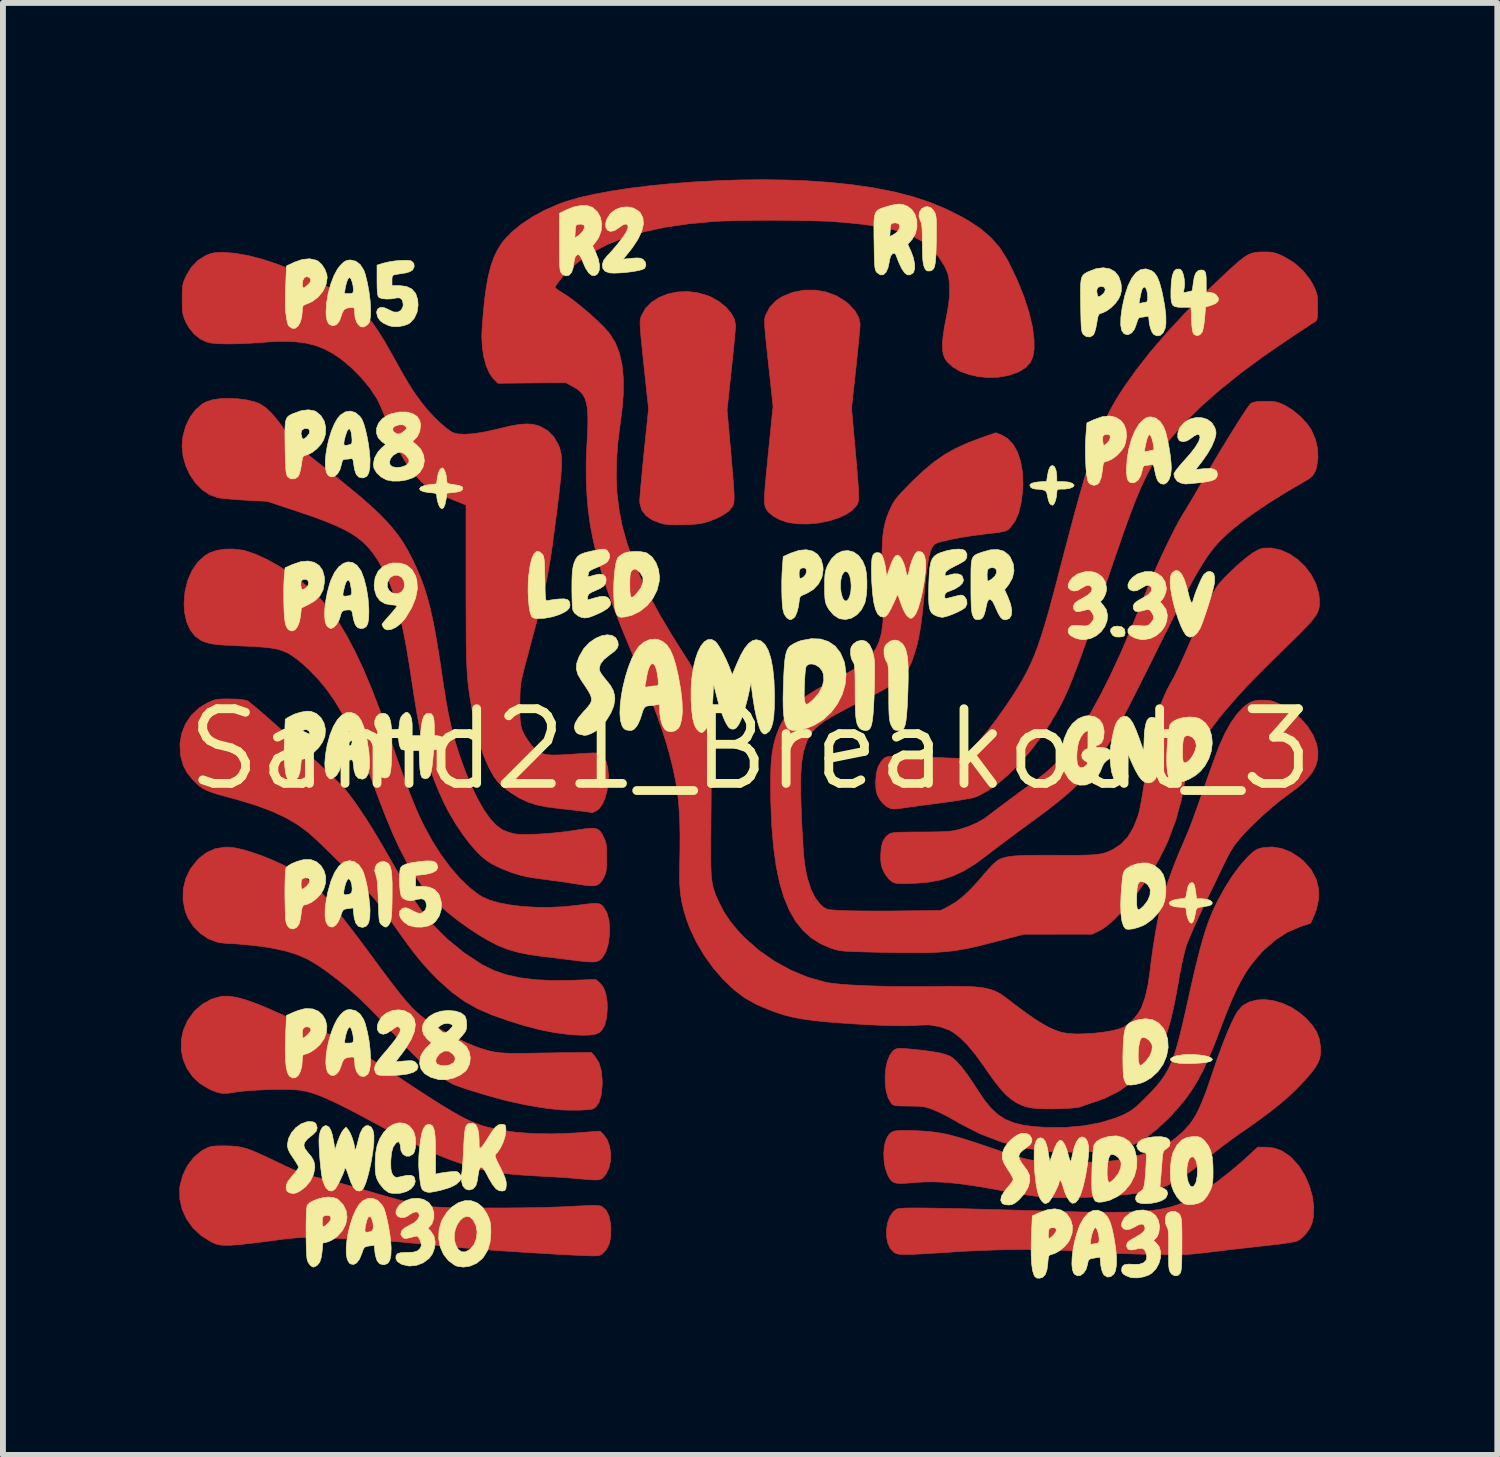
<source format=kicad_pcb>
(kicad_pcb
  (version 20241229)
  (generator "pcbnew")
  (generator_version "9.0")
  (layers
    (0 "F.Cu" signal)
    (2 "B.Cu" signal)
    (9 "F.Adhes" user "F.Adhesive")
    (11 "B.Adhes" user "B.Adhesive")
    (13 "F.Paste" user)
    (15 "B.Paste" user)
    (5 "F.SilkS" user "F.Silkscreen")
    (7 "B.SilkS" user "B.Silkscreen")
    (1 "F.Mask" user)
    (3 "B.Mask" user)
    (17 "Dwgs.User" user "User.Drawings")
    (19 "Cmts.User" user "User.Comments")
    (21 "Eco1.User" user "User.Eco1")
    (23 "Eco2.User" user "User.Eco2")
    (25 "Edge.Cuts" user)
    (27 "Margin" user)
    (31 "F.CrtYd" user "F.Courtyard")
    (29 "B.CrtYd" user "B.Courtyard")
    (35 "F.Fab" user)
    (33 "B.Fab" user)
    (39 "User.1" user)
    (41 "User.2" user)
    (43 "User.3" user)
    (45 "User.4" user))
  (footprint "Samd21_Breakout_3"
    (layer "F.Cu")
    (at 9.71 9.689)
    (property "Reference" "Samd21_Breakout_3" (at 0 0 0) (layer "F.SilkS") (effects (font (size 1.27 1.27) (thickness 0.15))))
    (attr through_hole)
    (fp_poly (pts (xy 1.287 -7.774) (xy 1.463 -7.708) (xy 1.62 -7.61) (xy 1.674 -7.564) (xy 1.777 -7.451) (xy 1.839 -7.342) (xy 1.862 -7.236) (xy 1.863 -7.224) (xy 1.86 -7.183) (xy 1.854 -7.107) (xy 1.844 -7) (xy 1.831 -6.868) (xy 1.816 -6.717) (xy 1.799 -6.553) (xy 1.79 -6.47) (xy 1.717 -5.797) (xy 1.779 -5.105) (xy 1.798 -4.888) (xy 1.813 -4.709) (xy 1.825 -4.564) (xy 1.833 -4.449) (xy 1.837 -4.36) (xy 1.838 -4.292) (xy 1.835 -4.241) (xy 1.83 -4.204) (xy 1.821 -4.176) (xy 1.809 -4.153) (xy 1.804 -4.145) (xy 1.727 -4.062) (xy 1.616 -3.989) (xy 1.478 -3.928) (xy 1.321 -3.88) (xy 1.151 -3.847) (xy 0.977 -3.831) (xy 0.806 -3.833) (xy 0.644 -3.856) (xy 0.624 -3.861) (xy 0.496 -3.904) (xy 0.385 -3.964) (xy 0.302 -4.035) (xy 0.281 -4.062) (xy 0.265 -4.087) (xy 0.253 -4.114) (xy 0.244 -4.146) (xy 0.238 -4.188) (xy 0.236 -4.243) (xy 0.238 -4.317) (xy 0.244 -4.411) (xy 0.254 -4.532) (xy 0.268 -4.682) (xy 0.286 -4.867) (xy 0.308 -5.089) (xy 0.383 -5.831) (xy 0.304 -6.564) (xy 0.283 -6.759) (xy 0.266 -6.917) (xy 0.254 -7.042) (xy 0.245 -7.139) (xy 0.24 -7.213) (xy 0.239 -7.268) (xy 0.24 -7.309) (xy 0.245 -7.34) (xy 0.252 -7.367) (xy 0.26 -7.389) (xy 0.331 -7.521) (xy 0.435 -7.629) (xy 0.543 -7.699) (xy 0.721 -7.77) (xy 0.909 -7.806) (xy 1.1 -7.807) (xy 1.287 -7.774)) (stroke (width 0.01) (type solid)) (fill yes) (layer "F.Cu"))
    (fp_poly (pts (xy -0.902 -7.763) (xy -0.732 -7.714) (xy -0.667 -7.687) (xy -0.533 -7.61) (xy -0.419 -7.518) (xy -0.331 -7.416) (xy -0.274 -7.311) (xy -0.254 -7.209) (xy -0.254 -7.208) (xy -0.256 -7.166) (xy -0.263 -7.087) (xy -0.272 -6.979) (xy -0.285 -6.845) (xy -0.3 -6.694) (xy -0.318 -6.529) (xy -0.327 -6.444) (xy -0.399 -5.768) (xy -0.337 -5.069) (xy -0.319 -4.856) (xy -0.304 -4.681) (xy -0.292 -4.539) (xy -0.285 -4.427) (xy -0.28 -4.34) (xy -0.279 -4.274) (xy -0.28 -4.225) (xy -0.285 -4.189) (xy -0.292 -4.161) (xy -0.302 -4.137) (xy -0.307 -4.127) (xy -0.363 -4.058) (xy -0.455 -3.989) (xy -0.579 -3.925) (xy -0.691 -3.882) (xy -0.772 -3.856) (xy -0.848 -3.839) (xy -0.932 -3.828) (xy -1.036 -3.821) (xy -1.132 -3.818) (xy -1.275 -3.816) (xy -1.385 -3.82) (xy -1.471 -3.83) (xy -1.524 -3.843) (xy -1.67 -3.898) (xy -1.778 -3.973) (xy -1.849 -4.066) (xy -1.881 -4.178) (xy -1.884 -4.223) (xy -1.882 -4.269) (xy -1.875 -4.351) (xy -1.866 -4.464) (xy -1.853 -4.602) (xy -1.839 -4.759) (xy -1.822 -4.929) (xy -1.809 -5.059) (xy -1.734 -5.789) (xy -1.813 -6.532) (xy -1.834 -6.729) (xy -1.85 -6.888) (xy -1.863 -7.015) (xy -1.871 -7.113) (xy -1.876 -7.187) (xy -1.878 -7.243) (xy -1.877 -7.285) (xy -1.872 -7.317) (xy -1.865 -7.344) (xy -1.856 -7.37) (xy -1.855 -7.372) (xy -1.786 -7.496) (xy -1.685 -7.599) (xy -1.557 -7.681) (xy -1.41 -7.74) (xy -1.247 -7.775) (xy -1.076 -7.783) (xy -0.902 -7.763)) (stroke (width 0.01) (type solid)) (fill yes) (layer "F.Cu"))
    (fp_poly (pts (xy 8.761 6.764) (xy 8.905 6.779) (xy 9.035 6.828) (xy 9.16 6.912) (xy 9.199 6.946) (xy 9.322 7.082) (xy 9.423 7.244) (xy 9.501 7.421) (xy 9.553 7.606) (xy 9.576 7.789) (xy 9.566 7.964) (xy 9.548 8.048) (xy 9.506 8.145) (xy 9.439 8.241) (xy 9.359 8.319) (xy 9.307 8.354) (xy 9.259 8.369) (xy 9.171 8.386) (xy 9.045 8.405) (xy 8.884 8.425) (xy 8.775 8.437) (xy 8.598 8.456) (xy 8.398 8.479) (xy 8.192 8.502) (xy 7.997 8.525) (xy 7.853 8.543) (xy 7.716 8.559) (xy 7.601 8.572) (xy 7.499 8.582) (xy 7.401 8.588) (xy 7.3 8.591) (xy 7.186 8.593) (xy 7.052 8.592) (xy 6.888 8.589) (xy 6.784 8.587) (xy 6.594 8.582) (xy 6.388 8.575) (xy 6.179 8.567) (xy 5.978 8.557) (xy 5.799 8.546) (xy 5.694 8.539) (xy 5.357 8.519) (xy 4.989 8.507) (xy 4.603 8.504) (xy 4.208 8.51) (xy 3.816 8.524) (xy 3.556 8.538) (xy 3.32 8.554) (xy 3.122 8.566) (xy 2.959 8.576) (xy 2.826 8.583) (xy 2.721 8.587) (xy 2.64 8.589) (xy 2.578 8.588) (xy 2.532 8.585) (xy 2.498 8.579) (xy 2.473 8.571) (xy 2.453 8.561) (xy 2.442 8.555) (xy 2.378 8.491) (xy 2.335 8.4) (xy 2.313 8.291) (xy 2.311 8.174) (xy 2.328 8.059) (xy 2.364 7.954) (xy 2.419 7.869) (xy 2.484 7.817) (xy 2.501 7.812) (xy 2.53 7.807) (xy 2.573 7.803) (xy 2.632 7.8) (xy 2.709 7.798) (xy 2.806 7.798) (xy 2.925 7.798) (xy 3.068 7.8) (xy 3.238 7.803) (xy 3.435 7.807) (xy 3.663 7.812) (xy 3.924 7.819) (xy 4.219 7.827) (xy 4.55 7.836) (xy 4.92 7.847) (xy 5.251 7.856) (xy 5.585 7.865) (xy 5.88 7.87) (xy 6.141 7.871) (xy 6.369 7.868) (xy 6.569 7.86) (xy 6.743 7.847) (xy 6.896 7.83) (xy 7.03 7.807) (xy 7.15 7.779) (xy 7.258 7.745) (xy 7.358 7.705) (xy 7.387 7.692) (xy 7.555 7.603) (xy 7.743 7.485) (xy 7.942 7.345) (xy 8.145 7.187) (xy 8.346 7.017) (xy 8.456 6.918) (xy 8.622 6.763) (xy 8.761 6.764)) (stroke (width 0.01) (type solid)) (fill yes) (layer "F.Cu"))
    (fp_poly (pts (xy -8.745 4.216) (xy -8.593 4.256) (xy -8.414 4.319) (xy -8.205 4.404) (xy -8.036 4.48) (xy -7.907 4.537) (xy -7.758 4.6) (xy -7.611 4.661) (xy -7.513 4.699) (xy -7.404 4.741) (xy -7.303 4.782) (xy -7.208 4.825) (xy -7.113 4.87) (xy -7.014 4.922) (xy -6.908 4.982) (xy -6.789 5.053) (xy -6.654 5.137) (xy -6.499 5.236) (xy -6.318 5.354) (xy -6.109 5.492) (xy -6.011 5.556) (xy -5.77 5.716) (xy -5.56 5.853) (xy -5.378 5.97) (xy -5.22 6.069) (xy -5.083 6.151) (xy -4.964 6.219) (xy -4.859 6.275) (xy -4.765 6.32) (xy -4.678 6.357) (xy -4.595 6.388) (xy -4.519 6.412) (xy -4.272 6.47) (xy -3.992 6.511) (xy -3.683 6.534) (xy -3.35 6.538) (xy -2.999 6.524) (xy -2.927 6.519) (xy -2.561 6.491) (xy -2.506 6.542) (xy -2.44 6.631) (xy -2.397 6.744) (xy -2.377 6.872) (xy -2.381 7.002) (xy -2.409 7.124) (xy -2.462 7.228) (xy -2.48 7.251) (xy -2.523 7.295) (xy -2.563 7.316) (xy -2.618 7.321) (xy -2.653 7.321) (xy -2.736 7.317) (xy -2.834 7.309) (xy -2.904 7.302) (xy -2.968 7.296) (xy -3.065 7.288) (xy -3.188 7.28) (xy -3.326 7.271) (xy -3.471 7.263) (xy -3.507 7.261) (xy -3.749 7.248) (xy -3.957 7.233) (xy -4.136 7.216) (xy -4.293 7.196) (xy -4.437 7.172) (xy -4.573 7.143) (xy -4.709 7.107) (xy -4.832 7.071) (xy -4.963 7.029) (xy -5.089 6.984) (xy -5.216 6.936) (xy -5.349 6.88) (xy -5.49 6.816) (xy -5.646 6.741) (xy -5.822 6.653) (xy -6.02 6.55) (xy -6.247 6.43) (xy -6.449 6.322) (xy -6.682 6.197) (xy -6.882 6.093) (xy -7.055 6.008) (xy -7.203 5.94) (xy -7.331 5.886) (xy -7.443 5.846) (xy -7.544 5.818) (xy -7.636 5.799) (xy -7.641 5.798) (xy -7.733 5.789) (xy -7.858 5.784) (xy -8.005 5.783) (xy -8.165 5.785) (xy -8.328 5.791) (xy -8.484 5.799) (xy -8.625 5.811) (xy -8.739 5.825) (xy -8.774 5.831) (xy -8.882 5.848) (xy -8.968 5.851) (xy -9.047 5.838) (xy -9.136 5.806) (xy -9.197 5.779) (xy -9.355 5.686) (xy -9.483 5.567) (xy -9.581 5.427) (xy -9.646 5.273) (xy -9.679 5.109) (xy -9.677 4.94) (xy -9.642 4.772) (xy -9.57 4.611) (xy -9.462 4.46) (xy -9.441 4.437) (xy -9.313 4.329) (xy -9.165 4.248) (xy -9.008 4.202) (xy -8.977 4.198) (xy -8.872 4.197) (xy -8.745 4.216)) (stroke (width 0.01) (type solid)) (fill yes) (layer "F.Cu"))
    (fp_poly (pts (xy -8.943 6.742) (xy -8.839 6.744) (xy -8.747 6.751) (xy -8.662 6.764) (xy -8.574 6.787) (xy -8.478 6.821) (xy -8.365 6.869) (xy -8.227 6.932) (xy -8.097 6.994) (xy -7.934 7.072) (xy -7.8 7.134) (xy -7.686 7.182) (xy -7.582 7.219) (xy -7.482 7.25) (xy -7.374 7.278) (xy -7.271 7.301) (xy -7.184 7.321) (xy -7.066 7.351) (xy -6.929 7.388) (xy -6.782 7.429) (xy -6.637 7.471) (xy -6.625 7.475) (xy -6.365 7.551) (xy -6.142 7.615) (xy -5.95 7.667) (xy -5.786 7.708) (xy -5.647 7.739) (xy -5.527 7.762) (xy -5.457 7.773) (xy -5.379 7.78) (xy -5.265 7.786) (xy -5.119 7.791) (xy -4.946 7.795) (xy -4.753 7.797) (xy -4.545 7.798) (xy -4.326 7.798) (xy -4.103 7.797) (xy -3.881 7.795) (xy -3.665 7.791) (xy -3.46 7.787) (xy -3.272 7.781) (xy -3.107 7.774) (xy -3.044 7.771) (xy -2.89 7.762) (xy -2.773 7.757) (xy -2.686 7.754) (xy -2.623 7.755) (xy -2.579 7.759) (xy -2.547 7.766) (xy -2.523 7.776) (xy -2.455 7.836) (xy -2.407 7.931) (xy -2.38 8.064) (xy -2.375 8.129) (xy -2.377 8.281) (xy -2.4 8.403) (xy -2.448 8.498) (xy -2.487 8.545) (xy -2.526 8.581) (xy -2.56 8.602) (xy -2.604 8.611) (xy -2.67 8.613) (xy -2.713 8.612) (xy -2.773 8.61) (xy -2.869 8.606) (xy -2.994 8.6) (xy -3.141 8.593) (xy -3.302 8.584) (xy -3.472 8.574) (xy -3.524 8.571) (xy -3.905 8.548) (xy -4.252 8.525) (xy -4.573 8.502) (xy -4.877 8.477) (xy -5.171 8.451) (xy -5.465 8.422) (xy -5.546 8.414) (xy -5.85 8.385) (xy -6.155 8.36) (xy -6.47 8.34) (xy -6.805 8.323) (xy -7.17 8.309) (xy -7.26 8.306) (xy -7.402 8.302) (xy -7.518 8.3) (xy -7.618 8.301) (xy -7.712 8.305) (xy -7.809 8.313) (xy -7.921 8.325) (xy -8.056 8.343) (xy -8.191 8.361) (xy -8.344 8.381) (xy -8.495 8.399) (xy -8.633 8.414) (xy -8.752 8.425) (xy -8.842 8.432) (xy -8.869 8.432) (xy -8.964 8.432) (xy -9.032 8.425) (xy -9.091 8.41) (xy -9.155 8.381) (xy -9.175 8.371) (xy -9.34 8.267) (xy -9.479 8.137) (xy -9.588 7.986) (xy -9.663 7.82) (xy -9.703 7.645) (xy -9.705 7.464) (xy -9.699 7.416) (xy -9.65 7.236) (xy -9.571 7.074) (xy -9.464 6.936) (xy -9.334 6.828) (xy -9.282 6.798) (xy -9.231 6.773) (xy -9.183 6.756) (xy -9.129 6.747) (xy -9.055 6.743) (xy -8.952 6.742) (xy -8.943 6.742)) (stroke (width 0.01) (type solid)) (fill yes) (layer "F.Cu"))
    (fp_poly (pts (xy -8.776 1.674) (xy -8.633 1.705) (xy -8.471 1.753) (xy -8.296 1.815) (xy -8.117 1.888) (xy -7.941 1.969) (xy -7.775 2.056) (xy -7.628 2.144) (xy -7.628 2.145) (xy -7.547 2.203) (xy -7.462 2.273) (xy -7.371 2.359) (xy -7.272 2.463) (xy -7.162 2.587) (xy -7.039 2.734) (xy -6.902 2.907) (xy -6.747 3.107) (xy -6.573 3.338) (xy -6.404 3.567) (xy -6.256 3.768) (xy -6.128 3.938) (xy -6.019 4.081) (xy -5.923 4.2) (xy -5.839 4.3) (xy -5.762 4.385) (xy -5.689 4.457) (xy -5.617 4.52) (xy -5.542 4.579) (xy -5.462 4.637) (xy -5.387 4.688) (xy -5.265 4.763) (xy -5.124 4.843) (xy -4.975 4.92) (xy -4.829 4.989) (xy -4.698 5.045) (xy -4.614 5.076) (xy -4.518 5.105) (xy -4.433 5.129) (xy -4.352 5.146) (xy -4.268 5.158) (xy -4.173 5.165) (xy -4.06 5.169) (xy -3.922 5.169) (xy -3.752 5.167) (xy -3.683 5.166) (xy -3.521 5.163) (xy -3.36 5.161) (xy -3.208 5.158) (xy -3.075 5.157) (xy -2.97 5.156) (xy -2.925 5.155) (xy -2.706 5.154) (xy -2.645 5.222) (xy -2.577 5.329) (xy -2.536 5.468) (xy -2.521 5.641) (xy -2.523 5.723) (xy -2.54 5.879) (xy -2.574 5.997) (xy -2.626 6.077) (xy -2.677 6.113) (xy -2.719 6.122) (xy -2.794 6.129) (xy -2.891 6.134) (xy -3.002 6.135) (xy -3.115 6.134) (xy -3.222 6.13) (xy -3.302 6.124) (xy -3.563 6.09) (xy -3.838 6.042) (xy -4.104 5.984) (xy -4.119 5.981) (xy -4.258 5.945) (xy -4.406 5.904) (xy -4.558 5.86) (xy -4.704 5.816) (xy -4.838 5.773) (xy -4.952 5.734) (xy -5.039 5.702) (xy -5.082 5.682) (xy -5.26 5.576) (xy -5.452 5.435) (xy -5.654 5.262) (xy -5.86 5.06) (xy -6.017 4.891) (xy -6.238 4.649) (xy -6.441 4.437) (xy -6.632 4.25) (xy -6.817 4.083) (xy -7.002 3.93) (xy -7.192 3.786) (xy -7.353 3.673) (xy -7.519 3.574) (xy -7.696 3.495) (xy -7.895 3.432) (xy -8.124 3.382) (xy -8.139 3.379) (xy -8.285 3.356) (xy -8.445 3.336) (xy -8.606 3.319) (xy -8.753 3.307) (xy -8.875 3.302) (xy -8.892 3.302) (xy -9.056 3.282) (xy -9.212 3.224) (xy -9.352 3.132) (xy -9.471 3.012) (xy -9.564 2.868) (xy -9.61 2.755) (xy -9.648 2.568) (xy -9.645 2.382) (xy -9.604 2.203) (xy -9.525 2.037) (xy -9.41 1.889) (xy -9.374 1.852) (xy -9.244 1.753) (xy -9.106 1.692) (xy -8.952 1.665) (xy -8.89 1.663) (xy -8.776 1.674)) (stroke (width 0.01) (type solid)) (fill yes) (layer "F.Cu"))
    (fp_poly (pts (xy -8.858 -0.856) (xy -8.721 -0.853) (xy -8.622 -0.842) (xy -8.556 -0.825) (xy -8.552 -0.824) (xy -8.522 -0.803) (xy -8.464 -0.756) (xy -8.382 -0.688) (xy -8.281 -0.601) (xy -8.164 -0.498) (xy -8.035 -0.384) (xy -7.898 -0.261) (xy -7.756 -0.133) (xy -7.613 -0.003) (xy -7.473 0.125) (xy -7.339 0.248) (xy -7.216 0.363) (xy -7.107 0.465) (xy -7.016 0.553) (xy -6.947 0.621) (xy -6.904 0.667) (xy -6.829 0.76) (xy -6.738 0.883) (xy -6.637 1.029) (xy -6.53 1.19) (xy -6.423 1.36) (xy -6.319 1.532) (xy -6.281 1.598) (xy -6.213 1.715) (xy -6.133 1.854) (xy -6.048 2.002) (xy -5.966 2.144) (xy -5.927 2.212) (xy -5.854 2.335) (xy -5.779 2.459) (xy -5.708 2.574) (xy -5.646 2.669) (xy -5.612 2.718) (xy -5.401 2.982) (xy -5.154 3.228) (xy -4.878 3.454) (xy -4.577 3.653) (xy -4.551 3.668) (xy -4.366 3.759) (xy -4.16 3.831) (xy -3.928 3.883) (xy -3.668 3.916) (xy -3.377 3.931) (xy -3.051 3.928) (xy -3.015 3.927) (xy -2.632 3.912) (xy -2.567 3.967) (xy -2.502 4.045) (xy -2.46 4.154) (xy -2.438 4.295) (xy -2.435 4.401) (xy -2.447 4.563) (xy -2.478 4.688) (xy -2.53 4.778) (xy -2.567 4.813) (xy -2.631 4.842) (xy -2.728 4.858) (xy -2.861 4.862) (xy -3.031 4.853) (xy -3.095 4.847) (xy -3.329 4.817) (xy -3.575 4.769) (xy -3.837 4.701) (xy -4.122 4.612) (xy -4.399 4.515) (xy -4.64 4.411) (xy -4.864 4.284) (xy -5.08 4.127) (xy -5.295 3.935) (xy -5.335 3.895) (xy -5.442 3.786) (xy -5.541 3.678) (xy -5.637 3.565) (xy -5.737 3.44) (xy -5.845 3.295) (xy -5.967 3.126) (xy -6.044 3.016) (xy -6.124 2.903) (xy -6.207 2.788) (xy -6.286 2.681) (xy -6.353 2.594) (xy -6.378 2.561) (xy -6.437 2.493) (xy -6.52 2.402) (xy -6.624 2.292) (xy -6.743 2.169) (xy -6.87 2.039) (xy -7.002 1.907) (xy -7.132 1.778) (xy -7.256 1.658) (xy -7.367 1.551) (xy -7.461 1.465) (xy -7.522 1.412) (xy -7.701 1.279) (xy -7.912 1.157) (xy -8.157 1.045) (xy -8.438 0.942) (xy -8.758 0.846) (xy -8.867 0.817) (xy -9.021 0.776) (xy -9.142 0.739) (xy -9.237 0.703) (xy -9.313 0.663) (xy -9.38 0.616) (xy -9.444 0.557) (xy -9.489 0.51) (xy -9.582 0.394) (xy -9.645 0.273) (xy -9.684 0.131) (xy -9.692 0.09) (xy -9.701 -0.094) (xy -9.671 -0.271) (xy -9.604 -0.436) (xy -9.504 -0.582) (xy -9.373 -0.705) (xy -9.229 -0.792) (xy -9.164 -0.821) (xy -9.11 -0.84) (xy -9.054 -0.851) (xy -8.982 -0.856) (xy -8.884 -0.857) (xy -8.858 -0.856)) (stroke (width 0.01) (type solid)) (fill yes) (layer "F.Cu"))
    (fp_poly (pts (xy -8.642 -3.387) (xy -8.594 -3.377) (xy -8.413 -3.316) (xy -8.217 -3.226) (xy -8.011 -3.11) (xy -7.805 -2.975) (xy -7.606 -2.826) (xy -7.422 -2.666) (xy -7.279 -2.522) (xy -7.139 -2.355) (xy -7.001 -2.158) (xy -6.864 -1.929) (xy -6.726 -1.667) (xy -6.586 -1.37) (xy -6.445 -1.036) (xy -6.301 -0.663) (xy -6.161 -0.275) (xy -6.067 -0.006) (xy -5.985 0.228) (xy -5.912 0.429) (xy -5.848 0.604) (xy -5.79 0.756) (xy -5.737 0.888) (xy -5.688 1.007) (xy -5.64 1.116) (xy -5.592 1.218) (xy -5.542 1.319) (xy -5.409 1.563) (xy -5.263 1.792) (xy -5.108 2.002) (xy -4.947 2.188) (xy -4.786 2.345) (xy -4.629 2.467) (xy -4.568 2.505) (xy -4.443 2.562) (xy -4.282 2.609) (xy -4.093 2.645) (xy -3.882 2.671) (xy -3.655 2.685) (xy -3.42 2.687) (xy -3.181 2.676) (xy -2.963 2.654) (xy -2.824 2.636) (xy -2.721 2.625) (xy -2.647 2.62) (xy -2.595 2.622) (xy -2.558 2.631) (xy -2.531 2.649) (xy -2.505 2.675) (xy -2.495 2.688) (xy -2.44 2.783) (xy -2.406 2.911) (xy -2.395 3.064) (xy -2.398 3.154) (xy -2.421 3.317) (xy -2.461 3.447) (xy -2.517 3.54) (xy -2.544 3.566) (xy -2.575 3.59) (xy -2.61 3.606) (xy -2.654 3.614) (xy -2.715 3.615) (xy -2.799 3.61) (xy -2.913 3.598) (xy -3.016 3.585) (xy -3.124 3.572) (xy -3.259 3.555) (xy -3.406 3.537) (xy -3.549 3.519) (xy -3.588 3.515) (xy -3.794 3.484) (xy -3.975 3.446) (xy -4.141 3.397) (xy -4.301 3.332) (xy -4.465 3.247) (xy -4.643 3.14) (xy -4.784 3.047) (xy -4.979 2.908) (xy -5.155 2.768) (xy -5.315 2.623) (xy -5.463 2.468) (xy -5.599 2.3) (xy -5.727 2.115) (xy -5.85 1.91) (xy -5.969 1.68) (xy -6.088 1.422) (xy -6.208 1.131) (xy -6.334 0.805) (xy -6.395 0.638) (xy -6.531 0.276) (xy -6.665 -0.047) (xy -6.797 -0.335) (xy -6.931 -0.592) (xy -7.067 -0.819) (xy -7.209 -1.021) (xy -7.357 -1.201) (xy -7.515 -1.363) (xy -7.624 -1.461) (xy -7.717 -1.536) (xy -7.8 -1.596) (xy -7.881 -1.643) (xy -7.966 -1.679) (xy -8.062 -1.706) (xy -8.175 -1.725) (xy -8.312 -1.739) (xy -8.48 -1.75) (xy -8.636 -1.756) (xy -8.808 -1.764) (xy -8.945 -1.771) (xy -9.051 -1.779) (xy -9.134 -1.789) (xy -9.201 -1.801) (xy -9.256 -1.817) (xy -9.307 -1.836) (xy -9.34 -1.851) (xy -9.443 -1.923) (xy -9.525 -2.028) (xy -9.586 -2.163) (xy -9.621 -2.323) (xy -9.631 -2.473) (xy -9.615 -2.68) (xy -9.569 -2.87) (xy -9.496 -3.038) (xy -9.398 -3.18) (xy -9.277 -3.291) (xy -9.198 -3.339) (xy -9.083 -3.38) (xy -8.943 -3.403) (xy -8.791 -3.405) (xy -8.642 -3.387)) (stroke (width 0.01) (type solid)) (fill yes) (layer "F.Cu"))
    (fp_poly (pts (xy 8.89 4.273) (xy 9.044 4.318) (xy 9.196 4.388) (xy 9.34 4.483) (xy 9.442 4.572) (xy 9.55 4.691) (xy 9.624 4.803) (xy 9.668 4.919) (xy 9.689 5.049) (xy 9.691 5.072) (xy 9.691 5.168) (xy 9.678 5.252) (xy 9.647 5.332) (xy 9.596 5.418) (xy 9.519 5.517) (xy 9.458 5.588) (xy 9.329 5.728) (xy 9.189 5.864) (xy 9.033 6.002) (xy 8.856 6.145) (xy 8.653 6.297) (xy 8.419 6.463) (xy 8.328 6.525) (xy 8.205 6.612) (xy 8.064 6.717) (xy 7.919 6.828) (xy 7.784 6.935) (xy 7.728 6.981) (xy 7.545 7.129) (xy 7.382 7.248) (xy 7.231 7.342) (xy 7.086 7.415) (xy 6.938 7.47) (xy 6.781 7.512) (xy 6.606 7.543) (xy 6.6 7.544) (xy 6.399 7.569) (xy 6.173 7.59) (xy 5.932 7.606) (xy 5.687 7.618) (xy 5.449 7.624) (xy 5.229 7.624) (xy 5.039 7.618) (xy 5.016 7.617) (xy 4.925 7.608) (xy 4.804 7.592) (xy 4.662 7.571) (xy 4.51 7.547) (xy 4.36 7.52) (xy 4.348 7.517) (xy 4.068 7.465) (xy 3.823 7.424) (xy 3.608 7.393) (xy 3.416 7.371) (xy 3.243 7.358) (xy 3.081 7.353) (xy 2.926 7.356) (xy 2.772 7.367) (xy 2.765 7.367) (xy 2.634 7.378) (xy 2.538 7.381) (xy 2.469 7.374) (xy 2.419 7.355) (xy 2.382 7.321) (xy 2.349 7.27) (xy 2.326 7.224) (xy 2.291 7.121) (xy 2.27 6.997) (xy 2.265 6.866) (xy 2.275 6.744) (xy 2.301 6.645) (xy 2.303 6.641) (xy 2.332 6.581) (xy 2.362 6.538) (xy 2.401 6.508) (xy 2.454 6.489) (xy 2.53 6.481) (xy 2.633 6.479) (xy 2.771 6.483) (xy 2.789 6.483) (xy 2.914 6.489) (xy 3.027 6.497) (xy 3.134 6.509) (xy 3.242 6.526) (xy 3.354 6.549) (xy 3.477 6.581) (xy 3.617 6.621) (xy 3.778 6.672) (xy 3.966 6.735) (xy 4.187 6.81) (xy 4.256 6.834) (xy 4.424 6.891) (xy 4.57 6.936) (xy 4.704 6.97) (xy 4.833 6.995) (xy 4.966 7.012) (xy 5.11 7.021) (xy 5.276 7.025) (xy 5.47 7.024) (xy 5.598 7.022) (xy 5.77 7.018) (xy 5.907 7.014) (xy 6.018 7.008) (xy 6.11 7.001) (xy 6.192 6.992) (xy 6.271 6.979) (xy 6.355 6.962) (xy 6.392 6.954) (xy 6.641 6.892) (xy 6.854 6.819) (xy 7.037 6.734) (xy 7.197 6.633) (xy 7.339 6.513) (xy 7.385 6.466) (xy 7.452 6.391) (xy 7.512 6.311) (xy 7.568 6.221) (xy 7.622 6.116) (xy 7.677 5.991) (xy 7.736 5.84) (xy 7.801 5.658) (xy 7.861 5.479) (xy 7.945 5.233) (xy 8.028 5.01) (xy 8.106 4.813) (xy 8.179 4.647) (xy 8.245 4.515) (xy 8.282 4.453) (xy 8.363 4.361) (xy 8.47 4.298) (xy 8.598 4.263) (xy 8.739 4.254) (xy 8.89 4.273)) (stroke (width 0.01) (type solid)) (fill yes) (layer "F.Cu"))
    (fp_poly (pts (xy 9.033 1.687) (xy 9.194 1.752) (xy 9.347 1.853) (xy 9.409 1.907) (xy 9.532 2.049) (xy 9.615 2.204) (xy 9.657 2.369) (xy 9.659 2.543) (xy 9.619 2.725) (xy 9.577 2.836) (xy 9.521 2.958) (xy 9.344 3.016) (xy 9.13 3.107) (xy 8.925 3.24) (xy 8.728 3.412) (xy 8.698 3.443) (xy 8.6 3.552) (xy 8.511 3.663) (xy 8.428 3.782) (xy 8.35 3.914) (xy 8.272 4.064) (xy 8.192 4.238) (xy 8.108 4.44) (xy 8.016 4.676) (xy 7.98 4.773) (xy 7.879 5.036) (xy 7.783 5.264) (xy 7.691 5.463) (xy 7.598 5.639) (xy 7.5 5.798) (xy 7.394 5.945) (xy 7.277 6.088) (xy 7.145 6.233) (xy 7.101 6.277) (xy 6.919 6.45) (xy 6.744 6.587) (xy 6.574 6.69) (xy 6.4 6.762) (xy 6.219 6.808) (xy 6.179 6.815) (xy 6.084 6.825) (xy 5.957 6.834) (xy 5.808 6.841) (xy 5.646 6.846) (xy 5.481 6.848) (xy 5.322 6.848) (xy 5.181 6.845) (xy 5.066 6.84) (xy 5.019 6.835) (xy 4.626 6.772) (xy 4.253 6.672) (xy 3.897 6.535) (xy 3.554 6.359) (xy 3.474 6.311) (xy 3.371 6.253) (xy 3.256 6.194) (xy 3.149 6.145) (xy 3.125 6.135) (xy 3.048 6.105) (xy 2.985 6.086) (xy 2.924 6.074) (xy 2.85 6.068) (xy 2.754 6.066) (xy 2.692 6.065) (xy 2.582 6.064) (xy 2.507 6.062) (xy 2.457 6.056) (xy 2.426 6.046) (xy 2.404 6.031) (xy 2.39 6.014) (xy 2.34 5.927) (xy 2.307 5.816) (xy 2.29 5.689) (xy 2.288 5.555) (xy 2.3 5.423) (xy 2.327 5.302) (xy 2.368 5.2) (xy 2.422 5.127) (xy 2.444 5.111) (xy 2.471 5.096) (xy 2.502 5.087) (xy 2.545 5.084) (xy 2.61 5.087) (xy 2.704 5.095) (xy 2.758 5.1) (xy 2.945 5.12) (xy 3.096 5.14) (xy 3.214 5.162) (xy 3.306 5.185) (xy 3.377 5.212) (xy 3.426 5.239) (xy 3.499 5.301) (xy 3.587 5.4) (xy 3.688 5.533) (xy 3.8 5.697) (xy 3.865 5.798) (xy 3.978 5.967) (xy 4.089 6.102) (xy 4.205 6.209) (xy 4.331 6.291) (xy 4.475 6.35) (xy 4.641 6.391) (xy 4.838 6.416) (xy 5.038 6.429) (xy 5.357 6.428) (xy 5.659 6.401) (xy 5.94 6.35) (xy 6.193 6.274) (xy 6.346 6.211) (xy 6.422 6.171) (xy 6.49 6.128) (xy 6.56 6.073) (xy 6.64 5.999) (xy 6.721 5.919) (xy 6.823 5.814) (xy 6.91 5.718) (xy 6.985 5.624) (xy 7.05 5.529) (xy 7.107 5.428) (xy 7.158 5.316) (xy 7.206 5.187) (xy 7.252 5.038) (xy 7.299 4.863) (xy 7.349 4.657) (xy 7.404 4.416) (xy 7.421 4.339) (xy 7.485 4.051) (xy 7.543 3.799) (xy 7.595 3.581) (xy 7.644 3.391) (xy 7.69 3.226) (xy 7.734 3.081) (xy 7.778 2.952) (xy 7.823 2.835) (xy 7.87 2.725) (xy 7.921 2.618) (xy 7.943 2.574) (xy 8.064 2.354) (xy 8.191 2.153) (xy 8.32 1.979) (xy 8.444 1.839) (xy 8.444 1.839) (xy 8.515 1.77) (xy 8.569 1.726) (xy 8.617 1.698) (xy 8.672 1.681) (xy 8.709 1.672) (xy 8.869 1.66) (xy 9.033 1.687)) (stroke (width 0.01) (type solid)) (fill yes) (layer "F.Cu"))
    (fp_poly (pts (xy 8.814 -8.454) (xy 8.885 -8.446) (xy 8.949 -8.428) (xy 9.026 -8.396) (xy 9.066 -8.377) (xy 9.24 -8.272) (xy 9.393 -8.137) (xy 9.517 -7.978) (xy 9.569 -7.885) (xy 9.602 -7.815) (xy 9.623 -7.759) (xy 9.635 -7.702) (xy 9.64 -7.632) (xy 9.641 -7.536) (xy 9.641 -7.517) (xy 9.641 -7.416) (xy 9.637 -7.35) (xy 9.63 -7.309) (xy 9.617 -7.285) (xy 9.601 -7.273) (xy 9.573 -7.255) (xy 9.514 -7.217) (xy 9.432 -7.163) (xy 9.331 -7.096) (xy 9.216 -7.021) (xy 9.146 -6.974) (xy 8.719 -6.681) (xy 8.33 -6.394) (xy 7.98 -6.112) (xy 7.668 -5.838) (xy 7.395 -5.57) (xy 7.162 -5.31) (xy 6.97 -5.058) (xy 6.84 -4.852) (xy 6.788 -4.759) (xy 6.738 -4.664) (xy 6.689 -4.563) (xy 6.639 -4.454) (xy 6.587 -4.333) (xy 6.532 -4.198) (xy 6.473 -4.044) (xy 6.408 -3.868) (xy 6.336 -3.668) (xy 6.257 -3.439) (xy 6.167 -3.18) (xy 6.068 -2.886) (xy 5.979 -2.625) (xy 5.87 -2.3) (xy 5.771 -2.012) (xy 5.682 -1.758) (xy 5.602 -1.536) (xy 5.529 -1.343) (xy 5.463 -1.174) (xy 5.403 -1.028) (xy 5.346 -0.901) (xy 5.293 -0.789) (xy 5.245 -0.699) (xy 5.094 -0.441) (xy 4.929 -0.196) (xy 4.755 0.032) (xy 4.575 0.24) (xy 4.392 0.424) (xy 4.211 0.58) (xy 4.034 0.704) (xy 3.866 0.794) (xy 3.81 0.815) (xy 3.761 0.828) (xy 3.678 0.844) (xy 3.568 0.863) (xy 3.438 0.883) (xy 3.296 0.903) (xy 3.228 0.912) (xy 3.08 0.931) (xy 2.939 0.95) (xy 2.813 0.967) (xy 2.708 0.981) (xy 2.634 0.992) (xy 2.614 0.995) (xy 2.51 1.01) (xy 2.436 1.014) (xy 2.381 1.006) (xy 2.333 0.985) (xy 2.305 0.968) (xy 2.25 0.919) (xy 2.197 0.852) (xy 2.18 0.825) (xy 2.153 0.769) (xy 2.137 0.715) (xy 2.13 0.646) (xy 2.128 0.55) (xy 2.138 0.406) (xy 2.169 0.293) (xy 2.223 0.203) (xy 2.265 0.159) (xy 2.279 0.146) (xy 2.295 0.136) (xy 2.316 0.129) (xy 2.347 0.123) (xy 2.392 0.12) (xy 2.455 0.119) (xy 2.542 0.12) (xy 2.656 0.123) (xy 2.802 0.128) (xy 2.984 0.134) (xy 3.069 0.137) (xy 3.545 0.154) (xy 3.674 0.058) (xy 3.777 -0.031) (xy 3.897 -0.155) (xy 4.029 -0.313) (xy 4.173 -0.5) (xy 4.327 -0.716) (xy 4.383 -0.798) (xy 4.478 -0.942) (xy 4.562 -1.077) (xy 4.638 -1.207) (xy 4.707 -1.336) (xy 4.77 -1.469) (xy 4.83 -1.61) (xy 4.888 -1.765) (xy 4.946 -1.937) (xy 5.006 -2.13) (xy 5.07 -2.351) (xy 5.138 -2.602) (xy 5.214 -2.888) (xy 5.241 -2.995) (xy 5.341 -3.377) (xy 5.432 -3.721) (xy 5.514 -4.03) (xy 5.591 -4.307) (xy 5.661 -4.553) (xy 5.727 -4.774) (xy 5.789 -4.97) (xy 5.848 -5.146) (xy 5.906 -5.304) (xy 5.963 -5.447) (xy 6.02 -5.578) (xy 6.079 -5.7) (xy 6.14 -5.816) (xy 6.205 -5.929) (xy 6.274 -6.041) (xy 6.344 -6.149) (xy 6.552 -6.443) (xy 6.795 -6.753) (xy 7.072 -7.076) (xy 7.379 -7.408) (xy 7.713 -7.747) (xy 8.074 -8.09) (xy 8.086 -8.101) (xy 8.207 -8.212) (xy 8.305 -8.298) (xy 8.384 -8.36) (xy 8.452 -8.404) (xy 8.514 -8.432) (xy 8.576 -8.447) (xy 8.645 -8.454) (xy 8.721 -8.456) (xy 8.814 -8.454)) (stroke (width 0.01) (type solid)) (fill yes) (layer "F.Cu"))
    (fp_poly (pts (xy -8.722 -5.96) (xy -8.57 -5.94) (xy -8.434 -5.908) (xy -8.359 -5.882) (xy -8.255 -5.818) (xy -8.143 -5.715) (xy -8.024 -5.572) (xy -7.937 -5.45) (xy -7.881 -5.37) (xy -7.825 -5.297) (xy -7.763 -5.227) (xy -7.69 -5.156) (xy -7.602 -5.077) (xy -7.493 -4.985) (xy -7.357 -4.877) (xy -7.274 -4.812) (xy -7.025 -4.615) (xy -6.807 -4.438) (xy -6.617 -4.28) (xy -6.454 -4.136) (xy -6.312 -4.004) (xy -6.191 -3.88) (xy -6.086 -3.76) (xy -5.994 -3.643) (xy -5.912 -3.525) (xy -5.838 -3.401) (xy -5.769 -3.271) (xy -5.739 -3.212) (xy -5.669 -3.06) (xy -5.606 -2.911) (xy -5.55 -2.759) (xy -5.499 -2.598) (xy -5.453 -2.425) (xy -5.409 -2.233) (xy -5.366 -2.017) (xy -5.324 -1.773) (xy -5.28 -1.495) (xy -5.251 -1.302) (xy -5.213 -1.046) (xy -5.177 -0.825) (xy -5.142 -0.632) (xy -5.106 -0.459) (xy -5.068 -0.299) (xy -5.025 -0.145) (xy -4.977 0.011) (xy -4.953 0.085) (xy -4.853 0.366) (xy -4.749 0.618) (xy -4.642 0.839) (xy -4.535 1.027) (xy -4.428 1.179) (xy -4.322 1.293) (xy -4.218 1.368) (xy -4.206 1.374) (xy -4.128 1.405) (xy -4.038 1.431) (xy -4.006 1.438) (xy -3.927 1.446) (xy -3.814 1.448) (xy -3.676 1.445) (xy -3.52 1.436) (xy -3.354 1.423) (xy -3.187 1.405) (xy -3.026 1.384) (xy -2.95 1.372) (xy -2.818 1.352) (xy -2.72 1.342) (xy -2.648 1.344) (xy -2.597 1.361) (xy -2.557 1.393) (xy -2.523 1.444) (xy -2.498 1.492) (xy -2.474 1.543) (xy -2.459 1.592) (xy -2.45 1.649) (xy -2.446 1.726) (xy -2.445 1.833) (xy -2.445 1.841) (xy -2.446 1.952) (xy -2.451 2.031) (xy -2.459 2.089) (xy -2.474 2.135) (xy -2.492 2.173) (xy -2.528 2.235) (xy -2.563 2.279) (xy -2.606 2.307) (xy -2.662 2.32) (xy -2.739 2.32) (xy -2.843 2.308) (xy -2.981 2.286) (xy -2.995 2.284) (xy -3.114 2.265) (xy -3.256 2.244) (xy -3.401 2.225) (xy -3.503 2.212) (xy -3.709 2.184) (xy -3.886 2.148) (xy -4.047 2.101) (xy -4.206 2.039) (xy -4.295 1.999) (xy -4.405 1.943) (xy -4.491 1.888) (xy -4.571 1.823) (xy -4.645 1.751) (xy -4.761 1.62) (xy -4.883 1.46) (xy -5.004 1.282) (xy -5.114 1.098) (xy -5.206 0.923) (xy -5.296 0.724) (xy -5.376 0.53) (xy -5.447 0.332) (xy -5.51 0.127) (xy -5.567 -0.094) (xy -5.62 -0.335) (xy -5.67 -0.603) (xy -5.72 -0.904) (xy -5.746 -1.079) (xy -5.798 -1.418) (xy -5.848 -1.719) (xy -5.898 -1.984) (xy -5.949 -2.22) (xy -6.002 -2.428) (xy -6.057 -2.613) (xy -6.117 -2.78) (xy -6.181 -2.931) (xy -6.252 -3.071) (xy -6.33 -3.203) (xy -6.343 -3.224) (xy -6.418 -3.334) (xy -6.497 -3.431) (xy -6.584 -3.519) (xy -6.682 -3.599) (xy -6.796 -3.674) (xy -6.931 -3.747) (xy -7.089 -3.82) (xy -7.276 -3.895) (xy -7.496 -3.975) (xy -7.752 -4.062) (xy -7.787 -4.073) (xy -8.218 -4.216) (xy -8.581 -4.235) (xy -8.71 -4.243) (xy -8.832 -4.252) (xy -8.938 -4.262) (xy -9.019 -4.271) (xy -9.052 -4.277) (xy -9.193 -4.326) (xy -9.321 -4.411) (xy -9.435 -4.526) (xy -9.529 -4.664) (xy -9.602 -4.819) (xy -9.648 -4.985) (xy -9.665 -5.157) (xy -9.652 -5.313) (xy -9.605 -5.487) (xy -9.532 -5.642) (xy -9.435 -5.772) (xy -9.321 -5.871) (xy -9.259 -5.906) (xy -9.157 -5.94) (xy -9.026 -5.96) (xy -8.878 -5.966) (xy -8.722 -5.96)) (stroke (width 0.01) (type solid)) (fill yes) (layer "F.Cu"))
    (fp_poly (pts (xy 8.849 -5.915) (xy 8.92 -5.908) (xy 8.98 -5.893) (xy 9.045 -5.866) (xy 9.089 -5.845) (xy 9.218 -5.765) (xy 9.345 -5.66) (xy 9.457 -5.541) (xy 9.529 -5.439) (xy 9.6 -5.282) (xy 9.64 -5.114) (xy 9.647 -4.946) (xy 9.621 -4.786) (xy 9.6 -4.726) (xy 9.578 -4.682) (xy 9.55 -4.646) (xy 9.507 -4.61) (xy 9.44 -4.567) (xy 9.369 -4.526) (xy 9.087 -4.36) (xy 8.822 -4.195) (xy 8.581 -4.033) (xy 8.367 -3.878) (xy 8.184 -3.733) (xy 8.069 -3.63) (xy 8.003 -3.566) (xy 7.939 -3.499) (xy 7.877 -3.426) (xy 7.815 -3.345) (xy 7.75 -3.254) (xy 7.682 -3.149) (xy 7.609 -3.028) (xy 7.528 -2.887) (xy 7.44 -2.725) (xy 7.341 -2.538) (xy 7.23 -2.324) (xy 7.107 -2.08) (xy 6.968 -1.803) (xy 6.814 -1.492) (xy 6.71 -1.283) (xy 6.607 -1.079) (xy 6.509 -0.884) (xy 6.417 -0.703) (xy 6.333 -0.54) (xy 6.26 -0.399) (xy 6.199 -0.285) (xy 6.154 -0.202) (xy 6.134 -0.167) (xy 6.017 0.021) (xy 5.905 0.188) (xy 5.792 0.339) (xy 5.675 0.479) (xy 5.546 0.613) (xy 5.402 0.747) (xy 5.237 0.885) (xy 5.046 1.035) (xy 4.824 1.2) (xy 4.805 1.213) (xy 4.659 1.32) (xy 4.51 1.43) (xy 4.366 1.537) (xy 4.233 1.637) (xy 4.12 1.722) (xy 4.034 1.789) (xy 4.032 1.791) (xy 3.825 1.944) (xy 3.631 2.064) (xy 3.441 2.153) (xy 3.247 2.217) (xy 3.04 2.257) (xy 2.812 2.277) (xy 2.762 2.279) (xy 2.643 2.283) (xy 2.557 2.283) (xy 2.498 2.28) (xy 2.456 2.273) (xy 2.423 2.26) (xy 2.398 2.246) (xy 2.349 2.202) (xy 2.298 2.136) (xy 2.271 2.091) (xy 2.24 2.024) (xy 2.222 1.962) (xy 2.214 1.888) (xy 2.213 1.81) (xy 2.222 1.669) (xy 2.252 1.561) (xy 2.304 1.482) (xy 2.346 1.446) (xy 2.368 1.434) (xy 2.397 1.424) (xy 2.438 1.417) (xy 2.498 1.412) (xy 2.581 1.409) (xy 2.693 1.407) (xy 2.84 1.406) (xy 2.9 1.406) (xy 3.065 1.405) (xy 3.194 1.403) (xy 3.295 1.399) (xy 3.375 1.394) (xy 3.44 1.386) (xy 3.498 1.375) (xy 3.556 1.36) (xy 3.559 1.359) (xy 3.708 1.311) (xy 3.85 1.249) (xy 3.972 1.18) (xy 4.047 1.125) (xy 4.083 1.097) (xy 4.148 1.047) (xy 4.236 0.981) (xy 4.342 0.902) (xy 4.46 0.814) (xy 4.572 0.731) (xy 4.724 0.62) (xy 4.846 0.529) (xy 4.944 0.454) (xy 5.022 0.392) (xy 5.085 0.338) (xy 5.139 0.288) (xy 5.187 0.238) (xy 5.234 0.184) (xy 5.287 0.121) (xy 5.291 0.116) (xy 5.453 -0.097) (xy 5.62 -0.349) (xy 5.791 -0.633) (xy 5.962 -0.948) (xy 6.132 -1.288) (xy 6.299 -1.649) (xy 6.46 -2.028) (xy 6.466 -2.043) (xy 6.528 -2.195) (xy 6.596 -2.363) (xy 6.665 -2.531) (xy 6.728 -2.686) (xy 6.768 -2.783) (xy 6.844 -2.966) (xy 6.928 -3.157) (xy 7.016 -3.348) (xy 7.105 -3.533) (xy 7.189 -3.703) (xy 7.267 -3.852) (xy 7.335 -3.971) (xy 7.36 -4.012) (xy 7.415 -4.101) (xy 7.482 -4.212) (xy 7.55 -4.329) (xy 7.599 -4.413) (xy 7.692 -4.576) (xy 7.791 -4.745) (xy 7.892 -4.916) (xy 7.994 -5.086) (xy 8.093 -5.249) (xy 8.188 -5.403) (xy 8.275 -5.542) (xy 8.352 -5.662) (xy 8.416 -5.76) (xy 8.466 -5.832) (xy 8.498 -5.873) (xy 8.505 -5.88) (xy 8.548 -5.899) (xy 8.609 -5.911) (xy 8.699 -5.916) (xy 8.752 -5.916) (xy 8.849 -5.915)) (stroke (width 0.01) (type solid)) (fill yes) (layer "F.Cu"))
    (fp_poly (pts (xy -8.762 -8.433) (xy -8.531 -8.392) (xy -8.281 -8.326) (xy -8.015 -8.237) (xy -7.74 -8.128) (xy -7.46 -8.001) (xy -7.182 -7.857) (xy -6.974 -7.738) (xy -6.844 -7.654) (xy -6.728 -7.569) (xy -6.623 -7.476) (xy -6.523 -7.37) (xy -6.426 -7.248) (xy -6.326 -7.103) (xy -6.219 -6.93) (xy -6.102 -6.725) (xy -6.064 -6.657) (xy -5.968 -6.484) (xy -5.888 -6.343) (xy -5.818 -6.225) (xy -5.755 -6.125) (xy -5.695 -6.034) (xy -5.633 -5.948) (xy -5.574 -5.871) (xy -5.488 -5.766) (xy -5.391 -5.661) (xy -5.291 -5.563) (xy -5.195 -5.478) (xy -5.112 -5.415) (xy -5.062 -5.385) (xy -4.977 -5.362) (xy -4.857 -5.356) (xy -4.708 -5.366) (xy -4.532 -5.393) (xy -4.334 -5.436) (xy -4.276 -5.451) (xy -4.091 -5.495) (xy -3.939 -5.522) (xy -3.813 -5.532) (xy -3.706 -5.526) (xy -3.613 -5.503) (xy -3.567 -5.485) (xy -3.445 -5.414) (xy -3.35 -5.32) (xy -3.276 -5.194) (xy -3.269 -5.18) (xy -3.248 -5.128) (xy -3.232 -5.075) (xy -3.22 -5.016) (xy -3.214 -4.948) (xy -3.212 -4.865) (xy -3.216 -4.765) (xy -3.225 -4.643) (xy -3.24 -4.495) (xy -3.26 -4.317) (xy -3.286 -4.106) (xy -3.318 -3.857) (xy -3.32 -3.842) (xy -3.345 -3.65) (xy -3.368 -3.481) (xy -3.389 -3.329) (xy -3.411 -3.191) (xy -3.433 -3.06) (xy -3.457 -2.931) (xy -3.484 -2.8) (xy -3.514 -2.662) (xy -3.55 -2.511) (xy -3.593 -2.342) (xy -3.642 -2.151) (xy -3.7 -1.931) (xy -3.767 -1.68) (xy -3.811 -1.513) (xy -3.848 -1.375) (xy -3.875 -1.267) (xy -3.895 -1.18) (xy -3.907 -1.104) (xy -3.915 -1.029) (xy -3.919 -0.946) (xy -3.921 -0.844) (xy -3.922 -0.773) (xy -3.922 -0.624) (xy -3.918 -0.508) (xy -3.908 -0.418) (xy -3.889 -0.343) (xy -3.861 -0.276) (xy -3.822 -0.208) (xy -3.79 -0.16) (xy -3.728 -0.074) (xy -3.671 -0.008) (xy -3.612 0.04) (xy -3.544 0.072) (xy -3.462 0.091) (xy -3.359 0.098) (xy -3.227 0.095) (xy -3.06 0.085) (xy -3.037 0.084) (xy -2.884 0.073) (xy -2.767 0.066) (xy -2.68 0.062) (xy -2.619 0.063) (xy -2.577 0.069) (xy -2.548 0.079) (xy -2.527 0.095) (xy -2.508 0.116) (xy -2.504 0.121) (xy -2.456 0.206) (xy -2.427 0.317) (xy -2.416 0.443) (xy -2.421 0.577) (xy -2.441 0.71) (xy -2.475 0.833) (xy -2.521 0.938) (xy -2.58 1.015) (xy -2.624 1.047) (xy -2.668 1.068) (xy -2.692 1.077) (xy -2.692 1.077) (xy -2.715 1.073) (xy -2.767 1.064) (xy -2.826 1.056) (xy -2.894 1.047) (xy -2.993 1.035) (xy -3.11 1.022) (xy -3.232 1.009) (xy -3.26 1.006) (xy -3.464 0.98) (xy -3.637 0.945) (xy -3.788 0.896) (xy -3.927 0.831) (xy -4.065 0.745) (xy -4.141 0.69) (xy -4.233 0.616) (xy -4.304 0.544) (xy -4.365 0.461) (xy -4.425 0.355) (xy -4.45 0.307) (xy -4.539 0.1) (xy -4.618 -0.145) (xy -4.688 -0.43) (xy -4.74 -0.703) (xy -4.759 -0.814) (xy -4.775 -0.915) (xy -4.789 -1.011) (xy -4.8 -1.104) (xy -4.81 -1.199) (xy -4.817 -1.301) (xy -4.823 -1.413) (xy -4.828 -1.539) (xy -4.832 -1.684) (xy -4.834 -1.851) (xy -4.835 -2.045) (xy -4.836 -2.27) (xy -4.837 -2.53) (xy -4.837 -2.769) (xy -4.837 -4.152) (xy -5.059 -4.242) (xy -5.195 -4.298) (xy -5.3 -4.345) (xy -5.383 -4.388) (xy -5.452 -4.431) (xy -5.517 -4.481) (xy -5.585 -4.541) (xy -5.598 -4.553) (xy -5.711 -4.67) (xy -5.814 -4.803) (xy -5.911 -4.957) (xy -6.005 -5.137) (xy -6.098 -5.349) (xy -6.189 -5.584) (xy -6.232 -5.695) (xy -6.277 -5.804) (xy -6.319 -5.897) (xy -6.352 -5.962) (xy -6.468 -6.138) (xy -6.614 -6.314) (xy -6.778 -6.481) (xy -6.951 -6.627) (xy -7.099 -6.728) (xy -7.249 -6.808) (xy -7.404 -6.868) (xy -7.569 -6.908) (xy -7.753 -6.93) (xy -7.961 -6.936) (xy -8.2 -6.926) (xy -8.269 -6.92) (xy -8.503 -6.904) (xy -8.714 -6.895) (xy -8.899 -6.892) (xy -9.052 -6.896) (xy -9.171 -6.907) (xy -9.235 -6.92) (xy -9.35 -6.973) (xy -9.458 -7.059) (xy -9.55 -7.172) (xy -9.601 -7.264) (xy -9.628 -7.325) (xy -9.645 -7.377) (xy -9.656 -7.433) (xy -9.661 -7.503) (xy -9.662 -7.599) (xy -9.663 -7.652) (xy -9.662 -7.762) (xy -9.659 -7.841) (xy -9.651 -7.901) (xy -9.637 -7.952) (xy -9.614 -8.007) (xy -9.597 -8.045) (xy -9.507 -8.196) (xy -9.395 -8.312) (xy -9.259 -8.396) (xy -9.255 -8.398) (xy -9.184 -8.426) (xy -9.115 -8.442) (xy -9.031 -8.448) (xy -8.966 -8.449) (xy -8.762 -8.433)) (stroke (width 0.01) (type solid)) (fill yes) (layer "F.Cu"))
    (fp_poly (pts (xy 4.264 -5.346) (xy 4.372 -5.283) (xy 4.464 -5.184) (xy 4.538 -5.053) (xy 4.591 -4.896) (xy 4.623 -4.715) (xy 4.632 -4.515) (xy 4.628 -4.425) (xy 4.603 -4.206) (xy 4.56 -4.024) (xy 4.497 -3.878) (xy 4.415 -3.769) (xy 4.407 -3.76) (xy 4.381 -3.738) (xy 4.353 -3.72) (xy 4.315 -3.707) (xy 4.261 -3.695) (xy 4.184 -3.683) (xy 4.076 -3.67) (xy 3.997 -3.661) (xy 3.854 -3.643) (xy 3.699 -3.621) (xy 3.55 -3.596) (xy 3.423 -3.572) (xy 3.392 -3.565) (xy 3.283 -3.54) (xy 3.207 -3.52) (xy 3.157 -3.502) (xy 3.126 -3.483) (xy 3.104 -3.459) (xy 3.092 -3.441) (xy 3.061 -3.374) (xy 3.033 -3.272) (xy 3.008 -3.134) (xy 2.984 -2.958) (xy 2.961 -2.742) (xy 2.953 -2.646) (xy 2.932 -2.42) (xy 2.911 -2.229) (xy 2.888 -2.066) (xy 2.863 -1.923) (xy 2.834 -1.792) (xy 2.805 -1.687) (xy 2.766 -1.561) (xy 2.726 -1.455) (xy 2.679 -1.363) (xy 2.623 -1.283) (xy 2.551 -1.208) (xy 2.461 -1.136) (xy 2.347 -1.063) (xy 2.205 -0.983) (xy 2.031 -0.893) (xy 1.919 -0.837) (xy 1.708 -0.731) (xy 1.532 -0.639) (xy 1.387 -0.559) (xy 1.269 -0.487) (xy 1.176 -0.42) (xy 1.102 -0.356) (xy 1.045 -0.292) (xy 1 -0.224) (xy 0.964 -0.15) (xy 0.932 -0.066) (xy 0.932 -0.066) (xy 0.904 0.031) (xy 0.882 0.137) (xy 0.866 0.257) (xy 0.857 0.396) (xy 0.852 0.559) (xy 0.854 0.752) (xy 0.86 0.978) (xy 0.865 1.116) (xy 0.875 1.343) (xy 0.885 1.532) (xy 0.895 1.69) (xy 0.906 1.822) (xy 0.918 1.933) (xy 0.933 2.03) (xy 0.95 2.117) (xy 0.97 2.2) (xy 0.975 2.218) (xy 1.031 2.389) (xy 1.098 2.524) (xy 1.179 2.628) (xy 1.202 2.65) (xy 1.24 2.683) (xy 1.273 2.705) (xy 1.312 2.719) (xy 1.365 2.729) (xy 1.443 2.735) (xy 1.527 2.74) (xy 1.607 2.744) (xy 1.723 2.746) (xy 1.866 2.748) (xy 2.03 2.749) (xy 2.208 2.75) (xy 2.392 2.749) (xy 2.498 2.748) (xy 3.228 2.741) (xy 3.366 2.672) (xy 3.485 2.601) (xy 3.608 2.506) (xy 3.738 2.384) (xy 3.881 2.229) (xy 3.956 2.14) (xy 4.042 2.041) (xy 4.119 1.96) (xy 4.182 1.903) (xy 4.221 1.876) (xy 4.271 1.854) (xy 4.327 1.837) (xy 4.394 1.824) (xy 4.476 1.814) (xy 4.578 1.807) (xy 4.705 1.803) (xy 4.862 1.801) (xy 5.054 1.801) (xy 5.186 1.801) (xy 5.391 1.802) (xy 5.558 1.802) (xy 5.694 1.799) (xy 5.803 1.795) (xy 5.891 1.787) (xy 5.963 1.776) (xy 6.024 1.761) (xy 6.079 1.741) (xy 6.134 1.716) (xy 6.162 1.703) (xy 6.3 1.611) (xy 6.417 1.485) (xy 6.513 1.324) (xy 6.589 1.127) (xy 6.604 1.076) (xy 6.62 1.008) (xy 6.639 0.907) (xy 6.661 0.781) (xy 6.684 0.641) (xy 6.706 0.494) (xy 6.712 0.455) (xy 6.733 0.307) (xy 6.754 0.162) (xy 6.774 0.028) (xy 6.792 -0.084) (xy 6.805 -0.165) (xy 6.808 -0.18) (xy 6.876 -0.473) (xy 6.966 -0.75) (xy 7.075 -1.002) (xy 7.159 -1.157) (xy 7.195 -1.222) (xy 7.243 -1.317) (xy 7.298 -1.434) (xy 7.358 -1.564) (xy 7.417 -1.698) (xy 7.424 -1.714) (xy 7.49 -1.866) (xy 7.564 -2.032) (xy 7.639 -2.197) (xy 7.71 -2.348) (xy 7.762 -2.455) (xy 7.822 -2.578) (xy 7.871 -2.671) (xy 7.914 -2.743) (xy 7.956 -2.804) (xy 8.004 -2.86) (xy 8.063 -2.923) (xy 8.105 -2.965) (xy 8.266 -3.12) (xy 8.41 -3.244) (xy 8.533 -3.336) (xy 8.636 -3.395) (xy 8.71 -3.419) (xy 8.863 -3.422) (xy 9.017 -3.387) (xy 9.166 -3.32) (xy 9.306 -3.224) (xy 9.43 -3.105) (xy 9.533 -2.968) (xy 9.611 -2.816) (xy 9.658 -2.655) (xy 9.669 -2.571) (xy 9.672 -2.504) (xy 9.671 -2.445) (xy 9.662 -2.391) (xy 9.644 -2.337) (xy 9.613 -2.279) (xy 9.566 -2.214) (xy 9.502 -2.139) (xy 9.418 -2.048) (xy 9.31 -1.939) (xy 9.177 -1.808) (xy 9.049 -1.684) (xy 8.824 -1.464) (xy 8.628 -1.267) (xy 8.454 -1.087) (xy 8.3 -0.92) (xy 8.159 -0.761) (xy 8.027 -0.605) (xy 7.951 -0.511) (xy 7.821 -0.34) (xy 7.703 -0.169) (xy 7.599 -0.002) (xy 7.513 0.154) (xy 7.448 0.294) (xy 7.407 0.411) (xy 7.397 0.463) (xy 7.327 0.848) (xy 7.228 1.209) (xy 7.097 1.556) (xy 7.038 1.685) (xy 6.943 1.872) (xy 6.832 2.062) (xy 6.709 2.251) (xy 6.579 2.433) (xy 6.446 2.604) (xy 6.313 2.758) (xy 6.185 2.891) (xy 6.065 2.996) (xy 5.958 3.07) (xy 5.934 3.082) (xy 5.81 3.143) (xy 4.646 3.144) (xy 4.191 3.263) (xy 4.01 3.31) (xy 3.85 3.349) (xy 3.706 3.381) (xy 3.572 3.407) (xy 3.441 3.427) (xy 3.308 3.441) (xy 3.167 3.451) (xy 3.011 3.457) (xy 2.835 3.459) (xy 2.633 3.458) (xy 2.399 3.455) (xy 2.212 3.451) (xy 2.024 3.447) (xy 1.872 3.443) (xy 1.752 3.439) (xy 1.658 3.435) (xy 1.585 3.43) (xy 1.527 3.423) (xy 1.479 3.414) (xy 1.435 3.403) (xy 1.39 3.389) (xy 1.374 3.383) (xy 1.194 3.308) (xy 1.033 3.207) (xy 0.891 3.078) (xy 0.766 2.922) (xy 0.659 2.735) (xy 0.568 2.517) (xy 0.494 2.267) (xy 0.435 1.982) (xy 0.391 1.661) (xy 0.361 1.303) (xy 0.345 0.906) (xy 0.344 0.871) (xy 0.341 0.643) (xy 0.342 0.452) (xy 0.347 0.29) (xy 0.357 0.152) (xy 0.372 0.031) (xy 0.394 -0.078) (xy 0.421 -0.182) (xy 0.437 -0.233) (xy 0.5 -0.394) (xy 0.579 -0.538) (xy 0.677 -0.669) (xy 0.799 -0.79) (xy 0.95 -0.907) (xy 1.132 -1.023) (xy 1.352 -1.142) (xy 1.397 -1.164) (xy 1.608 -1.274) (xy 1.783 -1.377) (xy 1.925 -1.48) (xy 2.038 -1.585) (xy 2.124 -1.7) (xy 2.186 -1.83) (xy 2.227 -1.978) (xy 2.25 -2.152) (xy 2.258 -2.354) (xy 2.255 -2.592) (xy 2.252 -2.667) (xy 2.242 -2.924) (xy 2.236 -3.144) (xy 2.235 -3.331) (xy 2.24 -3.49) (xy 2.249 -3.627) (xy 2.265 -3.746) (xy 2.288 -3.851) (xy 2.317 -3.949) (xy 2.354 -4.043) (xy 2.384 -4.108) (xy 2.415 -4.17) (xy 2.45 -4.227) (xy 2.495 -4.286) (xy 2.554 -4.354) (xy 2.633 -4.437) (xy 2.736 -4.542) (xy 2.748 -4.554) (xy 2.938 -4.734) (xy 3.118 -4.884) (xy 3.298 -5.009) (xy 3.489 -5.116) (xy 3.701 -5.213) (xy 3.945 -5.304) (xy 3.949 -5.305) (xy 4.171 -5.382) (xy 4.264 -5.346)) (stroke (width 0.01) (type solid)) (fill yes) (layer "F.Cu"))
    (fp_poly (pts (xy 0.585 -9.679) (xy 0.949 -9.666) (xy 1.296 -9.642) (xy 1.317 -9.641) (xy 1.727 -9.599) (xy 2.101 -9.544) (xy 2.443 -9.477) (xy 2.759 -9.395) (xy 3.054 -9.297) (xy 3.332 -9.182) (xy 3.597 -9.048) (xy 3.703 -8.988) (xy 3.914 -8.849) (xy 4.09 -8.697) (xy 4.237 -8.528) (xy 4.361 -8.332) (xy 4.386 -8.286) (xy 4.531 -7.985) (xy 4.647 -7.698) (xy 4.735 -7.428) (xy 4.793 -7.178) (xy 4.82 -6.962) (xy 4.821 -6.804) (xy 4.801 -6.677) (xy 4.756 -6.577) (xy 4.684 -6.496) (xy 4.582 -6.43) (xy 4.532 -6.406) (xy 4.379 -6.354) (xy 4.214 -6.326) (xy 4.042 -6.32) (xy 3.871 -6.337) (xy 3.709 -6.373) (xy 3.562 -6.428) (xy 3.437 -6.501) (xy 3.342 -6.589) (xy 3.308 -6.638) (xy 3.279 -6.705) (xy 3.264 -6.787) (xy 3.262 -6.89) (xy 3.273 -7.019) (xy 3.297 -7.18) (xy 3.325 -7.326) (xy 3.352 -7.471) (xy 3.37 -7.587) (xy 3.38 -7.686) (xy 3.384 -7.778) (xy 3.382 -7.855) (xy 3.377 -7.956) (xy 3.368 -8.031) (xy 3.351 -8.095) (xy 3.322 -8.165) (xy 3.296 -8.219) (xy 3.196 -8.376) (xy 3.063 -8.52) (xy 2.906 -8.642) (xy 2.784 -8.71) (xy 2.62 -8.777) (xy 2.425 -8.835) (xy 2.197 -8.883) (xy 1.933 -8.923) (xy 1.632 -8.954) (xy 1.365 -8.974) (xy 1.209 -8.981) (xy 1.021 -8.987) (xy 0.811 -8.991) (xy 0.586 -8.994) (xy 0.353 -8.995) (xy 0.123 -8.994) (xy -0.098 -8.991) (xy -0.302 -8.987) (xy -0.479 -8.981) (xy -0.623 -8.974) (xy -0.624 -8.974) (xy -1.052 -8.934) (xy -1.444 -8.877) (xy -1.8 -8.801) (xy -2.123 -8.706) (xy -2.414 -8.592) (xy -2.676 -8.457) (xy -2.909 -8.301) (xy -3.032 -8.201) (xy -3.095 -8.142) (xy -3.161 -8.072) (xy -3.224 -8) (xy -3.276 -7.933) (xy -3.312 -7.881) (xy -3.323 -7.853) (xy -3.306 -7.834) (xy -3.263 -7.802) (xy -3.223 -7.777) (xy -3.116 -7.709) (xy -2.993 -7.619) (xy -2.861 -7.513) (xy -2.729 -7.401) (xy -2.605 -7.287) (xy -2.496 -7.181) (xy -2.413 -7.088) (xy -2.392 -7.061) (xy -2.298 -6.91) (xy -2.229 -6.735) (xy -2.184 -6.533) (xy -2.162 -6.303) (xy -2.163 -6.043) (xy -2.187 -5.751) (xy -2.212 -5.567) (xy -2.253 -5.242) (xy -2.277 -4.933) (xy -2.283 -4.637) (xy -2.27 -4.351) (xy -2.235 -4.069) (xy -2.18 -3.789) (xy -2.101 -3.507) (xy -1.999 -3.219) (xy -1.872 -2.921) (xy -1.719 -2.609) (xy -1.539 -2.28) (xy -1.331 -1.93) (xy -1.094 -1.555) (xy -1.042 -1.475) (xy -0.919 -1.254) (xy -0.821 -1.002) (xy -0.766 -0.804) (xy -0.746 -0.716) (xy -0.728 -0.63) (xy -0.714 -0.541) (xy -0.701 -0.447) (xy -0.691 -0.345) (xy -0.683 -0.23) (xy -0.676 -0.099) (xy -0.672 0.051) (xy -0.669 0.224) (xy -0.668 0.423) (xy -0.669 0.652) (xy -0.67 0.915) (xy -0.673 1.214) (xy -0.675 1.408) (xy -0.677 1.627) (xy -0.677 1.808) (xy -0.675 1.959) (xy -0.671 2.082) (xy -0.664 2.184) (xy -0.652 2.271) (xy -0.636 2.346) (xy -0.615 2.416) (xy -0.589 2.486) (xy -0.556 2.561) (xy -0.542 2.592) (xy -0.451 2.767) (xy -0.344 2.928) (xy -0.213 3.086) (xy -0.097 3.208) (xy 0.14 3.417) (xy 0.402 3.6) (xy 0.682 3.754) (xy 0.973 3.875) (xy 1.267 3.958) (xy 1.318 3.968) (xy 1.414 3.982) (xy 1.547 3.995) (xy 1.711 4.007) (xy 1.899 4.016) (xy 2.107 4.024) (xy 2.328 4.03) (xy 2.556 4.034) (xy 2.786 4.035) (xy 3.012 4.034) (xy 3.134 4.032) (xy 3.368 4.028) (xy 3.565 4.029) (xy 3.73 4.033) (xy 3.867 4.043) (xy 3.981 4.059) (xy 4.078 4.082) (xy 4.162 4.113) (xy 4.238 4.152) (xy 4.311 4.201) (xy 4.345 4.227) (xy 4.536 4.373) (xy 4.699 4.493) (xy 4.841 4.591) (xy 4.964 4.668) (xy 5.074 4.728) (xy 5.175 4.773) (xy 5.272 4.807) (xy 5.304 4.816) (xy 5.407 4.833) (xy 5.537 4.84) (xy 5.686 4.837) (xy 5.843 4.827) (xy 5.999 4.809) (xy 6.141 4.785) (xy 6.262 4.755) (xy 6.344 4.723) (xy 6.432 4.663) (xy 6.521 4.576) (xy 6.599 4.476) (xy 6.649 4.386) (xy 6.711 4.21) (xy 6.759 3.997) (xy 6.794 3.751) (xy 6.794 3.747) (xy 6.816 3.566) (xy 6.844 3.369) (xy 6.876 3.168) (xy 6.911 2.971) (xy 6.947 2.789) (xy 6.982 2.632) (xy 7.007 2.536) (xy 7.088 2.277) (xy 7.187 2.001) (xy 7.298 1.726) (xy 7.313 1.693) (xy 7.365 1.573) (xy 7.409 1.469) (xy 7.448 1.375) (xy 7.485 1.282) (xy 7.522 1.183) (xy 7.563 1.071) (xy 7.611 0.937) (xy 7.668 0.774) (xy 7.694 0.699) (xy 7.75 0.541) (xy 7.805 0.386) (xy 7.857 0.242) (xy 7.903 0.116) (xy 7.941 0.015) (xy 7.965 -0.049) (xy 8.064 -0.269) (xy 8.168 -0.456) (xy 8.275 -0.607) (xy 8.383 -0.72) (xy 8.461 -0.777) (xy 8.524 -0.81) (xy 8.583 -0.828) (xy 8.656 -0.835) (xy 8.713 -0.835) (xy 8.792 -0.833) (xy 8.856 -0.823) (xy 8.92 -0.803) (xy 9 -0.767) (xy 9.044 -0.746) (xy 9.206 -0.648) (xy 9.35 -0.527) (xy 9.471 -0.389) (xy 9.565 -0.24) (xy 9.625 -0.087) (xy 9.646 0.031) (xy 9.643 0.16) (xy 9.609 0.283) (xy 9.544 0.403) (xy 9.444 0.522) (xy 9.308 0.646) (xy 9.133 0.776) (xy 9.13 0.778) (xy 9.005 0.871) (xy 8.862 0.988) (xy 8.712 1.12) (xy 8.564 1.259) (xy 8.428 1.396) (xy 8.335 1.497) (xy 8.232 1.624) (xy 8.146 1.76) (xy 8.082 1.884) (xy 8.043 1.965) (xy 7.989 2.076) (xy 7.925 2.21) (xy 7.854 2.357) (xy 7.78 2.509) (xy 7.725 2.625) (xy 7.654 2.773) (xy 7.586 2.921) (xy 7.524 3.059) (xy 7.472 3.18) (xy 7.432 3.277) (xy 7.411 3.334) (xy 7.386 3.419) (xy 7.358 3.535) (xy 7.328 3.669) (xy 7.3 3.812) (xy 7.281 3.916) (xy 7.233 4.186) (xy 7.186 4.419) (xy 7.138 4.62) (xy 7.088 4.793) (xy 7.033 4.943) (xy 6.972 5.076) (xy 6.903 5.197) (xy 6.824 5.309) (xy 6.733 5.418) (xy 6.691 5.465) (xy 6.484 5.658) (xy 6.257 5.816) (xy 6.013 5.937) (xy 5.863 5.991) (xy 5.775 6.019) (xy 5.693 6.047) (xy 5.633 6.07) (xy 5.63 6.072) (xy 5.577 6.086) (xy 5.49 6.097) (xy 5.379 6.105) (xy 5.254 6.11) (xy 5.122 6.113) (xy 4.994 6.111) (xy 4.878 6.107) (xy 4.784 6.098) (xy 4.73 6.089) (xy 4.622 6.056) (xy 4.525 6.011) (xy 4.433 5.951) (xy 4.341 5.872) (xy 4.246 5.768) (xy 4.143 5.637) (xy 4.026 5.474) (xy 3.981 5.407) (xy 3.83 5.198) (xy 3.688 5.026) (xy 3.555 4.894) (xy 3.431 4.802) (xy 3.385 4.777) (xy 3.218 4.715) (xy 3.041 4.686) (xy 2.889 4.689) (xy 2.774 4.697) (xy 2.62 4.701) (xy 2.43 4.699) (xy 2.209 4.692) (xy 1.958 4.68) (xy 1.725 4.666) (xy 1.469 4.648) (xy 1.249 4.63) (xy 1.06 4.61) (xy 0.894 4.587) (xy 0.746 4.56) (xy 0.611 4.528) (xy 0.48 4.489) (xy 0.35 4.442) (xy 0.213 4.386) (xy 0.095 4.334) (xy -0.094 4.229) (xy -0.282 4.087) (xy -0.464 3.914) (xy -0.635 3.716) (xy -0.791 3.498) (xy -0.927 3.267) (xy -1.038 3.027) (xy -1.087 2.894) (xy -1.136 2.733) (xy -1.171 2.585) (xy -1.193 2.438) (xy -1.205 2.278) (xy -1.207 2.093) (xy -1.205 2) (xy -1.2 1.715) (xy -1.199 1.465) (xy -1.203 1.245) (xy -1.212 1.047) (xy -1.227 0.866) (xy -1.248 0.694) (xy -1.276 0.525) (xy -1.312 0.354) (xy -1.335 0.254) (xy -1.383 0.065) (xy -1.439 -0.129) (xy -1.504 -0.334) (xy -1.581 -0.554) (xy -1.671 -0.794) (xy -1.776 -1.059) (xy -1.897 -1.354) (xy -1.968 -1.524) (xy -2.109 -1.861) (xy -2.232 -2.164) (xy -2.338 -2.44) (xy -2.429 -2.692) (xy -2.507 -2.926) (xy -2.573 -3.145) (xy -2.629 -3.356) (xy -2.676 -3.562) (xy -2.716 -3.768) (xy -2.732 -3.863) (xy -2.761 -4.083) (xy -2.782 -4.329) (xy -2.793 -4.588) (xy -2.795 -4.844) (xy -2.787 -5.083) (xy -2.786 -5.101) (xy -2.773 -5.327) (xy -2.766 -5.515) (xy -2.766 -5.669) (xy -2.774 -5.795) (xy -2.792 -5.896) (xy -2.82 -5.977) (xy -2.859 -6.042) (xy -2.911 -6.096) (xy -2.976 -6.143) (xy -3.035 -6.176) (xy -3.143 -6.234) (xy -4.295 -6.223) (xy -4.368 -6.296) (xy -4.436 -6.388) (xy -4.492 -6.514) (xy -4.534 -6.666) (xy -4.56 -6.837) (xy -4.569 -7.018) (xy -4.565 -7.13) (xy -4.544 -7.416) (xy -4.519 -7.663) (xy -4.489 -7.877) (xy -4.455 -8.06) (xy -4.414 -8.219) (xy -4.366 -8.357) (xy -4.309 -8.477) (xy -4.243 -8.585) (xy -4.193 -8.653) (xy -4.065 -8.789) (xy -3.903 -8.922) (xy -3.712 -9.049) (xy -3.502 -9.164) (xy -3.278 -9.263) (xy -3.143 -9.312) (xy -2.916 -9.378) (xy -2.651 -9.438) (xy -2.355 -9.493) (xy -2.031 -9.542) (xy -1.685 -9.584) (xy -1.321 -9.619) (xy -0.945 -9.647) (xy -0.562 -9.667) (xy -0.176 -9.68) (xy 0.208 -9.684) (xy 0.585 -9.679)) (stroke (width 0.01) (type solid)) (fill yes) (layer "F.Cu"))
    (fp_poly (pts (xy 6.311 -2.082) (xy 6.357 -2.044) (xy 6.368 -1.982) (xy 6.368 -1.978) (xy 6.359 -1.937) (xy 6.335 -1.918) (xy 6.283 -1.91) (xy 6.275 -1.909) (xy 6.205 -1.912) (xy 6.159 -1.937) (xy 6.153 -1.943) (xy 6.12 -2) (xy 6.126 -2.049) (xy 6.167 -2.084) (xy 6.234 -2.095) (xy 6.311 -2.082)) (stroke (width 0.01) (type solid)) (fill yes) (layer "F.SilkS"))
    (fp_poly (pts (xy 7.551 5.19) (xy 7.648 5.198) (xy 7.732 5.212) (xy 7.798 5.231) (xy 7.84 5.252) (xy 7.852 5.275) (xy 7.831 5.299) (xy 7.805 5.31) (xy 7.753 5.322) (xy 7.67 5.332) (xy 7.57 5.339) (xy 7.465 5.343) (xy 7.368 5.342) (xy 7.29 5.338) (xy 7.276 5.336) (xy 7.191 5.317) (xy 7.145 5.292) (xy 7.138 5.264) (xy 7.169 5.237) (xy 7.235 5.213) (xy 7.336 5.195) (xy 7.338 5.195) (xy 7.446 5.188) (xy 7.551 5.19)) (stroke (width 0.01) (type solid)) (fill yes) (layer "F.SilkS"))
    (fp_poly (pts (xy -6.206 -0.606) (xy -6.167 -0.581) (xy -6.137 -0.533) (xy -6.117 -0.46) (xy -6.104 -0.358) (xy -6.098 -0.222) (xy -6.099 -0.049) (xy -6.1 0.001) (xy -6.103 0.158) (xy -6.109 0.277) (xy -6.118 0.364) (xy -6.131 0.423) (xy -6.149 0.46) (xy -6.175 0.48) (xy -6.208 0.486) (xy -6.221 0.487) (xy -6.268 0.478) (xy -6.299 0.442) (xy -6.309 0.419) (xy -6.322 0.372) (xy -6.329 0.297) (xy -6.333 0.19) (xy -6.333 0.046) (xy -6.332 0.027) (xy -6.331 -0.104) (xy -6.332 -0.199) (xy -6.337 -0.265) (xy -6.344 -0.309) (xy -6.356 -0.338) (xy -6.36 -0.344) (xy -6.389 -0.414) (xy -6.389 -0.487) (xy -6.363 -0.552) (xy -6.316 -0.598) (xy -6.256 -0.614) (xy -6.206 -0.606)) (stroke (width 0.01) (type solid)) (fill yes) (layer "F.SilkS"))
    (fp_poly (pts (xy -6.181 1.926) (xy -6.15 1.952) (xy -6.126 1.995) (xy -6.109 2.06) (xy -6.099 2.152) (xy -6.093 2.276) (xy -6.093 2.435) (xy -6.093 2.476) (xy -6.095 2.628) (xy -6.099 2.744) (xy -6.104 2.829) (xy -6.112 2.891) (xy -6.123 2.934) (xy -6.137 2.966) (xy -6.155 2.99) (xy -6.187 3.02) (xy -6.217 3.021) (xy -6.259 2.994) (xy -6.268 2.986) (xy -6.286 2.97) (xy -6.299 2.951) (xy -6.309 2.921) (xy -6.316 2.876) (xy -6.321 2.808) (xy -6.325 2.71) (xy -6.329 2.577) (xy -6.329 2.568) (xy -6.335 2.407) (xy -6.343 2.281) (xy -6.353 2.194) (xy -6.365 2.147) (xy -6.366 2.145) (xy -6.39 2.07) (xy -6.381 2.002) (xy -6.347 1.947) (xy -6.293 1.914) (xy -6.227 1.909) (xy -6.181 1.926)) (stroke (width 0.01) (type solid)) (fill yes) (layer "F.SilkS"))
    (fp_poly (pts (xy 7.219 7.856) (xy 7.279 7.889) (xy 7.297 7.91) (xy 7.309 7.934) (xy 7.319 7.965) (xy 7.326 8.01) (xy 7.33 8.074) (xy 7.333 8.164) (xy 7.334 8.285) (xy 7.334 8.413) (xy 7.333 8.58) (xy 7.331 8.708) (xy 7.326 8.802) (xy 7.319 8.865) (xy 7.309 8.902) (xy 7.307 8.906) (xy 7.265 8.946) (xy 7.211 8.951) (xy 7.159 8.922) (xy 7.14 8.897) (xy 7.126 8.87) (xy 7.116 8.835) (xy 7.11 8.785) (xy 7.107 8.711) (xy 7.107 8.608) (xy 7.108 8.505) (xy 7.109 8.371) (xy 7.108 8.274) (xy 7.104 8.205) (xy 7.097 8.16) (xy 7.085 8.13) (xy 7.081 8.122) (xy 7.055 8.059) (xy 7.05 7.985) (xy 7.066 7.919) (xy 7.087 7.888) (xy 7.15 7.856) (xy 7.219 7.856)) (stroke (width 0.01) (type solid)) (fill yes) (layer "F.SilkS"))
    (fp_poly (pts (xy 3.067 -9.207) (xy 3.111 -9.16) (xy 3.121 -9.144) (xy 3.136 -9.116) (xy 3.147 -9.085) (xy 3.154 -9.045) (xy 3.159 -8.989) (xy 3.161 -8.912) (xy 3.16 -8.805) (xy 3.159 -8.663) (xy 3.159 -8.659) (xy 3.155 -8.496) (xy 3.15 -8.371) (xy 3.142 -8.279) (xy 3.13 -8.214) (xy 3.113 -8.171) (xy 3.089 -8.147) (xy 3.059 -8.134) (xy 3.042 -8.132) (xy 3 -8.134) (xy 2.973 -8.158) (xy 2.952 -8.2) (xy 2.939 -8.247) (xy 2.929 -8.316) (xy 2.924 -8.413) (xy 2.921 -8.544) (xy 2.921 -8.602) (xy 2.92 -8.734) (xy 2.917 -8.831) (xy 2.912 -8.901) (xy 2.903 -8.949) (xy 2.89 -8.983) (xy 2.886 -8.99) (xy 2.862 -9.064) (xy 2.871 -9.134) (xy 2.908 -9.189) (xy 2.965 -9.221) (xy 3.013 -9.225) (xy 3.067 -9.207)) (stroke (width 0.01) (type solid)) (fill yes) (layer "F.SilkS"))
    (fp_poly (pts (xy -5.215 -4.765) (xy -5.192 -4.716) (xy -5.174 -4.65) (xy -5.165 -4.58) (xy -5.165 -4.569) (xy -5.162 -4.538) (xy -5.146 -4.52) (xy -5.107 -4.509) (xy -5.037 -4.5) (xy -5.037 -4.499) (xy -4.95 -4.484) (xy -4.903 -4.463) (xy -4.896 -4.453) (xy -4.895 -4.417) (xy -4.925 -4.391) (xy -4.991 -4.374) (xy -5.043 -4.367) (xy -5.161 -4.355) (xy -5.175 -4.257) (xy -5.195 -4.161) (xy -5.22 -4.105) (xy -5.248 -4.088) (xy -5.279 -4.112) (xy -5.303 -4.159) (xy -5.324 -4.226) (xy -5.334 -4.29) (xy -5.334 -4.294) (xy -5.336 -4.328) (xy -5.349 -4.347) (xy -5.383 -4.357) (xy -5.448 -4.363) (xy -5.461 -4.364) (xy -5.557 -4.379) (xy -5.613 -4.403) (xy -5.628 -4.432) (xy -5.604 -4.461) (xy -5.54 -4.486) (xy -5.462 -4.5) (xy -5.339 -4.513) (xy -5.326 -4.607) (xy -5.306 -4.703) (xy -5.276 -4.763) (xy -5.24 -4.784) (xy -5.239 -4.784) (xy -5.215 -4.765)) (stroke (width 0.01) (type solid)) (fill yes) (layer "F.SilkS"))
    (fp_poly (pts (xy 1.962 -1.837) (xy 2.021 -1.781) (xy 2.067 -1.69) (xy 2.098 -1.564) (xy 2.106 -1.497) (xy 2.109 -1.428) (xy 2.11 -1.326) (xy 2.109 -1.201) (xy 2.106 -1.061) (xy 2.101 -0.917) (xy 2.101 -0.9) (xy 2.092 -0.725) (xy 2.083 -0.589) (xy 2.071 -0.486) (xy 2.056 -0.412) (xy 2.037 -0.363) (xy 2.012 -0.334) (xy 1.979 -0.32) (xy 1.95 -0.318) (xy 1.893 -0.331) (xy 1.855 -0.357) (xy 1.831 -0.39) (xy 1.812 -0.432) (xy 1.798 -0.489) (xy 1.788 -0.567) (xy 1.782 -0.67) (xy 1.779 -0.804) (xy 1.778 -0.975) (xy 1.778 -0.993) (xy 1.778 -1.147) (xy 1.776 -1.264) (xy 1.773 -1.35) (xy 1.768 -1.409) (xy 1.761 -1.449) (xy 1.752 -1.473) (xy 1.744 -1.484) (xy 1.715 -1.541) (xy 1.7 -1.62) (xy 1.702 -1.7) (xy 1.712 -1.741) (xy 1.748 -1.791) (xy 1.804 -1.832) (xy 1.807 -1.834) (xy 1.89 -1.855) (xy 1.962 -1.837)) (stroke (width 0.01) (type solid)) (fill yes) (layer "F.SilkS"))
    (fp_poly (pts (xy 2.522 -1.842) (xy 2.587 -1.791) (xy 2.624 -1.73) (xy 2.647 -1.667) (xy 2.664 -1.589) (xy 2.675 -1.492) (xy 2.68 -1.37) (xy 2.681 -1.22) (xy 2.677 -1.036) (xy 2.672 -0.9) (xy 2.664 -0.725) (xy 2.654 -0.589) (xy 2.643 -0.486) (xy 2.628 -0.412) (xy 2.608 -0.362) (xy 2.583 -0.333) (xy 2.551 -0.32) (xy 2.524 -0.318) (xy 2.471 -0.324) (xy 2.44 -0.334) (xy 2.416 -0.363) (xy 2.388 -0.415) (xy 2.382 -0.429) (xy 2.371 -0.464) (xy 2.362 -0.513) (xy 2.356 -0.58) (xy 2.352 -0.673) (xy 2.35 -0.795) (xy 2.35 -0.954) (xy 2.349 -0.977) (xy 2.349 -1.133) (xy 2.348 -1.252) (xy 2.345 -1.339) (xy 2.341 -1.401) (xy 2.334 -1.443) (xy 2.325 -1.469) (xy 2.315 -1.485) (xy 2.292 -1.529) (xy 2.274 -1.595) (xy 2.27 -1.624) (xy 2.269 -1.698) (xy 2.284 -1.749) (xy 2.305 -1.782) (xy 2.372 -1.838) (xy 2.448 -1.858) (xy 2.522 -1.842)) (stroke (width 0.01) (type solid)) (fill yes) (layer "F.SilkS"))
    (fp_poly (pts (xy 5.166 -4.806) (xy 5.191 -4.754) (xy 5.205 -4.677) (xy 5.207 -4.634) (xy 5.207 -4.551) (xy 5.319 -4.551) (xy 5.402 -4.544) (xy 5.462 -4.526) (xy 5.473 -4.519) (xy 5.501 -4.494) (xy 5.496 -4.475) (xy 5.473 -4.456) (xy 5.422 -4.435) (xy 5.345 -4.424) (xy 5.319 -4.424) (xy 5.254 -4.423) (xy 5.221 -4.415) (xy 5.209 -4.395) (xy 5.207 -4.366) (xy 5.2 -4.295) (xy 5.184 -4.227) (xy 5.161 -4.174) (xy 5.136 -4.149) (xy 5.133 -4.149) (xy 5.099 -4.165) (xy 5.081 -4.188) (xy 5.064 -4.235) (xy 5.049 -4.299) (xy 5.047 -4.313) (xy 5.033 -4.37) (xy 5.009 -4.398) (xy 4.969 -4.411) (xy 4.901 -4.421) (xy 4.847 -4.424) (xy 4.794 -4.435) (xy 4.762 -4.456) (xy 4.747 -4.493) (xy 4.772 -4.52) (xy 4.837 -4.539) (xy 4.908 -4.547) (xy 5.034 -4.556) (xy 5.048 -4.654) (xy 5.069 -4.749) (xy 5.095 -4.806) (xy 5.13 -4.826) (xy 5.134 -4.826) (xy 5.166 -4.806)) (stroke (width 0.01) (type solid)) (fill yes) (layer "F.SilkS"))
    (fp_poly (pts (xy -7.419 -3.179) (xy -7.335 -3.126) (xy -7.276 -3.042) (xy -7.246 -2.932) (xy -7.244 -2.842) (xy -7.266 -2.714) (xy -7.32 -2.61) (xy -7.408 -2.525) (xy -7.507 -2.466) (xy -7.636 -2.402) (xy -7.649 -2.28) (xy -7.669 -2.169) (xy -7.703 -2.084) (xy -7.746 -2.03) (xy -7.796 -2.011) (xy -7.844 -2.027) (xy -7.874 -2.055) (xy -7.897 -2.098) (xy -7.913 -2.162) (xy -7.924 -2.253) (xy -7.931 -2.377) (xy -7.934 -2.462) (xy -7.936 -2.589) (xy -7.936 -2.716) (xy -7.934 -2.808) (xy -7.647 -2.808) (xy -7.645 -2.785) (xy -7.636 -2.73) (xy -7.618 -2.713) (xy -7.582 -2.728) (xy -7.561 -2.742) (xy -7.523 -2.785) (xy -7.513 -2.832) (xy -7.526 -2.871) (xy -7.56 -2.892) (xy -7.608 -2.885) (xy -7.614 -2.882) (xy -7.642 -2.855) (xy -7.647 -2.808) (xy -7.934 -2.808) (xy -7.933 -2.829) (xy -7.929 -2.916) (xy -7.928 -2.931) (xy -7.913 -3.086) (xy -7.788 -3.142) (xy -7.649 -3.189) (xy -7.524 -3.201) (xy -7.419 -3.179)) (stroke (width 0.01) (type solid)) (fill yes) (layer "F.SilkS"))
    (fp_poly (pts (xy -3.594 -3.361) (xy -3.544 -3.322) (xy -3.529 -3.302) (xy -3.518 -3.275) (xy -3.51 -3.235) (xy -3.505 -3.175) (xy -3.501 -3.089) (xy -3.498 -2.97) (xy -3.496 -2.896) (xy -3.494 -2.76) (xy -3.491 -2.662) (xy -3.488 -2.595) (xy -3.483 -2.553) (xy -3.475 -2.531) (xy -3.465 -2.525) (xy -3.45 -2.527) (xy -3.444 -2.528) (xy -3.398 -2.538) (xy -3.327 -2.548) (xy -3.265 -2.555) (xy -3.171 -2.558) (xy -3.111 -2.544) (xy -3.079 -2.511) (xy -3.069 -2.455) (xy -3.069 -2.453) (xy -3.079 -2.405) (xy -3.116 -2.364) (xy -3.149 -2.34) (xy -3.246 -2.292) (xy -3.368 -2.253) (xy -3.498 -2.229) (xy -3.591 -2.223) (xy -3.661 -2.226) (xy -3.702 -2.238) (xy -3.725 -2.264) (xy -3.726 -2.266) (xy -3.748 -2.331) (xy -3.765 -2.428) (xy -3.776 -2.549) (xy -3.782 -2.684) (xy -3.78 -2.823) (xy -3.771 -2.957) (xy -3.77 -2.962) (xy -3.748 -3.121) (xy -3.719 -3.24) (xy -3.683 -3.321) (xy -3.642 -3.361) (xy -3.594 -3.361)) (stroke (width 0.01) (type solid)) (fill yes) (layer "F.SilkS"))
    (fp_poly (pts (xy 7.527 2.274) (xy 7.545 2.305) (xy 7.559 2.366) (xy 7.569 2.434) (xy 7.583 2.54) (xy 7.664 2.54) (xy 7.751 2.548) (xy 7.814 2.568) (xy 7.847 2.599) (xy 7.849 2.619) (xy 7.833 2.643) (xy 7.792 2.66) (xy 7.716 2.673) (xy 7.71 2.674) (xy 7.639 2.685) (xy 7.598 2.697) (xy 7.579 2.717) (xy 7.57 2.753) (xy 7.567 2.769) (xy 7.546 2.872) (xy 7.522 2.936) (xy 7.495 2.958) (xy 7.466 2.94) (xy 7.44 2.892) (xy 7.418 2.823) (xy 7.408 2.757) (xy 7.408 2.752) (xy 7.405 2.712) (xy 7.388 2.693) (xy 7.345 2.687) (xy 7.318 2.686) (xy 7.212 2.677) (xy 7.144 2.655) (xy 7.116 2.62) (xy 7.116 2.62) (xy 7.13 2.592) (xy 7.177 2.567) (xy 7.245 2.549) (xy 7.326 2.54) (xy 7.337 2.54) (xy 7.376 2.537) (xy 7.397 2.522) (xy 7.408 2.484) (xy 7.415 2.432) (xy 7.435 2.336) (xy 7.466 2.281) (xy 7.504 2.265) (xy 7.527 2.274)) (stroke (width 0.01) (type solid)) (fill yes) (layer "F.SilkS"))
    (fp_poly (pts (xy -7.436 6.334) (xy -7.399 6.354) (xy -7.388 6.37) (xy -7.367 6.436) (xy -7.384 6.494) (xy -7.44 6.55) (xy -7.445 6.554) (xy -7.531 6.623) (xy -7.58 6.681) (xy -7.594 6.734) (xy -7.575 6.79) (xy -7.528 6.853) (xy -7.464 6.93) (xy -7.427 6.995) (xy -7.411 7.06) (xy -7.408 7.112) (xy -7.428 7.224) (xy -7.481 7.336) (xy -7.562 7.435) (xy -7.654 7.506) (xy -7.721 7.541) (xy -7.771 7.553) (xy -7.822 7.544) (xy -7.848 7.535) (xy -7.883 7.508) (xy -7.895 7.459) (xy -7.895 7.444) (xy -7.888 7.396) (xy -7.862 7.343) (xy -7.811 7.277) (xy -7.789 7.252) (xy -7.738 7.19) (xy -7.701 7.139) (xy -7.684 7.107) (xy -7.684 7.104) (xy -7.695 7.075) (xy -7.726 7.023) (xy -7.769 6.957) (xy -7.779 6.943) (xy -7.832 6.862) (xy -7.861 6.801) (xy -7.873 6.746) (xy -7.874 6.722) (xy -7.855 6.618) (xy -7.804 6.519) (xy -7.731 6.433) (xy -7.641 6.368) (xy -7.545 6.333) (xy -7.503 6.329) (xy -7.436 6.334)) (stroke (width 0.01) (type solid)) (fill yes) (layer "F.SilkS"))
    (fp_poly (pts (xy -7.476 -0.646) (xy -7.381 -0.608) (xy -7.305 -0.539) (xy -7.252 -0.447) (xy -7.227 -0.341) (xy -7.235 -0.229) (xy -7.237 -0.217) (xy -7.279 -0.119) (xy -7.343 -0.027) (xy -7.421 0.05) (xy -7.506 0.104) (xy -7.588 0.127) (xy -7.595 0.127) (xy -7.617 0.132) (xy -7.631 0.155) (xy -7.64 0.203) (xy -7.646 0.274) (xy -7.662 0.393) (xy -7.691 0.473) (xy -7.735 0.517) (xy -7.787 0.529) (xy -7.841 0.519) (xy -7.874 0.498) (xy -7.894 0.45) (xy -7.91 0.367) (xy -7.922 0.252) (xy -7.928 0.112) (xy -7.928 -0.047) (xy -7.924 -0.187) (xy -7.922 -0.232) (xy -7.641 -0.232) (xy -7.635 -0.173) (xy -7.616 -0.152) (xy -7.58 -0.169) (xy -7.545 -0.2) (xy -7.506 -0.244) (xy -7.495 -0.276) (xy -7.51 -0.311) (xy -7.512 -0.315) (xy -7.549 -0.335) (xy -7.586 -0.331) (xy -7.622 -0.316) (xy -7.638 -0.286) (xy -7.641 -0.232) (xy -7.922 -0.232) (xy -7.91 -0.512) (xy -7.844 -0.553) (xy -7.754 -0.598) (xy -7.651 -0.63) (xy -7.552 -0.648) (xy -7.476 -0.646)) (stroke (width 0.01) (type solid)) (fill yes) (layer "F.SilkS"))
    (fp_poly (pts (xy -7.442 4.414) (xy -7.347 4.453) (xy -7.275 4.519) (xy -7.226 4.604) (xy -7.203 4.704) (xy -7.21 4.81) (xy -7.248 4.918) (xy -7.318 5.019) (xy -7.386 5.083) (xy -7.462 5.137) (xy -7.535 5.174) (xy -7.587 5.186) (xy -7.609 5.198) (xy -7.619 5.24) (xy -7.62 5.276) (xy -7.629 5.388) (xy -7.654 5.48) (xy -7.691 5.547) (xy -7.738 5.584) (xy -7.789 5.587) (xy -7.841 5.555) (xy -7.871 5.502) (xy -7.893 5.413) (xy -7.906 5.286) (xy -7.911 5.121) (xy -7.907 4.916) (xy -7.904 4.844) (xy -7.903 4.825) (xy -7.62 4.825) (xy -7.617 4.879) (xy -7.609 4.908) (xy -7.605 4.911) (xy -7.582 4.897) (xy -7.542 4.864) (xy -7.531 4.854) (xy -7.493 4.811) (xy -7.473 4.777) (xy -7.472 4.772) (xy -7.489 4.733) (xy -7.532 4.716) (xy -7.572 4.722) (xy -7.604 4.743) (xy -7.618 4.782) (xy -7.62 4.825) (xy -7.903 4.825) (xy -7.889 4.524) (xy -7.771 4.471) (xy -7.688 4.439) (xy -7.601 4.415) (xy -7.555 4.407) (xy -7.442 4.414)) (stroke (width 0.01) (type solid)) (fill yes) (layer "F.SilkS"))
    (fp_poly (pts (xy -7.39 -8.317) (xy -7.349 -8.297) (xy -7.289 -8.241) (xy -7.237 -8.161) (xy -7.204 -8.074) (xy -7.197 -8.022) (xy -7.216 -7.903) (xy -7.27 -7.788) (xy -7.352 -7.688) (xy -7.455 -7.611) (xy -7.517 -7.583) (xy -7.577 -7.56) (xy -7.608 -7.538) (xy -7.619 -7.504) (xy -7.62 -7.462) (xy -7.63 -7.352) (xy -7.655 -7.262) (xy -7.693 -7.196) (xy -7.739 -7.159) (xy -7.79 -7.156) (xy -7.84 -7.187) (xy -7.856 -7.207) (xy -7.869 -7.235) (xy -7.88 -7.279) (xy -7.891 -7.348) (xy -7.906 -7.45) (xy -7.909 -7.504) (xy -7.91 -7.591) (xy -7.909 -7.699) (xy -7.906 -7.82) (xy -7.903 -7.881) (xy -7.902 -7.914) (xy -7.62 -7.914) (xy -7.617 -7.863) (xy -7.603 -7.844) (xy -7.573 -7.857) (xy -7.52 -7.902) (xy -7.519 -7.902) (xy -7.479 -7.951) (xy -7.478 -7.993) (xy -7.502 -8.021) (xy -7.546 -8.038) (xy -7.586 -8.019) (xy -7.612 -7.971) (xy -7.62 -7.914) (xy -7.902 -7.914) (xy -7.889 -8.218) (xy -7.76 -8.279) (xy -7.624 -8.327) (xy -7.499 -8.34) (xy -7.39 -8.317)) (stroke (width 0.01) (type solid)) (fill yes) (layer "F.SilkS"))
    (fp_poly (pts (xy 1.054 -3.37) (xy 1.138 -3.316) (xy 1.198 -3.231) (xy 1.23 -3.118) (xy 1.234 -3.054) (xy 1.214 -2.927) (xy 1.157 -2.813) (xy 1.068 -2.718) (xy 0.952 -2.649) (xy 0.92 -2.636) (xy 0.864 -2.612) (xy 0.838 -2.581) (xy 0.831 -2.547) (xy 0.815 -2.43) (xy 0.79 -2.332) (xy 0.76 -2.262) (xy 0.735 -2.233) (xy 0.692 -2.207) (xy 0.66 -2.207) (xy 0.62 -2.234) (xy 0.613 -2.24) (xy 0.572 -2.298) (xy 0.549 -2.383) (xy 0.54 -2.465) (xy 0.534 -2.578) (xy 0.531 -2.711) (xy 0.531 -2.85) (xy 0.535 -2.983) (xy 0.826 -2.983) (xy 0.829 -2.924) (xy 0.845 -2.903) (xy 0.88 -2.916) (xy 0.905 -2.933) (xy 0.939 -2.973) (xy 0.952 -3.023) (xy 0.944 -3.067) (xy 0.931 -3.08) (xy 0.895 -3.085) (xy 0.868 -3.08) (xy 0.839 -3.06) (xy 0.827 -3.017) (xy 0.826 -2.983) (xy 0.535 -2.983) (xy 0.535 -2.986) (xy 0.542 -3.107) (xy 0.543 -3.117) (xy 0.556 -3.278) (xy 0.684 -3.335) (xy 0.823 -3.382) (xy 0.947 -3.393) (xy 1.054 -3.37)) (stroke (width 0.01) (type solid)) (fill yes) (layer "F.SilkS"))
    (fp_poly (pts (xy 4.685 6.529) (xy 4.746 6.559) (xy 4.779 6.613) (xy 4.784 6.645) (xy 4.776 6.686) (xy 4.748 6.725) (xy 4.692 6.772) (xy 4.68 6.781) (xy 4.615 6.83) (xy 4.575 6.874) (xy 4.561 6.917) (xy 4.573 6.969) (xy 4.612 7.036) (xy 4.678 7.126) (xy 4.704 7.159) (xy 4.743 7.242) (xy 4.748 7.34) (xy 4.719 7.445) (xy 4.658 7.552) (xy 4.567 7.655) (xy 4.564 7.658) (xy 4.501 7.711) (xy 4.45 7.738) (xy 4.397 7.747) (xy 4.386 7.747) (xy 4.327 7.741) (xy 4.284 7.725) (xy 4.28 7.722) (xy 4.253 7.668) (xy 4.265 7.598) (xy 4.317 7.514) (xy 4.36 7.461) (xy 4.412 7.4) (xy 4.45 7.348) (xy 4.466 7.314) (xy 4.466 7.312) (xy 4.455 7.28) (xy 4.425 7.224) (xy 4.382 7.156) (xy 4.371 7.14) (xy 4.31 7.04) (xy 4.28 6.956) (xy 4.28 6.878) (xy 4.307 6.795) (xy 4.317 6.775) (xy 4.37 6.697) (xy 4.443 6.623) (xy 4.523 6.564) (xy 4.598 6.53) (xy 4.607 6.528) (xy 4.685 6.529)) (stroke (width 0.01) (type solid)) (fill yes) (layer "F.SilkS"))
    (fp_poly (pts (xy 5.281 7.834) (xy 5.37 7.892) (xy 5.375 7.897) (xy 5.441 7.991) (xy 5.472 8.102) (xy 5.468 8.22) (xy 5.427 8.336) (xy 5.405 8.375) (xy 5.339 8.454) (xy 5.256 8.524) (xy 5.17 8.572) (xy 5.126 8.585) (xy 5.092 8.595) (xy 5.072 8.613) (xy 5.062 8.651) (xy 5.055 8.719) (xy 5.055 8.728) (xy 5.04 8.847) (xy 5.012 8.928) (xy 4.969 8.975) (xy 4.917 8.992) (xy 4.865 8.989) (xy 4.832 8.962) (xy 4.82 8.939) (xy 4.795 8.863) (xy 4.779 8.747) (xy 4.771 8.595) (xy 4.771 8.407) (xy 4.775 8.283) (xy 5.063 8.283) (xy 5.07 8.315) (xy 5.075 8.319) (xy 5.1 8.304) (xy 5.14 8.27) (xy 5.153 8.256) (xy 5.193 8.201) (xy 5.199 8.158) (xy 5.172 8.134) (xy 5.128 8.132) (xy 5.09 8.141) (xy 5.072 8.165) (xy 5.064 8.217) (xy 5.063 8.229) (xy 5.063 8.283) (xy 4.775 8.283) (xy 4.776 8.25) (xy 4.79 7.932) (xy 4.903 7.881) (xy 5.048 7.828) (xy 5.174 7.812) (xy 5.281 7.834)) (stroke (width 0.01) (type solid)) (fill yes) (layer "F.SilkS"))
    (fp_poly (pts (xy 7.28 -3.03) (xy 7.329 -2.979) (xy 7.374 -2.887) (xy 7.417 -2.754) (xy 7.43 -2.705) (xy 7.457 -2.597) (xy 7.478 -2.528) (xy 7.495 -2.494) (xy 7.509 -2.494) (xy 7.521 -2.523) (xy 7.524 -2.533) (xy 7.546 -2.608) (xy 7.579 -2.699) (xy 7.618 -2.793) (xy 7.656 -2.88) (xy 7.69 -2.946) (xy 7.707 -2.972) (xy 7.759 -3.015) (xy 7.814 -3.025) (xy 7.861 -3.002) (xy 7.876 -2.981) (xy 7.89 -2.925) (xy 7.889 -2.845) (xy 7.887 -2.828) (xy 7.876 -2.772) (xy 7.854 -2.686) (xy 7.823 -2.579) (xy 7.787 -2.461) (xy 7.748 -2.341) (xy 7.71 -2.229) (xy 7.676 -2.135) (xy 7.649 -2.067) (xy 7.641 -2.052) (xy 7.586 -1.969) (xy 7.526 -1.92) (xy 7.467 -1.907) (xy 7.412 -1.933) (xy 7.402 -1.943) (xy 7.359 -2.008) (xy 7.313 -2.105) (xy 7.267 -2.226) (xy 7.224 -2.361) (xy 7.186 -2.501) (xy 7.157 -2.637) (xy 7.138 -2.76) (xy 7.133 -2.843) (xy 7.137 -2.923) (xy 7.153 -2.975) (xy 7.177 -3.007) (xy 7.23 -3.04) (xy 7.28 -3.03)) (stroke (width 0.01) (type solid)) (fill yes) (layer "F.SilkS"))
    (fp_poly (pts (xy -4.751 7.674) (xy -4.644 7.713) (xy -4.556 7.785) (xy -4.483 7.894) (xy -4.478 7.904) (xy -4.446 7.974) (xy -4.427 8.035) (xy -4.418 8.104) (xy -4.415 8.197) (xy -4.415 8.211) (xy -4.428 8.377) (xy -4.468 8.514) (xy -4.538 8.63) (xy -4.568 8.665) (xy -4.66 8.739) (xy -4.768 8.786) (xy -4.88 8.803) (xy -4.986 8.789) (xy -5.027 8.772) (xy -5.136 8.693) (xy -5.22 8.586) (xy -5.276 8.459) (xy -5.302 8.319) (xy -5.299 8.25) (xy -5.036 8.25) (xy -5.034 8.343) (xy -5.015 8.418) (xy -4.97 8.501) (xy -4.914 8.543) (xy -4.849 8.545) (xy -4.775 8.505) (xy -4.764 8.497) (xy -4.697 8.415) (xy -4.659 8.312) (xy -4.649 8.199) (xy -4.67 8.089) (xy -4.722 7.993) (xy -4.775 7.949) (xy -4.832 7.941) (xy -4.889 7.964) (xy -4.941 8.012) (xy -4.986 8.079) (xy -5.019 8.16) (xy -5.036 8.25) (xy -5.299 8.25) (xy -5.296 8.173) (xy -5.257 8.03) (xy -5.242 7.998) (xy -5.166 7.875) (xy -5.072 7.777) (xy -4.966 7.708) (xy -4.855 7.673) (xy -4.751 7.674)) (stroke (width 0.01) (type solid)) (fill yes) (layer "F.SilkS"))
    (fp_poly (pts (xy -2.353 -1.935) (xy -2.291 -1.895) (xy -2.256 -1.83) (xy -2.249 -1.772) (xy -2.265 -1.722) (xy -2.308 -1.672) (xy -2.385 -1.614) (xy -2.395 -1.606) (xy -2.493 -1.527) (xy -2.553 -1.448) (xy -2.572 -1.373) (xy -2.563 -1.329) (xy -2.539 -1.287) (xy -2.497 -1.229) (xy -2.461 -1.185) (xy -2.382 -1.086) (xy -2.333 -0.998) (xy -2.311 -0.911) (xy -2.307 -0.853) (xy -2.325 -0.74) (xy -2.374 -0.619) (xy -2.447 -0.499) (xy -2.537 -0.392) (xy -2.636 -0.308) (xy -2.699 -0.273) (xy -2.77 -0.244) (xy -2.824 -0.236) (xy -2.879 -0.249) (xy -2.913 -0.263) (xy -2.975 -0.307) (xy -2.998 -0.367) (xy -2.982 -0.444) (xy -2.927 -0.537) (xy -2.845 -0.633) (xy -2.777 -0.707) (xy -2.731 -0.766) (xy -2.706 -0.817) (xy -2.704 -0.87) (xy -2.724 -0.93) (xy -2.767 -1.007) (xy -2.833 -1.107) (xy -2.873 -1.165) (xy -2.935 -1.271) (xy -2.962 -1.366) (xy -2.955 -1.462) (xy -2.917 -1.57) (xy -2.913 -1.577) (xy -2.836 -1.711) (xy -2.739 -1.815) (xy -2.638 -1.885) (xy -2.533 -1.931) (xy -2.436 -1.947) (xy -2.353 -1.935)) (stroke (width 0.01) (type solid)) (fill yes) (layer "F.SilkS"))
    (fp_poly (pts (xy 6.214 -5.643) (xy 6.302 -5.582) (xy 6.35 -5.519) (xy 6.383 -5.431) (xy 6.392 -5.324) (xy 6.377 -5.216) (xy 6.351 -5.145) (xy 6.299 -5.069) (xy 6.228 -4.995) (xy 6.149 -4.936) (xy 6.076 -4.902) (xy 6.064 -4.899) (xy 6.027 -4.89) (xy 6.005 -4.873) (xy 5.994 -4.838) (xy 5.986 -4.775) (xy 5.983 -4.75) (xy 5.963 -4.626) (xy 5.931 -4.541) (xy 5.897 -4.504) (xy 5.839 -4.487) (xy 5.78 -4.506) (xy 5.743 -4.543) (xy 5.727 -4.589) (xy 5.714 -4.669) (xy 5.703 -4.776) (xy 5.697 -4.902) (xy 5.693 -5.038) (xy 5.694 -5.177) (xy 5.698 -5.265) (xy 5.985 -5.265) (xy 5.987 -5.249) (xy 5.994 -5.196) (xy 6.004 -5.167) (xy 6.007 -5.165) (xy 6.029 -5.178) (xy 6.067 -5.209) (xy 6.068 -5.211) (xy 6.104 -5.259) (xy 6.117 -5.307) (xy 6.107 -5.343) (xy 6.077 -5.355) (xy 6.018 -5.348) (xy 5.99 -5.321) (xy 5.985 -5.265) (xy 5.698 -5.265) (xy 5.7 -5.31) (xy 5.704 -5.366) (xy 5.719 -5.55) (xy 5.839 -5.605) (xy 5.981 -5.655) (xy 6.106 -5.667) (xy 6.214 -5.643)) (stroke (width 0.01) (type solid)) (fill yes) (layer "F.SilkS"))
    (fp_poly (pts (xy -5.797 -0.596) (xy -5.787 -0.581) (xy -5.764 -0.524) (xy -5.753 -0.437) (xy -5.752 -0.38) (xy -5.753 -0.233) (xy -5.613 -0.233) (xy -5.598 -0.376) (xy -5.58 -0.489) (xy -5.552 -0.564) (xy -5.512 -0.605) (xy -5.472 -0.614) (xy -5.427 -0.603) (xy -5.398 -0.566) (xy -5.382 -0.498) (xy -5.376 -0.395) (xy -5.376 -0.385) (xy -5.376 -0.238) (xy -5.292 -0.225) (xy -5.218 -0.199) (xy -5.177 -0.156) (xy -5.169 -0.106) (xy -5.194 -0.057) (xy -5.252 -0.019) (xy -5.296 -0.006) (xy -5.387 0.012) (xy -5.404 0.201) (xy -5.414 0.293) (xy -5.428 0.374) (xy -5.442 0.432) (xy -5.446 0.444) (xy -5.485 0.49) (xy -5.535 0.503) (xy -5.583 0.482) (xy -5.59 0.474) (xy -5.608 0.428) (xy -5.62 0.341) (xy -5.627 0.23) (xy -5.634 0.021) (xy -5.778 0.021) (xy -5.866 0.017) (xy -5.925 0.006) (xy -5.943 -0.005) (xy -5.971 -0.069) (xy -5.984 -0.172) (xy -5.982 -0.314) (xy -5.979 -0.354) (xy -5.969 -0.449) (xy -5.957 -0.512) (xy -5.939 -0.555) (xy -5.914 -0.586) (xy -5.867 -0.625) (xy -5.831 -0.629) (xy -5.797 -0.596)) (stroke (width 0.01) (type solid)) (fill yes) (layer "F.SilkS"))
    (fp_poly (pts (xy -1.992 -9.202) (xy -1.905 -9.151) (xy -1.875 -9.121) (xy -1.83 -9.035) (xy -1.821 -8.931) (xy -1.849 -8.81) (xy -1.912 -8.674) (xy -2.011 -8.525) (xy -2.055 -8.469) (xy -2.164 -8.333) (xy -2.021 -8.348) (xy -1.935 -8.354) (xy -1.877 -8.35) (xy -1.836 -8.334) (xy -1.828 -8.329) (xy -1.789 -8.284) (xy -1.779 -8.229) (xy -1.799 -8.18) (xy -1.807 -8.173) (xy -1.848 -8.154) (xy -1.922 -8.136) (xy -2.017 -8.12) (xy -2.123 -8.107) (xy -2.229 -8.099) (xy -2.325 -8.096) (xy -2.401 -8.1) (xy -2.402 -8.101) (xy -2.472 -8.127) (xy -2.511 -8.176) (xy -2.52 -8.241) (xy -2.497 -8.313) (xy -2.443 -8.383) (xy -2.377 -8.452) (xy -2.303 -8.537) (xy -2.23 -8.627) (xy -2.166 -8.711) (xy -2.119 -8.781) (xy -2.107 -8.802) (xy -2.082 -8.872) (xy -2.088 -8.915) (xy -2.119 -8.931) (xy -2.172 -8.915) (xy -2.236 -8.869) (xy -2.314 -8.818) (xy -2.381 -8.805) (xy -2.432 -8.825) (xy -2.461 -8.875) (xy -2.462 -8.948) (xy -2.438 -9.024) (xy -2.379 -9.112) (xy -2.295 -9.176) (xy -2.196 -9.213) (xy -2.092 -9.222) (xy -1.992 -9.202)) (stroke (width 0.01) (type solid)) (fill yes) (layer "F.SilkS"))
    (fp_poly (pts (xy 7.066 6.602) (xy 7.116 6.636) (xy 7.133 6.688) (xy 7.133 6.692) (xy 7.121 6.747) (xy 7.076 6.787) (xy 7.071 6.79) (xy 7.04 6.81) (xy 7.021 6.835) (xy 7.009 6.876) (xy 7.001 6.942) (xy 6.997 6.995) (xy 6.989 7.1) (xy 6.98 7.211) (xy 6.972 7.303) (xy 6.961 7.44) (xy 7.026 7.465) (xy 7.076 7.501) (xy 7.092 7.553) (xy 7.07 7.611) (xy 7.046 7.639) (xy 6.987 7.674) (xy 6.903 7.701) (xy 6.807 7.719) (xy 6.711 7.725) (xy 6.628 7.718) (xy 6.573 7.697) (xy 6.546 7.656) (xy 6.551 7.602) (xy 6.585 7.55) (xy 6.624 7.519) (xy 6.651 7.501) (xy 6.671 7.479) (xy 6.685 7.445) (xy 6.697 7.394) (xy 6.706 7.319) (xy 6.714 7.213) (xy 6.723 7.086) (xy 6.728 6.985) (xy 6.73 6.92) (xy 6.727 6.882) (xy 6.719 6.864) (xy 6.704 6.858) (xy 6.696 6.858) (xy 6.633 6.842) (xy 6.586 6.801) (xy 6.565 6.748) (xy 6.566 6.735) (xy 6.593 6.677) (xy 6.658 6.632) (xy 6.757 6.601) (xy 6.859 6.588) (xy 6.981 6.586) (xy 7.066 6.602)) (stroke (width 0.01) (type solid)) (fill yes) (layer "F.SilkS"))
    (fp_poly (pts (xy 1.75 -3.355) (xy 1.835 -3.296) (xy 1.905 -3.203) (xy 1.951 -3.093) (xy 1.969 -2.996) (xy 1.978 -2.875) (xy 1.978 -2.745) (xy 1.969 -2.621) (xy 1.951 -2.517) (xy 1.942 -2.485) (xy 1.886 -2.374) (xy 1.809 -2.288) (xy 1.717 -2.231) (xy 1.617 -2.207) (xy 1.517 -2.22) (xy 1.503 -2.225) (xy 1.413 -2.283) (xy 1.333 -2.377) (xy 1.305 -2.424) (xy 1.285 -2.466) (xy 1.272 -2.512) (xy 1.264 -2.571) (xy 1.26 -2.652) (xy 1.259 -2.762) (xy 1.26 -2.787) (xy 1.528 -2.787) (xy 1.529 -2.74) (xy 1.544 -2.639) (xy 1.568 -2.567) (xy 1.598 -2.527) (xy 1.631 -2.521) (xy 1.664 -2.553) (xy 1.687 -2.604) (xy 1.706 -2.688) (xy 1.711 -2.78) (xy 1.704 -2.869) (xy 1.687 -2.946) (xy 1.66 -3.002) (xy 1.625 -3.026) (xy 1.619 -3.027) (xy 1.584 -3.007) (xy 1.554 -2.955) (xy 1.535 -2.878) (xy 1.528 -2.787) (xy 1.26 -2.787) (xy 1.26 -2.876) (xy 1.264 -2.959) (xy 1.273 -3.021) (xy 1.288 -3.074) (xy 1.31 -3.128) (xy 1.38 -3.244) (xy 1.465 -3.324) (xy 1.559 -3.369) (xy 1.656 -3.379) (xy 1.75 -3.355)) (stroke (width 0.01) (type solid)) (fill yes) (layer "F.SilkS"))
    (fp_poly (pts (xy 6.339 6.601) (xy 6.436 6.664) (xy 6.51 6.759) (xy 6.532 6.809) (xy 6.568 6.957) (xy 6.565 7.106) (xy 6.528 7.251) (xy 6.46 7.385) (xy 6.364 7.503) (xy 6.246 7.598) (xy 6.107 7.666) (xy 5.988 7.695) (xy 5.919 7.7) (xy 5.876 7.689) (xy 5.857 7.675) (xy 5.834 7.634) (xy 5.814 7.57) (xy 5.808 7.542) (xy 5.803 7.479) (xy 5.801 7.387) (xy 5.802 7.277) (xy 5.803 7.232) (xy 6.062 7.232) (xy 6.069 7.303) (xy 6.082 7.35) (xy 6.1 7.366) (xy 6.127 7.352) (xy 6.169 7.315) (xy 6.193 7.291) (xy 6.255 7.208) (xy 6.293 7.12) (xy 6.302 7.039) (xy 6.291 6.997) (xy 6.252 6.941) (xy 6.201 6.902) (xy 6.15 6.886) (xy 6.12 6.893) (xy 6.098 6.926) (xy 6.081 6.986) (xy 6.069 7.064) (xy 6.063 7.149) (xy 6.062 7.232) (xy 5.803 7.232) (xy 5.804 7.156) (xy 5.809 7.034) (xy 5.816 6.921) (xy 5.824 6.825) (xy 5.832 6.756) (xy 5.839 6.727) (xy 5.883 6.667) (xy 5.964 6.62) (xy 6.085 6.583) (xy 6.093 6.581) (xy 6.223 6.572) (xy 6.339 6.601)) (stroke (width 0.01) (type solid)) (fill yes) (layer "F.SilkS"))
    (fp_poly (pts (xy -1.875 -3.361) (xy -1.792 -3.347) (xy -1.757 -3.334) (xy -1.673 -3.268) (xy -1.607 -3.171) (xy -1.564 -3.054) (xy -1.548 -2.926) (xy -1.552 -2.856) (xy -1.589 -2.705) (xy -1.661 -2.564) (xy -1.76 -2.442) (xy -1.882 -2.345) (xy -2.019 -2.278) (xy -2.137 -2.25) (xy -2.201 -2.245) (xy -2.238 -2.253) (xy -2.264 -2.278) (xy -2.277 -2.296) (xy -2.299 -2.353) (xy -2.314 -2.441) (xy -2.323 -2.553) (xy -2.327 -2.68) (xy -2.325 -2.792) (xy -2.053 -2.792) (xy -2.051 -2.686) (xy -2.044 -2.618) (xy -2.029 -2.586) (xy -2.004 -2.586) (xy -1.967 -2.616) (xy -1.943 -2.641) (xy -1.866 -2.741) (xy -1.828 -2.836) (xy -1.83 -2.922) (xy -1.873 -2.998) (xy -1.882 -3.007) (xy -1.933 -3.053) (xy -1.97 -3.066) (xy -2.003 -3.051) (xy -2.02 -3.036) (xy -2.036 -3.009) (xy -2.047 -2.963) (xy -2.052 -2.89) (xy -2.053 -2.792) (xy -2.325 -2.792) (xy -2.325 -2.813) (xy -2.317 -2.943) (xy -2.305 -3.063) (xy -2.288 -3.164) (xy -2.266 -3.237) (xy -2.25 -3.265) (xy -2.203 -3.304) (xy -2.144 -3.337) (xy -2.144 -3.337) (xy -2.068 -3.356) (xy -1.973 -3.364) (xy -1.875 -3.361)) (stroke (width 0.01) (type solid)) (fill yes) (layer "F.SilkS"))
    (fp_poly (pts (xy 6.832 4.597) (xy 6.935 4.651) (xy 7.017 4.74) (xy 7.046 4.791) (xy 7.092 4.927) (xy 7.1 5.071) (xy 7.073 5.215) (xy 7.015 5.353) (xy 6.927 5.478) (xy 6.813 5.583) (xy 6.701 5.65) (xy 6.624 5.679) (xy 6.541 5.699) (xy 6.466 5.708) (xy 6.41 5.704) (xy 6.397 5.698) (xy 6.374 5.667) (xy 6.352 5.614) (xy 6.35 5.608) (xy 6.34 5.551) (xy 6.334 5.462) (xy 6.331 5.351) (xy 6.33 5.243) (xy 6.591 5.243) (xy 6.597 5.313) (xy 6.611 5.361) (xy 6.629 5.376) (xy 6.656 5.362) (xy 6.698 5.326) (xy 6.723 5.301) (xy 6.785 5.218) (xy 6.822 5.13) (xy 6.831 5.05) (xy 6.82 5.007) (xy 6.782 4.952) (xy 6.73 4.912) (xy 6.679 4.897) (xy 6.649 4.904) (xy 6.627 4.936) (xy 6.61 4.997) (xy 6.597 5.075) (xy 6.591 5.16) (xy 6.591 5.243) (xy 6.33 5.243) (xy 6.33 5.227) (xy 6.333 5.101) (xy 6.338 4.982) (xy 6.347 4.88) (xy 6.349 4.858) (xy 6.366 4.763) (xy 6.394 4.699) (xy 6.441 4.654) (xy 6.517 4.62) (xy 6.576 4.602) (xy 6.711 4.58) (xy 6.832 4.597)) (stroke (width 0.01) (type solid)) (fill yes) (layer "F.SilkS"))
    (fp_poly (pts (xy -7.415 -5.754) (xy -7.387 -5.741) (xy -7.304 -5.672) (xy -7.248 -5.579) (xy -7.222 -5.469) (xy -7.228 -5.352) (xy -7.258 -5.259) (xy -7.306 -5.182) (xy -7.375 -5.108) (xy -7.454 -5.046) (xy -7.528 -5.009) (xy -7.546 -5.004) (xy -7.581 -4.996) (xy -7.603 -4.981) (xy -7.617 -4.949) (xy -7.628 -4.891) (xy -7.636 -4.833) (xy -7.654 -4.74) (xy -7.676 -4.669) (xy -7.695 -4.634) (xy -7.75 -4.599) (xy -7.812 -4.597) (xy -7.864 -4.628) (xy -7.874 -4.641) (xy -7.886 -4.668) (xy -7.895 -4.713) (xy -7.902 -4.781) (xy -7.907 -4.878) (xy -7.911 -5.009) (xy -7.913 -5.1) (xy -7.915 -5.265) (xy -7.916 -5.368) (xy -7.643 -5.368) (xy -7.628 -5.304) (xy -7.612 -5.276) (xy -7.59 -5.277) (xy -7.551 -5.308) (xy -7.542 -5.317) (xy -7.501 -5.371) (xy -7.494 -5.418) (xy -7.517 -5.449) (xy -7.568 -5.456) (xy -7.589 -5.452) (xy -7.63 -5.423) (xy -7.643 -5.368) (xy -7.916 -5.368) (xy -7.916 -5.393) (xy -7.913 -5.49) (xy -7.907 -5.561) (xy -7.894 -5.611) (xy -7.875 -5.646) (xy -7.848 -5.671) (xy -7.813 -5.691) (xy -7.779 -5.707) (xy -7.641 -5.756) (xy -7.518 -5.772) (xy -7.415 -5.754)) (stroke (width 0.01) (type solid)) (fill yes) (layer "F.SilkS"))
    (fp_poly (pts (xy -7.092 7.619) (xy -7.027 7.644) (xy -7.013 7.654) (xy -6.926 7.742) (xy -6.875 7.846) (xy -6.86 7.958) (xy -6.882 8.073) (xy -6.939 8.184) (xy -7.031 8.285) (xy -7.097 8.332) (xy -7.166 8.367) (xy -7.193 8.376) (xy -7.271 8.394) (xy -7.283 8.531) (xy -7.299 8.643) (xy -7.325 8.721) (xy -7.365 8.77) (xy -7.386 8.784) (xy -7.424 8.802) (xy -7.448 8.799) (xy -7.477 8.779) (xy -7.51 8.74) (xy -7.534 8.693) (xy -7.542 8.652) (xy -7.548 8.578) (xy -7.552 8.479) (xy -7.555 8.363) (xy -7.556 8.239) (xy -7.556 8.113) (xy -7.555 8.034) (xy -7.281 8.034) (xy -7.279 8.092) (xy -7.266 8.115) (xy -7.237 8.105) (xy -7.186 8.062) (xy -7.181 8.058) (xy -7.14 8.005) (xy -7.134 7.959) (xy -7.158 7.928) (xy -7.21 7.922) (xy -7.23 7.925) (xy -7.262 7.939) (xy -7.277 7.966) (xy -7.281 8.021) (xy -7.281 8.034) (xy -7.555 8.034) (xy -7.554 7.994) (xy -7.551 7.89) (xy -7.546 7.809) (xy -7.539 7.758) (xy -7.536 7.749) (xy -7.498 7.711) (xy -7.43 7.674) (xy -7.345 7.642) (xy -7.255 7.62) (xy -7.181 7.612) (xy -7.092 7.619)) (stroke (width 0.01) (type solid)) (fill yes) (layer "F.SilkS"))
    (fp_poly (pts (xy 7.556 -0.545) (xy 7.637 -0.521) (xy 7.64 -0.519) (xy 7.733 -0.449) (xy 7.799 -0.353) (xy 7.838 -0.237) (xy 7.85 -0.109) (xy 7.835 0.025) (xy 7.792 0.158) (xy 7.722 0.284) (xy 7.644 0.378) (xy 7.564 0.444) (xy 7.472 0.499) (xy 7.376 0.541) (xy 7.284 0.566) (xy 7.206 0.571) (xy 7.149 0.555) (xy 7.136 0.543) (xy 7.108 0.484) (xy 7.088 0.389) (xy 7.077 0.263) (xy 7.076 0.11) (xy 7.078 0.066) (xy 7.345 0.066) (xy 7.347 0.155) (xy 7.354 0.207) (xy 7.371 0.229) (xy 7.4 0.226) (xy 7.43 0.211) (xy 7.475 0.17) (xy 7.52 0.103) (xy 7.557 0.026) (xy 7.576 -0.047) (xy 7.578 -0.067) (xy 7.561 -0.145) (xy 7.516 -0.203) (xy 7.451 -0.231) (xy 7.431 -0.233) (xy 7.397 -0.227) (xy 7.372 -0.205) (xy 7.357 -0.161) (xy 7.348 -0.089) (xy 7.345 0.016) (xy 7.345 0.066) (xy 7.078 0.066) (xy 7.084 -0.063) (xy 7.085 -0.081) (xy 7.095 -0.192) (xy 7.107 -0.291) (xy 7.119 -0.369) (xy 7.13 -0.416) (xy 7.133 -0.423) (xy 7.181 -0.473) (xy 7.258 -0.512) (xy 7.355 -0.538) (xy 7.458 -0.55) (xy 7.556 -0.545)) (stroke (width 0.01) (type solid)) (fill yes) (layer "F.SilkS"))
    (fp_poly (pts (xy -5.95 -3.165) (xy -5.841 -3.127) (xy -5.755 -3.053) (xy -5.695 -2.948) (xy -5.673 -2.87) (xy -5.664 -2.728) (xy -5.694 -2.573) (xy -5.76 -2.409) (xy -5.861 -2.241) (xy -5.877 -2.218) (xy -5.949 -2.137) (xy -6.026 -2.077) (xy -6.101 -2.04) (xy -6.169 -2.029) (xy -6.222 -2.047) (xy -6.243 -2.073) (xy -6.261 -2.11) (xy -6.265 -2.125) (xy -6.252 -2.145) (xy -6.217 -2.188) (xy -6.165 -2.247) (xy -6.138 -2.277) (xy -6.082 -2.342) (xy -6.038 -2.395) (xy -6.014 -2.429) (xy -6.011 -2.436) (xy -6.03 -2.448) (xy -6.078 -2.455) (xy -6.101 -2.455) (xy -6.211 -2.474) (xy -6.299 -2.526) (xy -6.361 -2.609) (xy -6.394 -2.72) (xy -6.397 -2.766) (xy -6.176 -2.766) (xy -6.15 -2.706) (xy -6.102 -2.663) (xy -6.04 -2.645) (xy -5.968 -2.658) (xy -5.931 -2.679) (xy -5.895 -2.727) (xy -5.883 -2.795) (xy -5.893 -2.865) (xy -5.927 -2.921) (xy -5.99 -2.958) (xy -6.06 -2.959) (xy -6.123 -2.923) (xy -6.137 -2.908) (xy -6.173 -2.835) (xy -6.176 -2.766) (xy -6.397 -2.766) (xy -6.399 -2.794) (xy -6.381 -2.923) (xy -6.33 -3.029) (xy -6.249 -3.108) (xy -6.14 -3.156) (xy -6.08 -3.168) (xy -5.95 -3.165)) (stroke (width 0.01) (type solid)) (fill yes) (layer "F.SilkS"))
    (fp_poly (pts (xy -5.879 4.446) (xy -5.786 4.496) (xy -5.775 4.505) (xy -5.718 4.583) (xy -5.698 4.68) (xy -5.714 4.796) (xy -5.768 4.929) (xy -5.858 5.079) (xy -5.924 5.17) (xy -6.034 5.313) (xy -5.885 5.299) (xy -5.802 5.294) (xy -5.75 5.296) (xy -5.715 5.308) (xy -5.694 5.324) (xy -5.662 5.365) (xy -5.652 5.397) (xy -5.672 5.45) (xy -5.732 5.491) (xy -5.832 5.521) (xy -5.971 5.539) (xy -6.147 5.546) (xy -6.151 5.546) (xy -6.245 5.545) (xy -6.306 5.541) (xy -6.342 5.532) (xy -6.363 5.517) (xy -6.37 5.505) (xy -6.39 5.457) (xy -6.392 5.411) (xy -6.374 5.358) (xy -6.334 5.294) (xy -6.267 5.21) (xy -6.213 5.147) (xy -6.139 5.06) (xy -6.072 4.976) (xy -6.018 4.904) (xy -5.986 4.853) (xy -5.958 4.797) (xy -5.951 4.764) (xy -5.962 4.74) (xy -5.971 4.731) (xy -5.993 4.714) (xy -6.018 4.717) (xy -6.057 4.741) (xy -6.097 4.772) (xy -6.18 4.827) (xy -6.247 4.845) (xy -6.301 4.827) (xy -6.317 4.814) (xy -6.346 4.763) (xy -6.344 4.694) (xy -6.327 4.642) (xy -6.272 4.551) (xy -6.19 4.484) (xy -6.091 4.442) (xy -5.984 4.429) (xy -5.879 4.446)) (stroke (width 0.01) (type solid)) (fill yes) (layer "F.SilkS"))
    (fp_poly (pts (xy 6.753 1.934) (xy 6.758 1.934) (xy 6.867 1.975) (xy 6.96 2.05) (xy 7.015 2.127) (xy 7.046 2.22) (xy 7.061 2.336) (xy 7.059 2.46) (xy 7.041 2.575) (xy 7.009 2.664) (xy 6.929 2.786) (xy 6.826 2.894) (xy 6.714 2.975) (xy 6.681 2.993) (xy 6.591 3.028) (xy 6.504 3.052) (xy 6.429 3.061) (xy 6.38 3.054) (xy 6.378 3.052) (xy 6.341 3.006) (xy 6.314 2.922) (xy 6.298 2.803) (xy 6.293 2.651) (xy 6.296 2.545) (xy 6.564 2.545) (xy 6.565 2.645) (xy 6.573 2.705) (xy 6.59 2.728) (xy 6.621 2.718) (xy 6.668 2.678) (xy 6.686 2.659) (xy 6.753 2.571) (xy 6.791 2.479) (xy 6.796 2.393) (xy 6.79 2.366) (xy 6.754 2.306) (xy 6.701 2.262) (xy 6.644 2.246) (xy 6.632 2.247) (xy 6.604 2.263) (xy 6.585 2.3) (xy 6.572 2.366) (xy 6.566 2.464) (xy 6.564 2.545) (xy 6.296 2.545) (xy 6.299 2.47) (xy 6.306 2.371) (xy 6.316 2.255) (xy 6.325 2.174) (xy 6.334 2.119) (xy 6.347 2.082) (xy 6.364 2.056) (xy 6.388 2.031) (xy 6.391 2.029) (xy 6.462 1.984) (xy 6.558 1.95) (xy 6.661 1.932) (xy 6.753 1.934)) (stroke (width 0.01) (type solid)) (fill yes) (layer "F.SilkS"))
    (fp_poly (pts (xy -7.475 1.875) (xy -7.382 1.911) (xy -7.306 1.975) (xy -7.252 2.062) (xy -7.223 2.164) (xy -7.225 2.275) (xy -7.258 2.382) (xy -7.307 2.46) (xy -7.377 2.535) (xy -7.457 2.597) (xy -7.533 2.633) (xy -7.549 2.637) (xy -7.581 2.644) (xy -7.603 2.655) (xy -7.618 2.679) (xy -7.63 2.722) (xy -7.64 2.794) (xy -7.652 2.882) (xy -7.675 2.969) (xy -7.717 3.028) (xy -7.773 3.054) (xy -7.824 3.047) (xy -7.862 3.016) (xy -7.891 2.965) (xy -7.893 2.962) (xy -7.9 2.918) (xy -7.907 2.842) (xy -7.911 2.742) (xy -7.914 2.624) (xy -7.916 2.499) (xy -7.916 2.372) (xy -7.915 2.298) (xy -7.641 2.298) (xy -7.638 2.356) (xy -7.626 2.379) (xy -7.597 2.368) (xy -7.546 2.326) (xy -7.541 2.321) (xy -7.5 2.269) (xy -7.494 2.223) (xy -7.518 2.192) (xy -7.57 2.185) (xy -7.589 2.189) (xy -7.622 2.203) (xy -7.637 2.23) (xy -7.641 2.285) (xy -7.641 2.298) (xy -7.915 2.298) (xy -7.914 2.253) (xy -7.911 2.15) (xy -7.906 2.069) (xy -7.899 2.021) (xy -7.896 2.012) (xy -7.861 1.979) (xy -7.796 1.942) (xy -7.714 1.908) (xy -7.625 1.882) (xy -7.583 1.874) (xy -7.475 1.875)) (stroke (width 0.01) (type solid)) (fill yes) (layer "F.SilkS"))
    (fp_poly (pts (xy 6.105 -8.17) (xy 6.194 -8.12) (xy 6.259 -8.04) (xy 6.296 -7.932) (xy 6.303 -7.88) (xy 6.304 -7.794) (xy 6.289 -7.727) (xy 6.26 -7.662) (xy 6.205 -7.584) (xy 6.131 -7.51) (xy 6.05 -7.451) (xy 5.976 -7.417) (xy 5.968 -7.416) (xy 5.938 -7.407) (xy 5.919 -7.388) (xy 5.905 -7.351) (xy 5.893 -7.286) (xy 5.886 -7.243) (xy 5.87 -7.16) (xy 5.85 -7.09) (xy 5.83 -7.047) (xy 5.828 -7.044) (xy 5.773 -7.011) (xy 5.711 -7.015) (xy 5.66 -7.051) (xy 5.646 -7.07) (xy 5.635 -7.096) (xy 5.628 -7.135) (xy 5.622 -7.194) (xy 5.618 -7.277) (xy 5.615 -7.393) (xy 5.613 -7.509) (xy 5.61 -7.675) (xy 5.61 -7.803) (xy 5.61 -7.804) (xy 5.885 -7.804) (xy 5.894 -7.733) (xy 5.907 -7.696) (xy 5.929 -7.695) (xy 5.953 -7.71) (xy 5.996 -7.746) (xy 6.019 -7.772) (xy 6.032 -7.822) (xy 6.01 -7.858) (xy 5.961 -7.871) (xy 5.953 -7.87) (xy 5.904 -7.85) (xy 5.885 -7.804) (xy 5.61 -7.804) (xy 5.612 -7.9) (xy 5.619 -7.971) (xy 5.631 -8.021) (xy 5.649 -8.056) (xy 5.675 -8.082) (xy 5.71 -8.104) (xy 5.74 -8.119) (xy 5.874 -8.171) (xy 5.997 -8.187) (xy 6.105 -8.17)) (stroke (width 0.01) (type solid)) (fill yes) (layer "F.SilkS"))
    (fp_poly (pts (xy 7.308 -8.159) (xy 7.336 -8.128) (xy 7.359 -8.068) (xy 7.374 -7.99) (xy 7.379 -7.907) (xy 7.375 -7.858) (xy 7.36 -7.762) (xy 7.43 -7.776) (xy 7.479 -7.787) (xy 7.506 -7.795) (xy 7.507 -7.796) (xy 7.512 -7.819) (xy 7.52 -7.871) (xy 7.527 -7.928) (xy 7.545 -8.035) (xy 7.574 -8.104) (xy 7.616 -8.141) (xy 7.661 -8.149) (xy 7.699 -8.145) (xy 7.724 -8.126) (xy 7.739 -8.087) (xy 7.746 -8.019) (xy 7.747 -7.925) (xy 7.747 -7.768) (xy 7.811 -7.768) (xy 7.873 -7.754) (xy 7.916 -7.726) (xy 7.955 -7.67) (xy 7.951 -7.621) (xy 7.907 -7.579) (xy 7.83 -7.548) (xy 7.736 -7.52) (xy 7.721 -7.335) (xy 7.711 -7.244) (xy 7.697 -7.163) (xy 7.683 -7.105) (xy 7.678 -7.094) (xy 7.639 -7.047) (xy 7.589 -7.032) (xy 7.542 -7.052) (xy 7.533 -7.061) (xy 7.515 -7.107) (xy 7.503 -7.194) (xy 7.496 -7.306) (xy 7.489 -7.514) (xy 7.357 -7.514) (xy 7.271 -7.516) (xy 7.212 -7.528) (xy 7.175 -7.555) (xy 7.155 -7.604) (xy 7.147 -7.683) (xy 7.147 -7.796) (xy 7.147 -7.799) (xy 7.154 -7.947) (xy 7.171 -8.056) (xy 7.199 -8.127) (xy 7.238 -8.163) (xy 7.29 -8.164) (xy 7.308 -8.159)) (stroke (width 0.01) (type solid)) (fill yes) (layer "F.SilkS"))
    (fp_poly (pts (xy 7.604 6.586) (xy 7.651 6.6) (xy 7.695 6.633) (xy 7.726 6.665) (xy 7.783 6.739) (xy 7.824 6.826) (xy 7.849 6.934) (xy 7.861 7.07) (xy 7.863 7.176) (xy 7.862 7.282) (xy 7.857 7.358) (xy 7.846 7.418) (xy 7.827 7.474) (xy 7.808 7.516) (xy 7.762 7.596) (xy 7.709 7.661) (xy 7.684 7.683) (xy 7.61 7.719) (xy 7.52 7.739) (xy 7.432 7.741) (xy 7.375 7.728) (xy 7.311 7.683) (xy 7.248 7.608) (xy 7.194 7.516) (xy 7.163 7.436) (xy 7.144 7.334) (xy 7.137 7.211) (xy 7.137 7.197) (xy 7.416 7.197) (xy 7.423 7.283) (xy 7.442 7.36) (xy 7.473 7.42) (xy 7.475 7.423) (xy 7.509 7.44) (xy 7.542 7.42) (xy 7.571 7.367) (xy 7.577 7.348) (xy 7.595 7.25) (xy 7.599 7.15) (xy 7.59 7.058) (xy 7.569 6.984) (xy 7.538 6.937) (xy 7.524 6.929) (xy 7.486 6.933) (xy 7.456 6.97) (xy 7.433 7.032) (xy 7.42 7.11) (xy 7.416 7.197) (xy 7.137 7.197) (xy 7.141 7.081) (xy 7.155 6.96) (xy 7.18 6.863) (xy 7.186 6.848) (xy 7.251 6.727) (xy 7.328 6.645) (xy 7.421 6.598) (xy 7.533 6.583) (xy 7.533 6.583) (xy 7.604 6.586)) (stroke (width 0.01) (type solid)) (fill yes) (layer "F.SilkS"))
    (fp_poly (pts (xy 7.672 -5.638) (xy 7.764 -5.61) (xy 7.84 -5.555) (xy 7.891 -5.474) (xy 7.894 -5.466) (xy 7.911 -5.411) (xy 7.913 -5.363) (xy 7.901 -5.306) (xy 7.888 -5.263) (xy 7.843 -5.155) (xy 7.77 -5.028) (xy 7.674 -4.891) (xy 7.625 -4.828) (xy 7.567 -4.756) (xy 7.696 -4.77) (xy 7.807 -4.776) (xy 7.882 -4.763) (xy 7.924 -4.731) (xy 7.938 -4.679) (xy 7.93 -4.632) (xy 7.902 -4.596) (xy 7.849 -4.57) (xy 7.766 -4.55) (xy 7.647 -4.533) (xy 7.623 -4.531) (xy 7.531 -4.522) (xy 7.455 -4.515) (xy 7.405 -4.511) (xy 7.39 -4.511) (xy 7.362 -4.517) (xy 7.314 -4.527) (xy 7.253 -4.56) (xy 7.211 -4.619) (xy 7.197 -4.681) (xy 7.211 -4.71) (xy 7.248 -4.762) (xy 7.302 -4.829) (xy 7.359 -4.893) (xy 7.479 -5.029) (xy 7.566 -5.143) (xy 7.62 -5.234) (xy 7.641 -5.3) (xy 7.641 -5.306) (xy 7.629 -5.346) (xy 7.593 -5.352) (xy 7.538 -5.325) (xy 7.494 -5.291) (xy 7.422 -5.245) (xy 7.352 -5.229) (xy 7.296 -5.245) (xy 7.286 -5.254) (xy 7.263 -5.303) (xy 7.264 -5.372) (xy 7.287 -5.446) (xy 7.308 -5.483) (xy 7.382 -5.563) (xy 7.473 -5.615) (xy 7.572 -5.64) (xy 7.672 -5.638)) (stroke (width 0.01) (type solid)) (fill yes) (layer "F.SilkS"))
    (fp_poly (pts (xy -6.734 1.911) (xy -6.659 1.965) (xy -6.598 2.054) (xy -6.575 2.11) (xy -6.542 2.222) (xy -6.512 2.361) (xy -6.489 2.51) (xy -6.473 2.652) (xy -6.469 2.742) (xy -6.474 2.865) (xy -6.493 2.951) (xy -6.529 3.003) (xy -6.582 3.025) (xy -6.604 3.027) (xy -6.665 3.01) (xy -6.71 2.957) (xy -6.738 2.867) (xy -6.745 2.81) (xy -6.757 2.697) (xy -6.845 2.708) (xy -6.895 2.717) (xy -6.925 2.734) (xy -6.946 2.77) (xy -6.969 2.836) (xy -6.969 2.836) (xy -7.009 2.932) (xy -7.057 2.995) (xy -7.109 3.023) (xy -7.161 3.012) (xy -7.184 2.994) (xy -7.218 2.933) (xy -7.234 2.836) (xy -7.232 2.708) (xy -7.211 2.552) (xy -7.191 2.45) (xy -6.918 2.45) (xy -6.904 2.474) (xy -6.863 2.473) (xy -6.821 2.463) (xy -6.789 2.447) (xy -6.776 2.412) (xy -6.773 2.367) (xy -6.78 2.294) (xy -6.799 2.236) (xy -6.825 2.204) (xy -6.835 2.201) (xy -6.856 2.221) (xy -6.88 2.271) (xy -6.901 2.343) (xy -6.912 2.397) (xy -6.918 2.45) (xy -7.191 2.45) (xy -7.184 2.417) (xy -7.132 2.236) (xy -7.07 2.092) (xy -6.998 1.986) (xy -6.918 1.92) (xy -6.908 1.916) (xy -6.819 1.893) (xy -6.734 1.911)) (stroke (width 0.01) (type solid)) (fill yes) (layer "F.SilkS"))
    (fp_poly (pts (xy -5.881 6.359) (xy -5.802 6.402) (xy -5.739 6.478) (xy -5.723 6.512) (xy -5.701 6.591) (xy -5.693 6.682) (xy -5.697 6.77) (xy -5.715 6.843) (xy -5.736 6.879) (xy -5.796 6.916) (xy -5.857 6.916) (xy -5.909 6.885) (xy -5.942 6.827) (xy -5.948 6.782) (xy -5.955 6.726) (xy -5.968 6.69) (xy -5.987 6.671) (xy -6.013 6.682) (xy -6.031 6.698) (xy -6.076 6.761) (xy -6.104 6.858) (xy -6.116 6.99) (xy -6.117 7.041) (xy -6.114 7.133) (xy -6.103 7.194) (xy -6.082 7.236) (xy -6.078 7.24) (xy -6.051 7.268) (xy -6.022 7.278) (xy -5.975 7.272) (xy -5.942 7.264) (xy -5.842 7.243) (xy -5.773 7.242) (xy -5.731 7.261) (xy -5.715 7.281) (xy -5.7 7.348) (xy -5.722 7.413) (xy -5.773 7.472) (xy -5.849 7.518) (xy -5.944 7.545) (xy -5.987 7.55) (xy -6.061 7.55) (xy -6.123 7.544) (xy -6.149 7.537) (xy -6.229 7.481) (xy -6.304 7.39) (xy -6.334 7.339) (xy -6.357 7.289) (xy -6.371 7.237) (xy -6.379 7.17) (xy -6.382 7.077) (xy -6.382 7.038) (xy -6.374 6.873) (xy -6.349 6.738) (xy -6.305 6.621) (xy -6.242 6.52) (xy -6.159 6.43) (xy -6.066 6.373) (xy -5.972 6.35) (xy -5.881 6.359)) (stroke (width 0.01) (type solid)) (fill yes) (layer "F.SilkS"))
    (fp_poly (pts (xy -6.726 -0.604) (xy -6.667 -0.559) (xy -6.618 -0.485) (xy -6.575 -0.381) (xy -6.538 -0.24) (xy -6.518 -0.147) (xy -6.489 0.036) (xy -6.477 0.193) (xy -6.481 0.321) (xy -6.501 0.418) (xy -6.538 0.481) (xy -6.589 0.507) (xy -6.601 0.508) (xy -6.668 0.492) (xy -6.714 0.442) (xy -6.741 0.356) (xy -6.748 0.294) (xy -6.756 0.222) (xy -6.766 0.186) (xy -6.782 0.177) (xy -6.788 0.179) (xy -6.832 0.187) (xy -6.88 0.191) (xy -6.928 0.199) (xy -6.95 0.232) (xy -6.955 0.249) (xy -6.988 0.36) (xy -7.034 0.437) (xy -7.065 0.466) (xy -7.109 0.498) (xy -7.138 0.506) (xy -7.166 0.493) (xy -7.167 0.492) (xy -7.208 0.44) (xy -7.232 0.353) (xy -7.238 0.236) (xy -7.226 0.091) (xy -7.197 -0.074) (xy -7.195 -0.078) (xy -6.918 -0.078) (xy -6.908 -0.048) (xy -6.873 -0.044) (xy -6.821 -0.056) (xy -6.786 -0.075) (xy -6.775 -0.118) (xy -6.775 -0.135) (xy -6.786 -0.234) (xy -6.807 -0.293) (xy -6.835 -0.313) (xy -6.865 -0.292) (xy -6.892 -0.23) (xy -6.911 -0.143) (xy -6.918 -0.078) (xy -7.195 -0.078) (xy -7.15 -0.247) (xy -7.091 -0.391) (xy -7.024 -0.503) (xy -6.949 -0.582) (xy -6.869 -0.623) (xy -6.797 -0.627) (xy -6.726 -0.604)) (stroke (width 0.01) (type solid)) (fill yes) (layer "F.SilkS"))
    (fp_poly (pts (xy -6.337 7.671) (xy -6.268 7.742) (xy -6.231 7.808) (xy -6.205 7.889) (xy -6.178 7.999) (xy -6.152 8.126) (xy -6.131 8.258) (xy -6.116 8.382) (xy -6.11 8.478) (xy -6.114 8.601) (xy -6.133 8.687) (xy -6.168 8.739) (xy -6.222 8.762) (xy -6.244 8.763) (xy -6.306 8.746) (xy -6.35 8.693) (xy -6.378 8.603) (xy -6.386 8.547) (xy -6.397 8.433) (xy -6.485 8.444) (xy -6.535 8.453) (xy -6.565 8.47) (xy -6.586 8.506) (xy -6.609 8.572) (xy -6.609 8.572) (xy -6.649 8.669) (xy -6.697 8.732) (xy -6.749 8.759) (xy -6.801 8.749) (xy -6.824 8.731) (xy -6.857 8.671) (xy -6.873 8.581) (xy -6.874 8.468) (xy -6.861 8.339) (xy -6.837 8.203) (xy -6.831 8.182) (xy -6.557 8.182) (xy -6.545 8.209) (xy -6.506 8.21) (xy -6.461 8.199) (xy -6.427 8.18) (xy -6.414 8.138) (xy -6.413 8.116) (xy -6.42 8.046) (xy -6.438 7.985) (xy -6.461 7.946) (xy -6.477 7.938) (xy -6.503 7.958) (xy -6.528 8.019) (xy -6.549 8.116) (xy -6.55 8.123) (xy -6.557 8.182) (xy -6.831 8.182) (xy -6.802 8.068) (xy -6.759 7.939) (xy -6.708 7.826) (xy -6.653 7.736) (xy -6.595 7.677) (xy -6.507 7.636) (xy -6.419 7.635) (xy -6.337 7.671)) (stroke (width 0.01) (type solid)) (fill yes) (layer "F.SilkS"))
    (fp_poly (pts (xy -2.774 -9.243) (xy -2.688 -9.213) (xy -2.685 -9.211) (xy -2.603 -9.137) (xy -2.551 -9.041) (xy -2.53 -8.93) (xy -2.54 -8.814) (xy -2.582 -8.7) (xy -2.626 -8.635) (xy -2.686 -8.559) (xy -2.634 -8.451) (xy -2.587 -8.332) (xy -2.567 -8.227) (xy -2.572 -8.142) (xy -2.603 -8.081) (xy -2.648 -8.053) (xy -2.701 -8.058) (xy -2.755 -8.103) (xy -2.808 -8.187) (xy -2.847 -8.277) (xy -2.878 -8.352) (xy -2.902 -8.394) (xy -2.923 -8.41) (xy -2.943 -8.409) (xy -2.978 -8.38) (xy -2.995 -8.321) (xy -3.007 -8.25) (xy -3.017 -8.183) (xy -3.017 -8.182) (xy -3.043 -8.107) (xy -3.085 -8.061) (xy -3.138 -8.048) (xy -3.192 -8.072) (xy -3.209 -8.088) (xy -3.222 -8.105) (xy -3.232 -8.128) (xy -3.239 -8.161) (xy -3.244 -8.212) (xy -3.247 -8.284) (xy -3.248 -8.385) (xy -3.249 -8.518) (xy -3.249 -8.622) (xy -3.249 -8.693) (xy -2.987 -8.693) (xy -2.939 -8.725) (xy -2.89 -8.766) (xy -2.85 -8.811) (xy -2.821 -8.869) (xy -2.828 -8.909) (xy -2.871 -8.928) (xy -2.905 -8.928) (xy -2.945 -8.922) (xy -2.966 -8.907) (xy -2.976 -8.871) (xy -2.98 -8.807) (xy -2.987 -8.693) (xy -3.249 -8.693) (xy -3.249 -9.112) (xy -3.129 -9.172) (xy -3.004 -9.221) (xy -2.883 -9.245) (xy -2.774 -9.243)) (stroke (width 0.01) (type solid)) (fill yes) (layer "F.SilkS"))
    (fp_poly (pts (xy -6.714 4.444) (xy -6.638 4.502) (xy -6.578 4.593) (xy -6.55 4.667) (xy -6.513 4.811) (xy -6.485 4.96) (xy -6.468 5.107) (xy -6.46 5.243) (xy -6.463 5.361) (xy -6.477 5.455) (xy -6.502 5.516) (xy -6.507 5.523) (xy -6.563 5.562) (xy -6.621 5.558) (xy -6.652 5.54) (xy -6.695 5.485) (xy -6.723 5.4) (xy -6.731 5.311) (xy -6.734 5.257) (xy -6.748 5.234) (xy -6.779 5.23) (xy -6.859 5.24) (xy -6.909 5.267) (xy -6.94 5.318) (xy -6.953 5.361) (xy -6.987 5.452) (xy -7.032 5.514) (xy -7.084 5.545) (xy -7.136 5.541) (xy -7.184 5.499) (xy -7.185 5.499) (xy -7.211 5.43) (xy -7.221 5.332) (xy -7.216 5.213) (xy -7.197 5.08) (xy -7.178 4.995) (xy -6.906 4.995) (xy -6.829 4.995) (xy -6.778 4.992) (xy -6.757 4.975) (xy -6.752 4.933) (xy -6.752 4.924) (xy -6.758 4.863) (xy -6.772 4.799) (xy -6.791 4.747) (xy -6.81 4.721) (xy -6.814 4.72) (xy -6.836 4.739) (xy -6.86 4.789) (xy -6.881 4.857) (xy -6.892 4.911) (xy -6.906 4.995) (xy -7.178 4.995) (xy -7.166 4.942) (xy -7.126 4.808) (xy -7.078 4.685) (xy -7.024 4.582) (xy -6.973 4.514) (xy -6.918 4.461) (xy -6.873 4.434) (xy -6.824 4.424) (xy -6.801 4.424) (xy -6.714 4.444)) (stroke (width 0.01) (type solid)) (fill yes) (layer "F.SilkS"))
    (fp_poly (pts (xy -6.711 -8.298) (xy -6.635 -8.24) (xy -6.576 -8.147) (xy -6.551 -8.079) (xy -6.516 -7.938) (xy -6.487 -7.782) (xy -6.467 -7.625) (xy -6.459 -7.484) (xy -6.459 -7.416) (xy -6.466 -7.33) (xy -6.476 -7.275) (xy -6.493 -7.24) (xy -6.517 -7.216) (xy -6.571 -7.181) (xy -6.617 -7.181) (xy -6.652 -7.202) (xy -6.695 -7.258) (xy -6.723 -7.342) (xy -6.731 -7.431) (xy -6.734 -7.485) (xy -6.748 -7.508) (xy -6.779 -7.512) (xy -6.859 -7.502) (xy -6.909 -7.476) (xy -6.94 -7.424) (xy -6.953 -7.381) (xy -6.989 -7.282) (xy -7.038 -7.221) (xy -7.097 -7.2) (xy -7.11 -7.201) (xy -7.164 -7.226) (xy -7.199 -7.285) (xy -7.215 -7.382) (xy -7.217 -7.44) (xy -7.207 -7.593) (xy -7.181 -7.747) (xy -6.906 -7.747) (xy -6.829 -7.747) (xy -6.778 -7.75) (xy -6.757 -7.767) (xy -6.752 -7.81) (xy -6.752 -7.818) (xy -6.758 -7.884) (xy -6.774 -7.948) (xy -6.794 -7.999) (xy -6.816 -8.022) (xy -6.818 -8.022) (xy -6.841 -8.002) (xy -6.864 -7.949) (xy -6.885 -7.871) (xy -6.892 -7.83) (xy -6.906 -7.747) (xy -7.181 -7.747) (xy -7.18 -7.752) (xy -7.138 -7.906) (xy -7.085 -8.046) (xy -7.024 -8.162) (xy -6.973 -8.228) (xy -6.918 -8.281) (xy -6.873 -8.308) (xy -6.824 -8.318) (xy -6.8 -8.319) (xy -6.711 -8.298)) (stroke (width 0.01) (type solid)) (fill yes) (layer "F.SilkS"))
    (fp_poly (pts (xy 5.987 7.869) (xy 6.01 7.887) (xy 6.054 7.931) (xy 6.089 7.984) (xy 6.119 8.054) (xy 6.146 8.149) (xy 6.174 8.277) (xy 6.18 8.31) (xy 6.208 8.486) (xy 6.222 8.639) (xy 6.221 8.766) (xy 6.205 8.863) (xy 6.179 8.919) (xy 6.124 8.965) (xy 6.065 8.972) (xy 6.013 8.939) (xy 5.998 8.92) (xy 5.975 8.867) (xy 5.958 8.793) (xy 5.952 8.749) (xy 5.942 8.633) (xy 5.855 8.648) (xy 5.791 8.659) (xy 5.756 8.674) (xy 5.74 8.702) (xy 5.73 8.753) (xy 5.729 8.759) (xy 5.703 8.844) (xy 5.661 8.907) (xy 5.61 8.944) (xy 5.557 8.951) (xy 5.507 8.923) (xy 5.494 8.906) (xy 5.472 8.846) (xy 5.463 8.754) (xy 5.467 8.639) (xy 5.482 8.509) (xy 5.5 8.416) (xy 5.774 8.416) (xy 5.85 8.407) (xy 5.901 8.398) (xy 5.922 8.377) (xy 5.927 8.331) (xy 5.927 8.33) (xy 5.921 8.269) (xy 5.906 8.206) (xy 5.887 8.155) (xy 5.868 8.129) (xy 5.864 8.128) (xy 5.843 8.147) (xy 5.819 8.196) (xy 5.798 8.264) (xy 5.786 8.328) (xy 5.774 8.416) (xy 5.5 8.416) (xy 5.508 8.373) (xy 5.544 8.239) (xy 5.588 8.115) (xy 5.601 8.084) (xy 5.667 7.967) (xy 5.742 7.885) (xy 5.822 7.841) (xy 5.905 7.835) (xy 5.987 7.869)) (stroke (width 0.01) (type solid)) (fill yes) (layer "F.SilkS"))
    (fp_poly (pts (xy 6.816 -8.138) (xy 6.817 -8.138) (xy 6.869 -8.098) (xy 6.914 -8.032) (xy 6.953 -7.936) (xy 6.989 -7.805) (xy 7.002 -7.747) (xy 7.041 -7.541) (xy 7.061 -7.372) (xy 7.062 -7.238) (xy 7.05 -7.16) (xy 7.016 -7.083) (xy 6.966 -7.038) (xy 6.908 -7.029) (xy 6.853 -7.054) (xy 6.824 -7.095) (xy 6.797 -7.164) (xy 6.779 -7.244) (xy 6.773 -7.31) (xy 6.769 -7.352) (xy 6.748 -7.363) (xy 6.726 -7.358) (xy 6.667 -7.347) (xy 6.634 -7.345) (xy 6.605 -7.336) (xy 6.583 -7.302) (xy 6.564 -7.242) (xy 6.528 -7.143) (xy 6.478 -7.078) (xy 6.418 -7.049) (xy 6.405 -7.048) (xy 6.348 -7.067) (xy 6.31 -7.123) (xy 6.293 -7.215) (xy 6.296 -7.344) (xy 6.318 -7.508) (xy 6.335 -7.586) (xy 6.606 -7.586) (xy 6.623 -7.581) (xy 6.634 -7.585) (xy 6.688 -7.597) (xy 6.712 -7.599) (xy 6.738 -7.607) (xy 6.75 -7.638) (xy 6.752 -7.682) (xy 6.747 -7.753) (xy 6.733 -7.816) (xy 6.731 -7.822) (xy 6.707 -7.858) (xy 6.68 -7.855) (xy 6.655 -7.817) (xy 6.637 -7.752) (xy 6.623 -7.684) (xy 6.611 -7.625) (xy 6.61 -7.622) (xy 6.606 -7.586) (xy 6.335 -7.586) (xy 6.363 -7.713) (xy 6.418 -7.881) (xy 6.482 -8.012) (xy 6.554 -8.103) (xy 6.634 -8.156) (xy 6.722 -8.168) (xy 6.816 -8.138)) (stroke (width 0.01) (type solid)) (fill yes) (layer "F.SilkS"))
    (fp_poly (pts (xy -6.764 -3.175) (xy -6.691 -3.127) (xy -6.627 -3.041) (xy -6.616 -3.019) (xy -6.569 -2.893) (xy -6.53 -2.739) (xy -6.503 -2.568) (xy -6.49 -2.393) (xy -6.489 -2.347) (xy -6.492 -2.226) (xy -6.506 -2.141) (xy -6.532 -2.088) (xy -6.574 -2.06) (xy -6.628 -2.053) (xy -6.681 -2.069) (xy -6.721 -2.12) (xy -6.75 -2.207) (xy -6.761 -2.27) (xy -6.772 -2.331) (xy -6.787 -2.36) (xy -6.816 -2.37) (xy -6.843 -2.37) (xy -6.91 -2.363) (xy -6.949 -2.336) (xy -6.971 -2.28) (xy -6.975 -2.258) (xy -7 -2.186) (xy -7.04 -2.12) (xy -7.088 -2.072) (xy -7.135 -2.053) (xy -7.135 -2.053) (xy -7.174 -2.07) (xy -7.209 -2.105) (xy -7.232 -2.17) (xy -7.241 -2.266) (xy -7.238 -2.385) (xy -7.223 -2.519) (xy -7.204 -2.618) (xy -6.929 -2.618) (xy -6.918 -2.606) (xy -6.895 -2.604) (xy -6.889 -2.603) (xy -6.835 -2.609) (xy -6.806 -2.617) (xy -6.788 -2.631) (xy -6.781 -2.66) (xy -6.785 -2.712) (xy -6.8 -2.795) (xy -6.807 -2.831) (xy -6.825 -2.872) (xy -6.85 -2.875) (xy -6.876 -2.843) (xy -6.896 -2.789) (xy -6.918 -2.701) (xy -6.929 -2.647) (xy -6.929 -2.618) (xy -7.204 -2.618) (xy -7.197 -2.659) (xy -7.16 -2.798) (xy -7.132 -2.881) (xy -7.072 -3.007) (xy -7.001 -3.101) (xy -6.924 -3.16) (xy -6.843 -3.186) (xy -6.764 -3.175)) (stroke (width 0.01) (type solid)) (fill yes) (layer "F.SilkS"))
    (fp_poly (pts (xy -6.718 -5.725) (xy -6.644 -5.663) (xy -6.607 -5.611) (xy -6.577 -5.539) (xy -6.547 -5.436) (xy -6.519 -5.313) (xy -6.495 -5.181) (xy -6.478 -5.05) (xy -6.469 -4.931) (xy -6.469 -4.91) (xy -6.473 -4.785) (xy -6.491 -4.697) (xy -6.523 -4.643) (xy -6.573 -4.617) (xy -6.603 -4.614) (xy -6.662 -4.629) (xy -6.704 -4.675) (xy -6.732 -4.756) (xy -6.744 -4.831) (xy -6.754 -4.902) (xy -6.767 -4.938) (xy -6.785 -4.945) (xy -6.789 -4.944) (xy -6.832 -4.935) (xy -6.879 -4.932) (xy -6.919 -4.927) (xy -6.94 -4.903) (xy -6.953 -4.851) (xy -6.98 -4.754) (xy -7.022 -4.682) (xy -7.073 -4.64) (xy -7.129 -4.631) (xy -7.177 -4.653) (xy -7.21 -4.705) (xy -7.227 -4.788) (xy -7.23 -4.895) (xy -7.219 -5.018) (xy -7.197 -5.151) (xy -7.188 -5.191) (xy -6.915 -5.191) (xy -6.902 -5.168) (xy -6.862 -5.168) (xy -6.819 -5.179) (xy -6.79 -5.19) (xy -6.777 -5.212) (xy -6.775 -5.255) (xy -6.778 -5.306) (xy -6.79 -5.392) (xy -6.808 -5.44) (xy -6.83 -5.448) (xy -6.856 -5.417) (xy -6.865 -5.396) (xy -6.89 -5.322) (xy -6.909 -5.245) (xy -6.909 -5.244) (xy -6.915 -5.191) (xy -7.188 -5.191) (xy -7.165 -5.285) (xy -7.125 -5.413) (xy -7.077 -5.528) (xy -7.023 -5.623) (xy -6.973 -5.683) (xy -6.889 -5.736) (xy -6.802 -5.75) (xy -6.718 -5.725)) (stroke (width 0.01) (type solid)) (fill yes) (layer "F.SilkS"))
    (fp_poly (pts (xy 1.19 -1.875) (xy 1.324 -1.832) (xy 1.437 -1.755) (xy 1.526 -1.643) (xy 1.589 -1.499) (xy 1.6 -1.459) (xy 1.624 -1.284) (xy 1.609 -1.108) (xy 1.56 -0.936) (xy 1.479 -0.775) (xy 1.37 -0.629) (xy 1.236 -0.505) (xy 1.081 -0.409) (xy 0.957 -0.359) (xy 0.826 -0.326) (xy 0.727 -0.318) (xy 0.659 -0.335) (xy 0.626 -0.365) (xy 0.597 -0.421) (xy 0.576 -0.493) (xy 0.563 -0.586) (xy 0.555 -0.706) (xy 0.553 -0.857) (xy 0.554 -0.905) (xy 0.912 -0.905) (xy 0.915 -0.841) (xy 0.918 -0.818) (xy 0.935 -0.777) (xy 0.953 -0.762) (xy 0.979 -0.775) (xy 1.025 -0.81) (xy 1.068 -0.848) (xy 1.159 -0.952) (xy 1.219 -1.064) (xy 1.246 -1.176) (xy 1.237 -1.283) (xy 1.217 -1.334) (xy 1.172 -1.392) (xy 1.112 -1.432) (xy 1.048 -1.451) (xy 0.991 -1.447) (xy 0.95 -1.417) (xy 0.943 -1.403) (xy 0.935 -1.361) (xy 0.927 -1.289) (xy 0.921 -1.196) (xy 0.916 -1.094) (xy 0.913 -0.993) (xy 0.912 -0.905) (xy 0.554 -0.905) (xy 0.557 -1.045) (xy 0.558 -1.058) (xy 0.564 -1.241) (xy 0.572 -1.387) (xy 0.581 -1.501) (xy 0.593 -1.587) (xy 0.609 -1.652) (xy 0.628 -1.7) (xy 0.653 -1.736) (xy 0.678 -1.76) (xy 0.737 -1.797) (xy 0.815 -1.833) (xy 0.866 -1.85) (xy 1.036 -1.881) (xy 1.19 -1.875)) (stroke (width 0.01) (type solid)) (fill yes) (layer "F.SilkS"))
    (fp_poly (pts (xy -5.784 -8.307) (xy -5.761 -8.299) (xy -5.724 -8.259) (xy -5.718 -8.205) (xy -5.744 -8.152) (xy -5.752 -8.144) (xy -5.798 -8.118) (xy -5.86 -8.099) (xy -5.868 -8.098) (xy -5.946 -8.086) (xy -6.021 -8.074) (xy -6.022 -8.074) (xy -6.069 -8.064) (xy -6.09 -8.044) (xy -6.096 -8.001) (xy -6.096 -7.973) (xy -6.096 -7.884) (xy -5.974 -7.884) (xy -5.85 -7.869) (xy -5.757 -7.824) (xy -5.693 -7.749) (xy -5.659 -7.644) (xy -5.652 -7.553) (xy -5.669 -7.433) (xy -5.716 -7.329) (xy -5.788 -7.251) (xy -5.814 -7.234) (xy -5.896 -7.202) (xy -5.995 -7.186) (xy -6.09 -7.188) (xy -6.149 -7.202) (xy -6.237 -7.243) (xy -6.294 -7.284) (xy -6.33 -7.333) (xy -6.342 -7.358) (xy -6.358 -7.431) (xy -6.341 -7.483) (xy -6.299 -7.511) (xy -6.236 -7.511) (xy -6.16 -7.479) (xy -6.149 -7.472) (xy -6.068 -7.435) (xy -5.997 -7.433) (xy -5.942 -7.463) (xy -5.91 -7.522) (xy -5.905 -7.566) (xy -5.919 -7.636) (xy -5.957 -7.673) (xy -6.019 -7.675) (xy -6.027 -7.672) (xy -6.106 -7.658) (xy -6.189 -7.655) (xy -6.263 -7.662) (xy -6.312 -7.679) (xy -6.315 -7.681) (xy -6.33 -7.7) (xy -6.34 -7.733) (xy -6.346 -7.787) (xy -6.349 -7.87) (xy -6.35 -7.971) (xy -6.35 -8.232) (xy -6.241 -8.265) (xy -6.148 -8.287) (xy -6.045 -8.303) (xy -5.942 -8.312) (xy -5.851 -8.314) (xy -5.784 -8.307)) (stroke (width 0.01) (type solid)) (fill yes) (layer "F.SilkS"))
    (fp_poly (pts (xy -5.556 7.654) (xy -5.471 7.705) (xy -5.47 7.706) (xy -5.414 7.783) (xy -5.385 7.876) (xy -5.384 7.972) (xy -5.413 8.059) (xy -5.44 8.097) (xy -5.485 8.144) (xy -5.433 8.196) (xy -5.383 8.275) (xy -5.362 8.371) (xy -5.371 8.475) (xy -5.407 8.575) (xy -5.464 8.654) (xy -5.565 8.73) (xy -5.682 8.774) (xy -5.804 8.785) (xy -5.921 8.759) (xy -5.948 8.747) (xy -6.006 8.705) (xy -6.029 8.661) (xy -6.027 8.609) (xy -6.001 8.575) (xy -5.944 8.558) (xy -5.853 8.553) (xy -5.839 8.554) (xy -5.734 8.549) (xy -5.663 8.528) (xy -5.618 8.487) (xy -5.598 8.444) (xy -5.599 8.403) (xy -5.615 8.351) (xy -5.641 8.303) (xy -5.667 8.277) (xy -5.673 8.276) (xy -5.704 8.281) (xy -5.76 8.294) (xy -5.789 8.302) (xy -5.851 8.316) (xy -5.888 8.314) (xy -5.915 8.296) (xy -5.919 8.293) (xy -5.946 8.243) (xy -5.934 8.19) (xy -5.885 8.14) (xy -5.826 8.107) (xy -5.724 8.052) (xy -5.658 7.993) (xy -5.631 7.935) (xy -5.63 7.925) (xy -5.645 7.88) (xy -5.683 7.863) (xy -5.739 7.876) (xy -5.806 7.917) (xy -5.825 7.932) (xy -5.883 7.959) (xy -5.951 7.96) (xy -6.001 7.938) (xy -6.03 7.889) (xy -6.022 7.828) (xy -5.979 7.76) (xy -5.961 7.74) (xy -5.872 7.676) (xy -5.767 7.64) (xy -5.658 7.632) (xy -5.556 7.654)) (stroke (width 0.01) (type solid)) (fill yes) (layer "F.SilkS"))
    (fp_poly (pts (xy -5.424 1.899) (xy -5.368 1.915) (xy -5.335 1.945) (xy -5.332 1.951) (xy -5.317 2.011) (xy -5.343 2.06) (xy -5.409 2.098) (xy -5.514 2.124) (xy -5.569 2.131) (xy -5.694 2.144) (xy -5.694 2.328) (xy -5.586 2.328) (xy -5.462 2.343) (xy -5.367 2.387) (xy -5.302 2.461) (xy -5.289 2.485) (xy -5.257 2.602) (xy -5.258 2.721) (xy -5.292 2.833) (xy -5.355 2.926) (xy -5.4 2.965) (xy -5.485 3.004) (xy -5.59 3.023) (xy -5.701 3.021) (xy -5.799 2.997) (xy -5.825 2.985) (xy -5.899 2.931) (xy -5.949 2.869) (xy -5.971 2.806) (xy -5.963 2.75) (xy -5.923 2.709) (xy -5.915 2.705) (xy -5.879 2.694) (xy -5.841 2.698) (xy -5.787 2.721) (xy -5.748 2.742) (xy -5.681 2.775) (xy -5.636 2.789) (xy -5.601 2.786) (xy -5.58 2.778) (xy -5.53 2.734) (xy -5.508 2.669) (xy -5.519 2.598) (xy -5.521 2.591) (xy -5.55 2.554) (xy -5.597 2.541) (xy -5.669 2.551) (xy -5.714 2.563) (xy -5.783 2.576) (xy -5.847 2.563) (xy -5.866 2.555) (xy -5.913 2.531) (xy -5.938 2.499) (xy -5.952 2.445) (xy -5.955 2.423) (xy -5.965 2.326) (xy -5.968 2.225) (xy -5.967 2.131) (xy -5.96 2.055) (xy -5.948 2.011) (xy -5.916 1.978) (xy -5.856 1.951) (xy -5.763 1.928) (xy -5.633 1.909) (xy -5.628 1.908) (xy -5.509 1.897) (xy -5.424 1.899)) (stroke (width 0.01) (type solid)) (fill yes) (layer "F.SilkS"))
    (fp_poly (pts (xy 6.793 7.86) (xy 6.808 7.866) (xy 6.884 7.924) (xy 6.934 8.008) (xy 6.954 8.11) (xy 6.942 8.214) (xy 6.919 8.274) (xy 6.888 8.317) (xy 6.88 8.323) (xy 6.855 8.342) (xy 6.86 8.36) (xy 6.891 8.387) (xy 6.946 8.455) (xy 6.972 8.543) (xy 6.971 8.64) (xy 6.944 8.739) (xy 6.894 8.831) (xy 6.823 8.905) (xy 6.766 8.94) (xy 6.677 8.97) (xy 6.579 8.986) (xy 6.489 8.984) (xy 6.455 8.977) (xy 6.374 8.945) (xy 6.328 8.912) (xy 6.309 8.869) (xy 6.308 8.848) (xy 6.319 8.794) (xy 6.356 8.763) (xy 6.424 8.752) (xy 6.502 8.756) (xy 6.607 8.755) (xy 6.683 8.73) (xy 6.728 8.682) (xy 6.737 8.614) (xy 6.726 8.569) (xy 6.699 8.51) (xy 6.662 8.483) (xy 6.605 8.485) (xy 6.559 8.497) (xy 6.474 8.513) (xy 6.42 8.499) (xy 6.394 8.457) (xy 6.392 8.433) (xy 6.409 8.383) (xy 6.458 8.344) (xy 6.562 8.285) (xy 6.634 8.24) (xy 6.679 8.204) (xy 6.701 8.173) (xy 6.707 8.142) (xy 6.706 8.133) (xy 6.687 8.084) (xy 6.645 8.07) (xy 6.58 8.091) (xy 6.539 8.116) (xy 6.455 8.157) (xy 6.385 8.166) (xy 6.335 8.147) (xy 6.309 8.106) (xy 6.313 8.046) (xy 6.352 7.973) (xy 6.365 7.957) (xy 6.453 7.883) (xy 6.561 7.841) (xy 6.678 7.832) (xy 6.793 7.86)) (stroke (width 0.01) (type solid)) (fill yes) (layer "F.SilkS"))
    (fp_poly (pts (xy 6.888 -5.631) (xy 6.962 -5.574) (xy 7.022 -5.485) (xy 7.057 -5.396) (xy 7.087 -5.273) (xy 7.115 -5.132) (xy 7.137 -4.99) (xy 7.15 -4.86) (xy 7.154 -4.776) (xy 7.144 -4.672) (xy 7.117 -4.589) (xy 7.077 -4.533) (xy 7.029 -4.507) (xy 6.976 -4.515) (xy 6.935 -4.548) (xy 6.912 -4.589) (xy 6.89 -4.656) (xy 6.876 -4.719) (xy 6.862 -4.79) (xy 6.849 -4.829) (xy 6.832 -4.842) (xy 6.808 -4.839) (xy 6.748 -4.828) (xy 6.718 -4.826) (xy 6.686 -4.817) (xy 6.667 -4.781) (xy 6.66 -4.747) (xy 6.632 -4.649) (xy 6.588 -4.576) (xy 6.533 -4.536) (xy 6.499 -4.53) (xy 6.451 -4.538) (xy 6.419 -4.568) (xy 6.4 -4.624) (xy 6.393 -4.714) (xy 6.392 -4.762) (xy 6.403 -4.939) (xy 6.423 -5.058) (xy 6.694 -5.058) (xy 6.771 -5.072) (xy 6.823 -5.082) (xy 6.852 -5.09) (xy 6.854 -5.091) (xy 6.858 -5.117) (xy 6.851 -5.168) (xy 6.839 -5.229) (xy 6.823 -5.286) (xy 6.807 -5.324) (xy 6.806 -5.326) (xy 6.783 -5.351) (xy 6.767 -5.339) (xy 6.757 -5.321) (xy 6.74 -5.277) (xy 6.723 -5.21) (xy 6.714 -5.169) (xy 6.694 -5.058) (xy 6.423 -5.058) (xy 6.432 -5.112) (xy 6.477 -5.274) (xy 6.536 -5.415) (xy 6.605 -5.526) (xy 6.636 -5.562) (xy 6.695 -5.615) (xy 6.742 -5.643) (xy 6.793 -5.651) (xy 6.804 -5.652) (xy 6.888 -5.631)) (stroke (width 0.01) (type solid)) (fill yes) (layer "F.SilkS"))
    (fp_poly (pts (xy 5.689 6.61) (xy 5.694 6.615) (xy 5.729 6.669) (xy 5.747 6.754) (xy 5.748 6.872) (xy 5.733 7.026) (xy 5.728 7.06) (xy 5.693 7.267) (xy 5.654 7.437) (xy 5.612 7.568) (xy 5.568 7.659) (xy 5.521 7.709) (xy 5.471 7.718) (xy 5.466 7.717) (xy 5.426 7.685) (xy 5.383 7.619) (xy 5.342 7.527) (xy 5.309 7.424) (xy 5.29 7.364) (xy 5.27 7.329) (xy 5.255 7.323) (xy 5.249 7.351) (xy 5.239 7.392) (xy 5.212 7.456) (xy 5.176 7.53) (xy 5.135 7.604) (xy 5.097 7.664) (xy 5.067 7.7) (xy 5.062 7.703) (xy 5.02 7.722) (xy 4.992 7.718) (xy 4.956 7.686) (xy 4.954 7.684) (xy 4.912 7.62) (xy 4.878 7.516) (xy 4.852 7.374) (xy 4.832 7.19) (xy 4.829 7.141) (xy 4.821 6.964) (xy 4.822 6.825) (xy 4.834 6.723) (xy 4.857 6.654) (xy 4.891 6.615) (xy 4.933 6.604) (xy 4.978 6.622) (xy 5.015 6.676) (xy 5.045 6.769) (xy 5.061 6.854) (xy 5.087 7.012) (xy 5.133 6.877) (xy 5.173 6.767) (xy 5.21 6.695) (xy 5.244 6.656) (xy 5.273 6.646) (xy 5.307 6.666) (xy 5.343 6.722) (xy 5.377 6.806) (xy 5.404 6.901) (xy 5.42 6.96) (xy 5.434 6.999) (xy 5.44 7.006) (xy 5.45 6.987) (xy 5.463 6.938) (xy 5.475 6.882) (xy 5.506 6.757) (xy 5.545 6.664) (xy 5.59 6.608) (xy 5.638 6.589) (xy 5.689 6.61)) (stroke (width 0.01) (type solid)) (fill yes) (layer "F.SilkS"))
    (fp_poly (pts (xy 2.6 -9.259) (xy 2.661 -9.236) (xy 2.742 -9.176) (xy 2.798 -9.09) (xy 2.827 -8.987) (xy 2.829 -8.877) (xy 2.803 -8.768) (xy 2.747 -8.669) (xy 2.732 -8.652) (xy 2.673 -8.586) (xy 2.727 -8.468) (xy 2.766 -8.364) (xy 2.787 -8.264) (xy 2.791 -8.178) (xy 2.774 -8.115) (xy 2.763 -8.1) (xy 2.714 -8.066) (xy 2.667 -8.066) (xy 2.619 -8.101) (xy 2.57 -8.173) (xy 2.518 -8.284) (xy 2.47 -8.409) (xy 2.451 -8.435) (xy 2.417 -8.427) (xy 2.415 -8.426) (xy 2.385 -8.391) (xy 2.364 -8.323) (xy 2.36 -8.292) (xy 2.336 -8.183) (xy 2.301 -8.107) (xy 2.257 -8.067) (xy 2.206 -8.066) (xy 2.151 -8.104) (xy 2.146 -8.109) (xy 2.133 -8.127) (xy 2.123 -8.151) (xy 2.115 -8.187) (xy 2.11 -8.241) (xy 2.106 -8.318) (xy 2.103 -8.424) (xy 2.101 -8.565) (xy 2.1 -8.626) (xy 2.098 -8.718) (xy 2.368 -8.718) (xy 2.434 -8.752) (xy 2.486 -8.79) (xy 2.522 -8.836) (xy 2.523 -8.837) (xy 2.538 -8.899) (xy 2.519 -8.937) (xy 2.466 -8.95) (xy 2.45 -8.95) (xy 2.41 -8.943) (xy 2.389 -8.928) (xy 2.379 -8.891) (xy 2.375 -8.831) (xy 2.368 -8.718) (xy 2.098 -8.718) (xy 2.098 -8.789) (xy 2.097 -8.915) (xy 2.101 -9.01) (xy 2.112 -9.08) (xy 2.13 -9.128) (xy 2.158 -9.162) (xy 2.199 -9.187) (xy 2.254 -9.207) (xy 2.325 -9.229) (xy 2.437 -9.259) (xy 2.525 -9.269) (xy 2.6 -9.259)) (stroke (width 0.01) (type solid)) (fill yes) (layer "F.SilkS"))
    (fp_poly (pts (xy 4.301 -3.37) (xy 4.382 -3.309) (xy 4.416 -3.266) (xy 4.466 -3.153) (xy 4.479 -3.033) (xy 4.452 -2.913) (xy 4.388 -2.799) (xy 4.382 -2.792) (xy 4.319 -2.713) (xy 4.375 -2.59) (xy 4.421 -2.468) (xy 4.441 -2.365) (xy 4.435 -2.283) (xy 4.404 -2.228) (xy 4.347 -2.203) (xy 4.328 -2.201) (xy 4.288 -2.211) (xy 4.251 -2.244) (xy 4.213 -2.306) (xy 4.169 -2.402) (xy 4.158 -2.429) (xy 4.119 -2.509) (xy 4.082 -2.548) (xy 4.051 -2.548) (xy 4.026 -2.506) (xy 4.015 -2.466) (xy 3.992 -2.358) (xy 3.97 -2.284) (xy 3.947 -2.239) (xy 3.918 -2.215) (xy 3.881 -2.206) (xy 3.878 -2.205) (xy 3.83 -2.206) (xy 3.802 -2.226) (xy 3.778 -2.273) (xy 3.766 -2.31) (xy 3.758 -2.364) (xy 3.752 -2.44) (xy 3.749 -2.543) (xy 3.747 -2.68) (xy 3.747 -2.792) (xy 3.747 -2.949) (xy 3.747 -2.961) (xy 4.022 -2.961) (xy 4.024 -2.901) (xy 4.029 -2.864) (xy 4.033 -2.857) (xy 4.057 -2.868) (xy 4.097 -2.892) (xy 4.154 -2.944) (xy 4.182 -2.997) (xy 4.182 -3.045) (xy 4.157 -3.079) (xy 4.108 -3.09) (xy 4.055 -3.077) (xy 4.033 -3.054) (xy 4.023 -3) (xy 4.022 -2.961) (xy 3.747 -2.961) (xy 3.748 -3.069) (xy 3.753 -3.157) (xy 3.763 -3.221) (xy 3.781 -3.265) (xy 3.807 -3.295) (xy 3.845 -3.318) (xy 3.895 -3.337) (xy 3.931 -3.35) (xy 4.077 -3.391) (xy 4.2 -3.397) (xy 4.301 -3.37)) (stroke (width 0.01) (type solid)) (fill yes) (layer "F.SilkS"))
    (fp_poly (pts (xy -2.479 -3.402) (xy -2.454 -3.392) (xy -2.434 -3.376) (xy -2.397 -3.318) (xy -2.397 -3.252) (xy -2.431 -3.192) (xy -2.446 -3.178) (xy -2.495 -3.147) (xy -2.567 -3.111) (xy -2.626 -3.086) (xy -2.691 -3.058) (xy -2.736 -3.031) (xy -2.752 -3.013) (xy -2.759 -2.971) (xy -2.764 -2.956) (xy -2.766 -2.939) (xy -2.75 -2.936) (xy -2.706 -2.946) (xy -2.67 -2.958) (xy -2.574 -2.978) (xy -2.505 -2.969) (xy -2.465 -2.931) (xy -2.455 -2.883) (xy -2.464 -2.824) (xy -2.494 -2.778) (xy -2.554 -2.737) (xy -2.635 -2.7) (xy -2.707 -2.668) (xy -2.748 -2.64) (xy -2.766 -2.609) (xy -2.769 -2.594) (xy -2.772 -2.554) (xy -2.769 -2.54) (xy -2.747 -2.546) (xy -2.697 -2.56) (xy -2.658 -2.572) (xy -2.555 -2.598) (xy -2.482 -2.601) (xy -2.431 -2.583) (xy -2.4 -2.55) (xy -2.377 -2.494) (xy -2.388 -2.444) (xy -2.433 -2.394) (xy -2.517 -2.341) (xy -2.566 -2.317) (xy -2.675 -2.269) (xy -2.756 -2.241) (xy -2.82 -2.233) (xy -2.876 -2.243) (xy -2.926 -2.265) (xy -2.99 -2.314) (xy -3.021 -2.366) (xy -3.027 -2.407) (xy -3.032 -2.481) (xy -3.035 -2.58) (xy -3.037 -2.693) (xy -3.037 -2.741) (xy -3.036 -2.878) (xy -3.032 -2.981) (xy -3.025 -3.059) (xy -3.013 -3.122) (xy -2.999 -3.17) (xy -2.972 -3.233) (xy -2.94 -3.279) (xy -2.893 -3.313) (xy -2.824 -3.34) (xy -2.725 -3.365) (xy -2.659 -3.379) (xy -2.571 -3.395) (xy -2.514 -3.403) (xy -2.479 -3.402)) (stroke (width 0.01) (type solid)) (fill yes) (layer "F.SilkS"))
    (fp_poly (pts (xy 3.612 -3.395) (xy 3.647 -3.377) (xy 3.679 -3.32) (xy 3.676 -3.257) (xy 3.646 -3.211) (xy 3.608 -3.186) (xy 3.545 -3.15) (xy 3.47 -3.113) (xy 3.467 -3.111) (xy 3.386 -3.068) (xy 3.331 -3.029) (xy 3.312 -3.003) (xy 3.305 -2.961) (xy 3.324 -2.949) (xy 3.373 -2.962) (xy 3.375 -2.963) (xy 3.455 -2.983) (xy 3.529 -2.982) (xy 3.582 -2.961) (xy 3.598 -2.944) (xy 3.616 -2.894) (xy 3.619 -2.868) (xy 3.601 -2.823) (xy 3.55 -2.773) (xy 3.476 -2.727) (xy 3.406 -2.698) (xy 3.343 -2.674) (xy 3.312 -2.65) (xy 3.302 -2.618) (xy 3.302 -2.612) (xy 3.302 -2.583) (xy 3.309 -2.568) (xy 3.331 -2.565) (xy 3.376 -2.575) (xy 3.453 -2.595) (xy 3.462 -2.597) (xy 3.535 -2.616) (xy 3.58 -2.622) (xy 3.608 -2.617) (xy 3.633 -2.6) (xy 3.64 -2.594) (xy 3.675 -2.538) (xy 3.68 -2.472) (xy 3.653 -2.414) (xy 3.645 -2.406) (xy 3.593 -2.371) (xy 3.516 -2.331) (xy 3.428 -2.293) (xy 3.344 -2.263) (xy 3.276 -2.246) (xy 3.255 -2.244) (xy 3.189 -2.256) (xy 3.122 -2.285) (xy 3.118 -2.288) (xy 3.084 -2.314) (xy 3.06 -2.349) (xy 3.042 -2.399) (xy 3.032 -2.468) (xy 3.028 -2.563) (xy 3.028 -2.689) (xy 3.031 -2.82) (xy 3.038 -2.974) (xy 3.048 -3.091) (xy 3.065 -3.178) (xy 3.09 -3.241) (xy 3.127 -3.286) (xy 3.176 -3.32) (xy 3.234 -3.345) (xy 3.342 -3.378) (xy 3.447 -3.398) (xy 3.54 -3.404) (xy 3.612 -3.395)) (stroke (width 0.01) (type solid)) (fill yes) (layer "F.SilkS"))
    (fp_poly (pts (xy 5.802 -3.021) (xy 5.9 -2.99) (xy 5.978 -2.931) (xy 6.032 -2.847) (xy 6.053 -2.742) (xy 6.054 -2.731) (xy 6.045 -2.673) (xy 6.022 -2.61) (xy 5.992 -2.556) (xy 5.962 -2.523) (xy 5.95 -2.519) (xy 5.95 -2.506) (xy 5.976 -2.474) (xy 5.99 -2.459) (xy 6.048 -2.375) (xy 6.07 -2.281) (xy 6.061 -2.183) (xy 6.024 -2.088) (xy 5.962 -2.002) (xy 5.88 -1.932) (xy 5.782 -1.884) (xy 5.669 -1.864) (xy 5.652 -1.864) (xy 5.597 -1.871) (xy 5.529 -1.889) (xy 5.516 -1.894) (xy 5.44 -1.933) (xy 5.401 -1.983) (xy 5.4 -2.037) (xy 5.43 -2.083) (xy 5.459 -2.101) (xy 5.506 -2.107) (xy 5.582 -2.104) (xy 5.597 -2.102) (xy 5.673 -2.097) (xy 5.72 -2.1) (xy 5.754 -2.115) (xy 5.787 -2.145) (xy 5.832 -2.207) (xy 5.836 -2.267) (xy 5.8 -2.333) (xy 5.8 -2.334) (xy 5.772 -2.366) (xy 5.745 -2.377) (xy 5.703 -2.371) (xy 5.662 -2.359) (xy 5.58 -2.341) (xy 5.527 -2.347) (xy 5.498 -2.379) (xy 5.493 -2.391) (xy 5.489 -2.44) (xy 5.514 -2.485) (xy 5.572 -2.529) (xy 5.631 -2.562) (xy 5.731 -2.62) (xy 5.789 -2.675) (xy 5.806 -2.727) (xy 5.798 -2.755) (xy 5.762 -2.789) (xy 5.708 -2.785) (xy 5.636 -2.745) (xy 5.63 -2.741) (xy 5.556 -2.698) (xy 5.492 -2.691) (xy 5.438 -2.71) (xy 5.403 -2.748) (xy 5.4 -2.801) (xy 5.426 -2.861) (xy 5.476 -2.92) (xy 5.547 -2.972) (xy 5.576 -2.987) (xy 5.692 -3.021) (xy 5.802 -3.021)) (stroke (width 0.01) (type solid)) (fill yes) (layer "F.SilkS"))
    (fp_poly (pts (xy 6.818 -3.021) (xy 6.916 -2.99) (xy 6.994 -2.931) (xy 7.048 -2.847) (xy 7.069 -2.742) (xy 7.07 -2.731) (xy 7.061 -2.673) (xy 7.038 -2.61) (xy 7.008 -2.556) (xy 6.978 -2.523) (xy 6.966 -2.519) (xy 6.966 -2.506) (xy 6.992 -2.474) (xy 7.006 -2.459) (xy 7.064 -2.375) (xy 7.086 -2.281) (xy 7.077 -2.183) (xy 7.04 -2.088) (xy 6.978 -2.002) (xy 6.896 -1.932) (xy 6.798 -1.884) (xy 6.685 -1.864) (xy 6.668 -1.864) (xy 6.613 -1.871) (xy 6.545 -1.889) (xy 6.532 -1.894) (xy 6.456 -1.933) (xy 6.417 -1.983) (xy 6.416 -2.037) (xy 6.446 -2.083) (xy 6.475 -2.101) (xy 6.522 -2.107) (xy 6.598 -2.104) (xy 6.613 -2.102) (xy 6.689 -2.097) (xy 6.736 -2.1) (xy 6.77 -2.115) (xy 6.803 -2.145) (xy 6.848 -2.207) (xy 6.852 -2.267) (xy 6.816 -2.333) (xy 6.816 -2.334) (xy 6.788 -2.366) (xy 6.761 -2.377) (xy 6.719 -2.371) (xy 6.678 -2.359) (xy 6.596 -2.341) (xy 6.543 -2.347) (xy 6.514 -2.379) (xy 6.509 -2.391) (xy 6.505 -2.44) (xy 6.53 -2.485) (xy 6.588 -2.529) (xy 6.647 -2.562) (xy 6.747 -2.62) (xy 6.805 -2.675) (xy 6.822 -2.727) (xy 6.814 -2.755) (xy 6.778 -2.789) (xy 6.724 -2.785) (xy 6.652 -2.745) (xy 6.646 -2.741) (xy 6.572 -2.698) (xy 6.508 -2.691) (xy 6.454 -2.71) (xy 6.419 -2.748) (xy 6.416 -2.801) (xy 6.442 -2.861) (xy 6.492 -2.92) (xy 6.563 -2.972) (xy 6.592 -2.987) (xy 6.708 -3.021) (xy 6.818 -3.021)) (stroke (width 0.01) (type solid)) (fill yes) (layer "F.SilkS"))
    (fp_poly (pts (xy -6.453 6.419) (xy -6.42 6.474) (xy -6.403 6.563) (xy -6.404 6.686) (xy -6.422 6.846) (xy -6.456 7.044) (xy -6.459 7.059) (xy -6.483 7.165) (xy -6.51 7.27) (xy -6.536 7.357) (xy -6.547 7.387) (xy -6.577 7.455) (xy -6.604 7.492) (xy -6.637 7.508) (xy -6.651 7.51) (xy -6.702 7.499) (xy -6.749 7.452) (xy -6.793 7.366) (xy -6.83 7.26) (xy -6.856 7.184) (xy -6.878 7.133) (xy -6.894 7.114) (xy -6.9 7.13) (xy -6.9 7.134) (xy -6.91 7.172) (xy -6.934 7.233) (xy -6.968 7.307) (xy -7.005 7.381) (xy -7.04 7.443) (xy -7.064 7.477) (xy -7.115 7.51) (xy -7.168 7.502) (xy -7.215 7.46) (xy -7.244 7.408) (xy -7.271 7.335) (xy -7.28 7.298) (xy -7.295 7.214) (xy -7.308 7.105) (xy -7.32 6.982) (xy -7.329 6.858) (xy -7.335 6.741) (xy -7.337 6.643) (xy -7.333 6.575) (xy -7.333 6.568) (xy -7.31 6.481) (xy -7.274 6.422) (xy -7.229 6.398) (xy -7.204 6.401) (xy -7.167 6.424) (xy -7.137 6.472) (xy -7.111 6.55) (xy -7.089 6.661) (xy -7.064 6.803) (xy -7.015 6.657) (xy -6.984 6.578) (xy -6.95 6.51) (xy -6.921 6.468) (xy -6.921 6.468) (xy -6.877 6.424) (xy -6.836 6.474) (xy -6.804 6.528) (xy -6.772 6.606) (xy -6.746 6.691) (xy -6.731 6.765) (xy -6.73 6.782) (xy -6.726 6.809) (xy -6.714 6.798) (xy -6.698 6.755) (xy -6.679 6.684) (xy -6.67 6.646) (xy -6.636 6.526) (xy -6.593 6.444) (xy -6.543 6.402) (xy -6.503 6.396) (xy -6.453 6.419)) (stroke (width 0.01) (type solid)) (fill yes) (layer "F.SilkS"))
    (fp_poly (pts (xy 2.922 -3.346) (xy 2.958 -3.289) (xy 2.977 -3.195) (xy 2.978 -3.065) (xy 2.96 -2.898) (xy 2.926 -2.697) (xy 2.922 -2.678) (xy 2.885 -2.516) (xy 2.848 -2.393) (xy 2.81 -2.305) (xy 2.778 -2.26) (xy 2.743 -2.229) (xy 2.71 -2.229) (xy 2.668 -2.262) (xy 2.657 -2.273) (xy 2.627 -2.317) (xy 2.592 -2.388) (xy 2.559 -2.472) (xy 2.553 -2.49) (xy 2.526 -2.569) (xy 2.508 -2.613) (xy 2.496 -2.626) (xy 2.486 -2.612) (xy 2.484 -2.604) (xy 2.468 -2.561) (xy 2.437 -2.493) (xy 2.399 -2.415) (xy 2.394 -2.403) (xy 2.351 -2.324) (xy 2.317 -2.277) (xy 2.286 -2.254) (xy 2.264 -2.248) (xy 2.208 -2.257) (xy 2.162 -2.3) (xy 2.125 -2.379) (xy 2.096 -2.494) (xy 2.075 -2.647) (xy 2.061 -2.841) (xy 2.059 -2.893) (xy 2.055 -3.046) (xy 2.057 -3.161) (xy 2.064 -3.243) (xy 2.08 -3.298) (xy 2.104 -3.329) (xy 2.138 -3.343) (xy 2.159 -3.344) (xy 2.2 -3.337) (xy 2.229 -3.309) (xy 2.252 -3.26) (xy 2.274 -3.188) (xy 2.293 -3.101) (xy 2.3 -3.054) (xy 2.314 -2.932) (xy 2.361 -3.071) (xy 2.4 -3.178) (xy 2.435 -3.249) (xy 2.467 -3.289) (xy 2.501 -3.302) (xy 2.504 -3.302) (xy 2.537 -3.283) (xy 2.572 -3.232) (xy 2.606 -3.16) (xy 2.631 -3.076) (xy 2.638 -3.042) (xy 2.653 -2.978) (xy 2.669 -2.956) (xy 2.684 -2.976) (xy 2.697 -3.039) (xy 2.698 -3.043) (xy 2.716 -3.122) (xy 2.745 -3.212) (xy 2.763 -3.254) (xy 2.795 -3.319) (xy 2.823 -3.353) (xy 2.855 -3.365) (xy 2.868 -3.365) (xy 2.922 -3.346)) (stroke (width 0.01) (type solid)) (fill yes) (layer "F.SilkS"))
    (fp_poly (pts (xy -5.017 4.451) (xy -4.922 4.482) (xy -4.859 4.532) (xy -4.848 4.55) (xy -4.834 4.596) (xy -4.827 4.662) (xy -4.826 4.687) (xy -4.831 4.754) (xy -4.853 4.807) (xy -4.9 4.866) (xy -4.9 4.866) (xy -4.975 4.948) (xy -4.904 4.99) (xy -4.829 5.057) (xy -4.782 5.146) (xy -4.764 5.247) (xy -4.777 5.349) (xy -4.823 5.442) (xy -4.848 5.473) (xy -4.937 5.539) (xy -5.05 5.589) (xy -5.172 5.617) (xy -5.287 5.617) (xy -5.302 5.615) (xy -5.438 5.575) (xy -5.538 5.516) (xy -5.601 5.439) (xy -5.627 5.345) (xy -5.622 5.305) (xy -5.354 5.305) (xy -5.33 5.35) (xy -5.329 5.351) (xy -5.269 5.376) (xy -5.193 5.381) (xy -5.116 5.366) (xy -5.056 5.333) (xy -5.043 5.319) (xy -5.019 5.269) (xy -5.03 5.221) (xy -5.068 5.174) (xy -5.135 5.13) (xy -5.205 5.129) (xy -5.277 5.169) (xy -5.293 5.184) (xy -5.341 5.248) (xy -5.354 5.305) (xy -5.622 5.305) (xy -5.614 5.236) (xy -5.612 5.229) (xy -5.582 5.166) (xy -5.533 5.099) (xy -5.506 5.069) (xy -5.424 4.99) (xy -5.495 4.927) (xy -5.557 4.851) (xy -5.581 4.77) (xy -5.577 4.735) (xy -5.32 4.735) (xy -5.274 4.78) (xy -5.228 4.817) (xy -5.186 4.82) (xy -5.139 4.789) (xy -5.111 4.761) (xy -5.074 4.719) (xy -5.065 4.694) (xy -5.08 4.677) (xy -5.146 4.658) (xy -5.219 4.668) (xy -5.272 4.696) (xy -5.32 4.735) (xy -5.577 4.735) (xy -5.572 4.688) (xy -5.531 4.61) (xy -5.464 4.542) (xy -5.372 4.488) (xy -5.261 4.452) (xy -5.138 4.44) (xy -5.017 4.451)) (stroke (width 0.01) (type solid)) (fill yes) (layer "F.SilkS"))
    (fp_poly (pts (xy -1.567 -1.865) (xy -1.489 -1.83) (xy -1.422 -1.773) (xy -1.365 -1.69) (xy -1.315 -1.576) (xy -1.27 -1.428) (xy -1.227 -1.242) (xy -1.227 -1.242) (xy -1.187 -1.012) (xy -1.164 -0.81) (xy -1.159 -0.639) (xy -1.172 -0.501) (xy -1.203 -0.398) (xy -1.225 -0.36) (xy -1.28 -0.315) (xy -1.35 -0.298) (xy -1.418 -0.312) (xy -1.457 -0.339) (xy -1.496 -0.405) (xy -1.526 -0.5) (xy -1.543 -0.611) (xy -1.545 -0.668) (xy -1.545 -0.767) (xy -1.611 -0.754) (xy -1.674 -0.744) (xy -1.722 -0.741) (xy -1.771 -0.733) (xy -1.805 -0.707) (xy -1.832 -0.654) (xy -1.853 -0.582) (xy -1.881 -0.5) (xy -1.916 -0.423) (xy -1.94 -0.386) (xy -1.981 -0.34) (xy -2.021 -0.322) (xy -2.071 -0.322) (xy -2.128 -0.333) (xy -2.164 -0.365) (xy -2.185 -0.402) (xy -2.212 -0.491) (xy -2.221 -0.61) (xy -2.216 -0.752) (xy -2.197 -0.91) (xy -2.168 -1.067) (xy -1.795 -1.067) (xy -1.777 -1.059) (xy -1.729 -1.064) (xy -1.722 -1.066) (xy -1.658 -1.075) (xy -1.606 -1.079) (xy -1.6 -1.079) (xy -1.579 -1.083) (xy -1.569 -1.101) (xy -1.568 -1.141) (xy -1.574 -1.214) (xy -1.575 -1.217) (xy -1.594 -1.337) (xy -1.62 -1.416) (xy -1.652 -1.454) (xy -1.686 -1.451) (xy -1.718 -1.408) (xy -1.748 -1.323) (xy -1.767 -1.228) (xy -1.778 -1.16) (xy -1.789 -1.105) (xy -1.793 -1.092) (xy -1.795 -1.067) (xy -2.168 -1.067) (xy -2.166 -1.075) (xy -2.125 -1.241) (xy -2.075 -1.4) (xy -2.018 -1.545) (xy -1.955 -1.667) (xy -1.897 -1.75) (xy -1.815 -1.821) (xy -1.718 -1.864) (xy -1.617 -1.874) (xy -1.567 -1.865)) (stroke (width 0.01) (type solid)) (fill yes) (layer "F.SilkS"))
    (fp_poly (pts (xy -5.748 -5.709) (xy -5.671 -5.66) (xy -5.623 -5.589) (xy -5.609 -5.509) (xy -5.624 -5.404) (xy -5.665 -5.316) (xy -5.714 -5.265) (xy -5.74 -5.244) (xy -5.738 -5.226) (xy -5.707 -5.199) (xy -5.692 -5.188) (xy -5.607 -5.103) (xy -5.559 -5.004) (xy -5.545 -4.901) (xy -5.567 -4.799) (xy -5.622 -4.708) (xy -5.711 -4.633) (xy -5.743 -4.616) (xy -5.847 -4.58) (xy -5.966 -4.561) (xy -6.085 -4.56) (xy -6.184 -4.579) (xy -6.191 -4.581) (xy -6.281 -4.63) (xy -6.354 -4.698) (xy -6.401 -4.776) (xy -6.413 -4.838) (xy -6.405 -4.888) (xy -6.138 -4.888) (xy -6.129 -4.838) (xy -6.091 -4.804) (xy -6.02 -4.791) (xy -5.938 -4.798) (xy -5.866 -4.823) (xy -5.835 -4.845) (xy -5.806 -4.883) (xy -5.808 -4.922) (xy -5.816 -4.94) (xy -5.852 -4.992) (xy -5.894 -5.028) (xy -5.94 -5.051) (xy -5.984 -5.048) (xy -6.012 -5.037) (xy -6.077 -4.997) (xy -6.12 -4.944) (xy -6.138 -4.888) (xy -6.405 -4.888) (xy -6.393 -4.95) (xy -6.335 -5.055) (xy -6.274 -5.121) (xy -6.203 -5.184) (xy -6.264 -5.227) (xy -6.33 -5.296) (xy -6.36 -5.376) (xy -6.357 -5.459) (xy -6.083 -5.459) (xy -6.079 -5.417) (xy -6.064 -5.397) (xy -6.013 -5.361) (xy -5.956 -5.364) (xy -5.891 -5.407) (xy -5.853 -5.442) (xy -5.845 -5.466) (xy -5.863 -5.49) (xy -5.867 -5.494) (xy -5.908 -5.518) (xy -5.968 -5.517) (xy -5.976 -5.516) (xy -6.048 -5.493) (xy -6.083 -5.459) (xy -6.357 -5.459) (xy -6.357 -5.462) (xy -6.323 -5.546) (xy -6.26 -5.621) (xy -6.171 -5.68) (xy -6.106 -5.706) (xy -5.97 -5.734) (xy -5.849 -5.734) (xy -5.748 -5.709)) (stroke (width 0.01) (type solid)) (fill yes) (layer "F.SilkS"))
    (fp_poly (pts (xy -0.602 -1.836) (xy -0.565 -1.795) (xy -0.519 -1.723) (xy -0.467 -1.63) (xy -0.415 -1.525) (xy -0.368 -1.417) (xy -0.349 -1.369) (xy -0.311 -1.268) (xy -0.239 -1.44) (xy -0.167 -1.6) (xy -0.098 -1.72) (xy -0.03 -1.802) (xy 0.037 -1.849) (xy 0.1 -1.863) (xy 0.178 -1.842) (xy 0.245 -1.782) (xy 0.301 -1.683) (xy 0.345 -1.548) (xy 0.378 -1.376) (xy 0.399 -1.169) (xy 0.407 -0.929) (xy 0.407 -0.878) (xy 0.404 -0.699) (xy 0.395 -0.558) (xy 0.378 -0.449) (xy 0.354 -0.369) (xy 0.322 -0.312) (xy 0.313 -0.302) (xy 0.262 -0.262) (xy 0.221 -0.261) (xy 0.182 -0.301) (xy 0.18 -0.303) (xy 0.153 -0.362) (xy 0.124 -0.454) (xy 0.095 -0.571) (xy 0.067 -0.706) (xy 0.044 -0.85) (xy 0.035 -0.91) (xy 0.007 -1.132) (xy -0.019 -1.005) (xy -0.051 -0.86) (xy -0.089 -0.72) (xy -0.128 -0.594) (xy -0.166 -0.492) (xy -0.2 -0.422) (xy -0.203 -0.417) (xy -0.243 -0.365) (xy -0.279 -0.344) (xy -0.313 -0.343) (xy -0.348 -0.353) (xy -0.378 -0.381) (xy -0.411 -0.435) (xy -0.438 -0.487) (xy -0.471 -0.566) (xy -0.509 -0.671) (xy -0.545 -0.786) (xy -0.567 -0.868) (xy -0.629 -1.111) (xy -0.64 -0.857) (xy -0.656 -0.669) (xy -0.682 -0.519) (xy -0.72 -0.406) (xy -0.77 -0.329) (xy -0.775 -0.324) (xy -0.813 -0.29) (xy -0.841 -0.285) (xy -0.874 -0.302) (xy -0.921 -0.349) (xy -0.957 -0.423) (xy -0.984 -0.529) (xy -1.001 -0.668) (xy -1.011 -0.836) (xy -1.011 -1.032) (xy -0.998 -1.216) (xy -0.973 -1.383) (xy -0.938 -1.532) (xy -0.895 -1.657) (xy -0.844 -1.757) (xy -0.787 -1.828) (xy -0.725 -1.865) (xy -0.66 -1.867) (xy -0.602 -1.836)) (stroke (width 0.01) (type solid)) (fill yes) (layer "F.SilkS"))
    (fp_poly (pts (xy -4.671 6.385) (xy -4.637 6.452) (xy -4.619 6.557) (xy -4.614 6.665) (xy -4.614 6.738) (xy -4.61 6.775) (xy -4.6 6.784) (xy -4.581 6.771) (xy -4.576 6.766) (xy -4.546 6.731) (xy -4.504 6.671) (xy -4.46 6.599) (xy -4.458 6.596) (xy -4.392 6.492) (xy -4.337 6.423) (xy -4.286 6.386) (xy -4.235 6.374) (xy -4.22 6.375) (xy -4.184 6.382) (xy -4.166 6.4) (xy -4.16 6.44) (xy -4.16 6.489) (xy -4.173 6.578) (xy -4.205 6.679) (xy -4.25 6.775) (xy -4.302 6.852) (xy -4.32 6.871) (xy -4.336 6.888) (xy -4.342 6.908) (xy -4.335 6.939) (xy -4.314 6.989) (xy -4.277 7.065) (xy -4.252 7.114) (xy -4.203 7.215) (xy -4.172 7.288) (xy -4.156 7.345) (xy -4.152 7.394) (xy -4.153 7.413) (xy -4.16 7.471) (xy -4.176 7.498) (xy -4.21 7.509) (xy -4.22 7.51) (xy -4.275 7.504) (xy -4.328 7.471) (xy -4.382 7.405) (xy -4.443 7.305) (xy -4.468 7.256) (xy -4.514 7.17) (xy -4.549 7.12) (xy -4.574 7.103) (xy -4.582 7.104) (xy -4.598 7.115) (xy -4.61 7.137) (xy -4.621 7.179) (xy -4.633 7.25) (xy -4.644 7.332) (xy -4.67 7.419) (xy -4.718 7.474) (xy -4.785 7.493) (xy -4.786 7.493) (xy -4.847 7.474) (xy -4.891 7.424) (xy -4.911 7.354) (xy -4.911 7.346) (xy -4.911 7.293) (xy -4.944 7.34) (xy -5.008 7.399) (xy -5.113 7.451) (xy -5.257 7.494) (xy -5.285 7.501) (xy -5.375 7.52) (xy -5.435 7.53) (xy -5.477 7.532) (xy -5.511 7.524) (xy -5.537 7.515) (xy -5.565 7.5) (xy -5.585 7.476) (xy -5.601 7.437) (xy -5.613 7.373) (xy -5.626 7.278) (xy -5.631 7.232) (xy -5.642 7.078) (xy -5.639 6.916) (xy -5.629 6.796) (xy -5.61 6.639) (xy -5.587 6.521) (xy -5.557 6.44) (xy -5.521 6.393) (xy -5.477 6.376) (xy -5.439 6.382) (xy -5.41 6.401) (xy -5.388 6.439) (xy -5.372 6.501) (xy -5.362 6.592) (xy -5.357 6.716) (xy -5.355 6.874) (xy -5.355 7.223) (xy -5.297 7.209) (xy -5.244 7.2) (xy -5.168 7.189) (xy -5.11 7.183) (xy -5.036 7.177) (xy -4.993 7.18) (xy -4.966 7.195) (xy -4.948 7.217) (xy -4.928 7.242) (xy -4.917 7.241) (xy -4.909 7.208) (xy -4.903 7.161) (xy -4.898 7.102) (xy -4.891 7.011) (xy -4.884 6.901) (xy -4.878 6.784) (xy -4.877 6.763) (xy -4.87 6.625) (xy -4.861 6.524) (xy -4.851 6.453) (xy -4.836 6.406) (xy -4.817 6.378) (xy -4.791 6.363) (xy -4.785 6.361) (xy -4.72 6.355) (xy -4.671 6.385)) (stroke (width 0.01) (type solid)) (fill yes) (layer "F.SilkS"))
    (fp_poly (pts (xy 5.853 -0.554) (xy 5.934 -0.503) (xy 5.987 -0.422) (xy 6.011 -0.314) (xy 6.011 -0.288) (xy 6 -0.183) (xy 5.968 -0.11) (xy 5.915 -0.072) (xy 5.909 -0.07) (xy 5.847 -0.068) (xy 5.807 -0.099) (xy 5.786 -0.166) (xy 5.783 -0.199) (xy 5.771 -0.272) (xy 5.749 -0.309) (xy 5.744 -0.311) (xy 5.703 -0.306) (xy 5.657 -0.268) (xy 5.614 -0.206) (xy 5.58 -0.128) (xy 5.577 -0.119) (xy 5.558 -0.032) (xy 5.548 0.066) (xy 5.547 0.161) (xy 5.555 0.238) (xy 5.568 0.277) (xy 5.605 0.312) (xy 5.655 0.311) (xy 5.705 0.275) (xy 5.73 0.243) (xy 5.729 0.223) (xy 5.695 0.202) (xy 5.678 0.193) (xy 5.638 0.152) (xy 5.629 0.097) (xy 5.651 0.041) (xy 5.688 0.006) (xy 5.743 -0.016) (xy 5.821 -0.029) (xy 5.91 -0.033) (xy 5.993 -0.029) (xy 6.058 -0.015) (xy 6.082 -0.003) (xy 6.109 0.016) (xy 6.118 0.004) (xy 6.118 -0.003) (xy 6.124 -0.062) (xy 6.139 -0.147) (xy 6.158 -0.243) (xy 6.18 -0.333) (xy 6.2 -0.404) (xy 6.208 -0.427) (xy 6.243 -0.488) (xy 6.288 -0.535) (xy 6.294 -0.54) (xy 6.349 -0.564) (xy 6.4 -0.558) (xy 6.449 -0.519) (xy 6.499 -0.447) (xy 6.55 -0.337) (xy 6.605 -0.194) (xy 6.684 0.03) (xy 6.692 -0.191) (xy 6.701 -0.328) (xy 6.718 -0.427) (xy 6.742 -0.494) (xy 6.777 -0.532) (xy 6.82 -0.546) (xy 6.875 -0.535) (xy 6.921 -0.486) (xy 6.96 -0.397) (xy 6.965 -0.378) (xy 6.978 -0.306) (xy 6.986 -0.204) (xy 6.987 -0.083) (xy 6.983 0.044) (xy 6.975 0.167) (xy 6.961 0.273) (xy 6.953 0.311) (xy 6.92 0.429) (xy 6.88 0.509) (xy 6.832 0.555) (xy 6.772 0.571) (xy 6.765 0.572) (xy 6.706 0.56) (xy 6.651 0.521) (xy 6.597 0.453) (xy 6.539 0.349) (xy 6.498 0.263) (xy 6.414 0.074) (xy 6.414 0.222) (xy 6.406 0.36) (xy 6.385 0.463) (xy 6.352 0.53) (xy 6.327 0.551) (xy 6.265 0.566) (xy 6.212 0.541) (xy 6.169 0.479) (xy 6.138 0.383) (xy 6.124 0.287) (xy 6.111 0.151) (xy 6.052 0.195) (xy 6.007 0.241) (xy 5.98 0.293) (xy 5.98 0.294) (xy 5.945 0.382) (xy 5.891 0.471) (xy 5.827 0.543) (xy 5.792 0.57) (xy 5.696 0.607) (xy 5.591 0.609) (xy 5.495 0.576) (xy 5.489 0.573) (xy 5.408 0.5) (xy 5.345 0.397) (xy 5.303 0.271) (xy 5.284 0.132) (xy 5.292 -0.012) (xy 5.293 -0.017) (xy 5.333 -0.183) (xy 5.394 -0.325) (xy 5.473 -0.437) (xy 5.567 -0.518) (xy 5.674 -0.563) (xy 5.747 -0.572) (xy 5.853 -0.554)) (stroke (width 0.01) (type solid)) (fill yes) (layer "F.SilkS")))
  (gr_rect
    (start -3 -3)
    (end 22.406 21.686)
    (stroke (width 0.1) (type default))
    (fill no)
    (layer "Edge.Cuts")))
</source>
